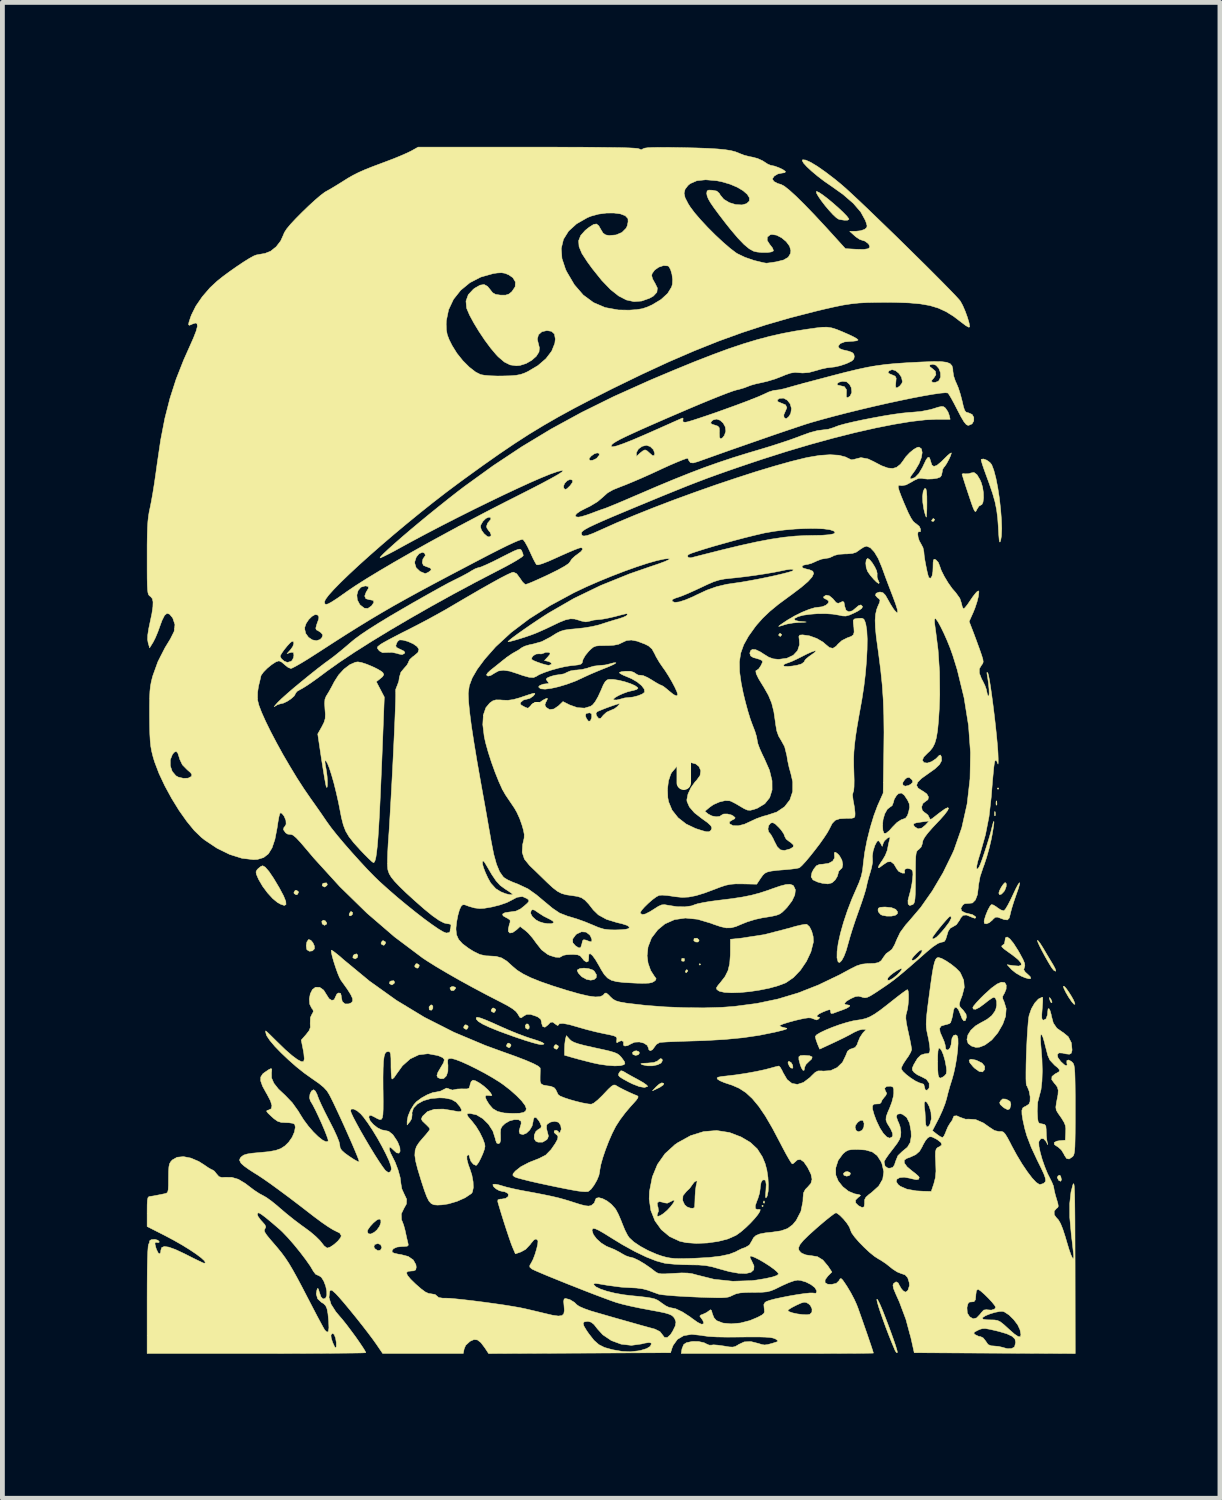
<source format=kicad_pcb>
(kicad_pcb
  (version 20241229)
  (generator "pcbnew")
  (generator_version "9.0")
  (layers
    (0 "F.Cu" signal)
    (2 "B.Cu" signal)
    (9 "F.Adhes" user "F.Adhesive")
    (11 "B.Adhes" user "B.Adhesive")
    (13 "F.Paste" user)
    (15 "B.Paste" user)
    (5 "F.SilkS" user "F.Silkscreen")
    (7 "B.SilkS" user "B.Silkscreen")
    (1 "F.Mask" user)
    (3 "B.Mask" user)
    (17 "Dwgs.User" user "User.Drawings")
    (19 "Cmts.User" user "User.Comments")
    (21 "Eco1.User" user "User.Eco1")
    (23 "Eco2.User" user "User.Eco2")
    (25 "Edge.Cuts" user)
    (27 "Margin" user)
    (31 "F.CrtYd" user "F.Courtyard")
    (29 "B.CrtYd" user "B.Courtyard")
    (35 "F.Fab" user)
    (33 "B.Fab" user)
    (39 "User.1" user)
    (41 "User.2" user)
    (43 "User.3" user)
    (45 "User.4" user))
  (footprint "juri"
    (layer "F.Cu")
    (at 9.625 12.514)
    (property "Reference" "juri" (at 0 0 0) (layer "F.SilkS") (effects (font (size 1.524 1.524) (thickness 0.3))))
    (attr through_hole)
    (fp_poly (pts (xy 1.873 4.461) (xy 1.857 4.477) (xy 1.841 4.461) (xy 1.857 4.445) (xy 1.873 4.461)) (stroke (width 0.01) (type solid)) (fill yes) (layer "F.SilkS"))
    (fp_poly (pts (xy 3.175 9.477) (xy 3.159 9.493) (xy 3.143 9.477) (xy 3.159 9.461) (xy 3.175 9.477)) (stroke (width 0.01) (type solid)) (fill yes) (layer "F.SilkS"))
    (fp_poly (pts (xy 8.065 0.81) (xy 8.049 0.826) (xy 8.033 0.81) (xy 8.049 0.794) (xy 8.065 0.81)) (stroke (width 0.01) (type solid)) (fill yes) (layer "F.SilkS"))
    (fp_poly (pts (xy 3.196 9.377) (xy 3.2 9.415) (xy 3.196 9.419) (xy 3.177 9.415) (xy 3.175 9.398) (xy 3.187 9.372) (xy 3.196 9.377)) (stroke (width 0.01) (type solid)) (fill yes) (layer "F.SilkS"))
    (fp_poly (pts (xy 7.99 1.294) (xy 7.994 1.359) (xy 7.99 1.373) (xy 7.979 1.377) (xy 7.974 1.333) (xy 7.979 1.288) (xy 7.99 1.294)) (stroke (width 0.01) (type solid)) (fill yes) (layer "F.SilkS"))
    (fp_poly (pts (xy 8.022 1.072) (xy 8.026 1.137) (xy 8.022 1.151) (xy 8.01 1.155) (xy 8.006 1.111) (xy 8.011 1.066) (xy 8.022 1.072)) (stroke (width 0.01) (type solid)) (fill yes) (layer "F.SilkS"))
    (fp_poly (pts (xy -5.352 3.386) (xy -5.359 3.427) (xy -5.393 3.454) (xy -5.424 3.445) (xy -5.424 3.415) (xy -5.399 3.37) (xy -5.382 3.364) (xy -5.352 3.386)) (stroke (width 0.01) (type solid)) (fill yes) (layer "F.SilkS"))
    (fp_poly (pts (xy 6.733 -4.776) (xy 6.715 -4.744) (xy 6.698 -4.736) (xy 6.671 -4.745) (xy 6.672 -4.761) (xy 6.699 -4.795) (xy 6.708 -4.797) (xy 6.733 -4.776)) (stroke (width 0.01) (type solid)) (fill yes) (layer "F.SilkS"))
    (fp_poly (pts (xy 9.148 5.186) (xy 9.169 5.238) (xy 9.167 5.258) (xy 9.145 5.247) (xy 9.132 5.222) (xy 9.114 5.161) (xy 9.121 5.149) (xy 9.148 5.186)) (stroke (width 0.01) (type solid)) (fill yes) (layer "F.SilkS"))
    (fp_poly (pts (xy -6.483 2.946) (xy -6.477 2.969) (xy -6.502 3.011) (xy -6.525 3.016) (xy -6.567 2.991) (xy -6.572 2.969) (xy -6.547 2.927) (xy -6.525 2.921) (xy -6.483 2.946)) (stroke (width 0.01) (type solid)) (fill yes) (layer "F.SilkS"))
    (fp_poly (pts (xy -5.919 3.558) (xy -5.89 3.602) (xy -5.892 3.623) (xy -5.936 3.65) (xy -5.982 3.623) (xy -5.985 3.619) (xy -5.993 3.568) (xy -5.962 3.543) (xy -5.919 3.558)) (stroke (width 0.01) (type solid)) (fill yes) (layer "F.SilkS"))
    (fp_poly (pts (xy -5.878 2.798) (xy -5.888 2.824) (xy -5.934 2.856) (xy -5.981 2.831) (xy -5.985 2.826) (xy -5.978 2.789) (xy -5.954 2.774) (xy -5.896 2.768) (xy -5.878 2.798)) (stroke (width 0.01) (type solid)) (fill yes) (layer "F.SilkS"))
    (fp_poly (pts (xy -5.245 4.272) (xy -5.255 4.318) (xy -5.3 4.348) (xy -5.345 4.325) (xy -5.348 4.322) (xy -5.342 4.281) (xy -5.321 4.257) (xy -5.272 4.242) (xy -5.245 4.272)) (stroke (width 0.01) (type solid)) (fill yes) (layer "F.SilkS"))
    (fp_poly (pts (xy -4.673 3.994) (xy -4.667 4.016) (xy -4.693 4.058) (xy -4.715 4.064) (xy -4.757 4.039) (xy -4.763 4.016) (xy -4.737 3.974) (xy -4.715 3.969) (xy -4.673 3.994)) (stroke (width 0.01) (type solid)) (fill yes) (layer "F.SilkS"))
    (fp_poly (pts (xy -4.481 4.83) (xy -4.491 4.856) (xy -4.537 4.888) (xy -4.584 4.863) (xy -4.588 4.858) (xy -4.581 4.821) (xy -4.557 4.806) (xy -4.499 4.8) (xy -4.481 4.83)) (stroke (width 0.01) (type solid)) (fill yes) (layer "F.SilkS"))
    (fp_poly (pts (xy -3.974 4.47) (xy -3.969 4.493) (xy -3.994 4.535) (xy -4.016 4.54) (xy -4.058 4.515) (xy -4.064 4.493) (xy -4.039 4.451) (xy -4.016 4.445) (xy -3.974 4.47)) (stroke (width 0.01) (type solid)) (fill yes) (layer "F.SilkS"))
    (fp_poly (pts (xy -3.687 5.326) (xy -3.687 5.374) (xy -3.713 5.412) (xy -3.753 5.408) (xy -3.762 5.398) (xy -3.766 5.345) (xy -3.732 5.306) (xy -3.713 5.302) (xy -3.687 5.326)) (stroke (width 0.01) (type solid)) (fill yes) (layer "F.SilkS"))
    (fp_poly (pts (xy -3.22 4.936) (xy -3.214 4.959) (xy -3.251 5.003) (xy -3.3 5.005) (xy -3.312 4.996) (xy -3.333 4.95) (xy -3.297 4.924) (xy -3.268 4.921) (xy -3.22 4.936)) (stroke (width 0.01) (type solid)) (fill yes) (layer "F.SilkS"))
    (fp_poly (pts (xy -2.958 5.74) (xy -2.953 5.763) (xy -2.978 5.805) (xy -3 5.81) (xy -3.042 5.785) (xy -3.048 5.763) (xy -3.023 5.721) (xy -3 5.715) (xy -2.958 5.74)) (stroke (width 0.01) (type solid)) (fill yes) (layer "F.SilkS"))
    (fp_poly (pts (xy -2.387 5.391) (xy -2.381 5.413) (xy -2.407 5.455) (xy -2.429 5.461) (xy -2.471 5.436) (xy -2.477 5.413) (xy -2.451 5.371) (xy -2.429 5.366) (xy -2.387 5.391)) (stroke (width 0.01) (type solid)) (fill yes) (layer "F.SilkS"))
    (fp_poly (pts (xy -2.069 6.121) (xy -2.064 6.144) (xy -2.089 6.186) (xy -2.111 6.191) (xy -2.153 6.166) (xy -2.159 6.144) (xy -2.134 6.102) (xy -2.111 6.096) (xy -2.069 6.121)) (stroke (width 0.01) (type solid)) (fill yes) (layer "F.SilkS"))
    (fp_poly (pts (xy -1.712 5.7) (xy -1.687 5.74) (xy -1.687 5.788) (xy -1.713 5.81) (xy -1.756 5.787) (xy -1.762 5.779) (xy -1.768 5.731) (xy -1.743 5.698) (xy -1.712 5.7)) (stroke (width 0.01) (type solid)) (fill yes) (layer "F.SilkS"))
    (fp_poly (pts (xy -1.085 6.153) (xy -1.079 6.175) (xy -1.105 6.217) (xy -1.127 6.223) (xy -1.169 6.198) (xy -1.175 6.175) (xy -1.149 6.133) (xy -1.127 6.128) (xy -1.085 6.153)) (stroke (width 0.01) (type solid)) (fill yes) (layer "F.SilkS"))
    (fp_poly (pts (xy 1.531 4.339) (xy 1.538 4.347) (xy 1.535 4.389) (xy 1.527 4.396) (xy 1.485 4.393) (xy 1.478 4.384) (xy 1.481 4.343) (xy 1.49 4.336) (xy 1.531 4.339)) (stroke (width 0.01) (type solid)) (fill yes) (layer "F.SilkS"))
    (fp_poly (pts (xy 1.608 4.591) (xy 1.603 4.604) (xy 1.575 4.634) (xy 1.57 4.636) (xy 1.556 4.611) (xy 1.556 4.604) (xy 1.58 4.573) (xy 1.589 4.572) (xy 1.608 4.591)) (stroke (width 0.01) (type solid)) (fill yes) (layer "F.SilkS"))
    (fp_poly (pts (xy 1.838 3.952) (xy 1.841 3.971) (xy 1.818 3.997) (xy 1.77 3.996) (xy 1.732 3.971) (xy 1.736 3.93) (xy 1.746 3.921) (xy 1.799 3.917) (xy 1.838 3.952)) (stroke (width 0.01) (type solid)) (fill yes) (layer "F.SilkS"))
    (fp_poly (pts (xy 3.555 -2.389) (xy 3.556 -2.381) (xy 3.532 -2.35) (xy 3.524 -2.349) (xy 3.493 -2.374) (xy 3.493 -2.381) (xy 3.517 -2.412) (xy 3.524 -2.413) (xy 3.555 -2.389)) (stroke (width 0.01) (type solid)) (fill yes) (layer "F.SilkS"))
    (fp_poly (pts (xy 9.352 8.868) (xy 9.366 8.934) (xy 9.35 8.965) (xy 9.313 8.949) (xy 9.305 8.94) (xy 9.278 8.886) (xy 9.297 8.852) (xy 9.332 8.837) (xy 9.352 8.868)) (stroke (width 0.01) (type solid)) (fill yes) (layer "F.SilkS"))
    (fp_poly (pts (xy 0.592 6.275) (xy 0.603 6.302) (xy 0.578 6.338) (xy 0.523 6.351) (xy 0.47 6.333) (xy 0.467 6.33) (xy 0.458 6.292) (xy 0.497 6.262) (xy 0.542 6.255) (xy 0.592 6.275)) (stroke (width 0.01) (type solid)) (fill yes) (layer "F.SilkS"))
    (fp_poly (pts (xy 1.109 6.933) (xy 1.097 6.964) (xy 1.035 7.008) (xy 0.992 7.03) (xy 0.873 7.086) (xy 0.95 7.004) (xy 1.013 6.948) (xy 1.065 6.922) (xy 1.069 6.921) (xy 1.109 6.933)) (stroke (width 0.01) (type solid)) (fill yes) (layer "F.SilkS"))
    (fp_poly (pts (xy 3.753 6.501) (xy 3.783 6.552) (xy 3.79 6.602) (xy 3.78 6.619) (xy 3.744 6.61) (xy 3.716 6.575) (xy 3.687 6.508) (xy 3.694 6.48) (xy 3.714 6.477) (xy 3.753 6.501)) (stroke (width 0.01) (type solid)) (fill yes) (layer "F.SilkS"))
    (fp_poly (pts (xy 4.974 8.783) (xy 4.985 8.811) (xy 4.959 8.847) (xy 4.905 8.859) (xy 4.852 8.841) (xy 4.848 8.838) (xy 4.84 8.8) (xy 4.879 8.77) (xy 4.923 8.763) (xy 4.974 8.783)) (stroke (width 0.01) (type solid)) (fill yes) (layer "F.SilkS"))
    (fp_poly (pts (xy -6.221 3.96) (xy -6.177 4.012) (xy -6.147 4.08) (xy -6.146 4.139) (xy -6.189 4.181) (xy -6.251 4.188) (xy -6.3 4.158) (xy -6.306 4.146) (xy -6.316 4.071) (xy -6.303 3.996) (xy -6.271 3.948) (xy -6.265 3.945) (xy -6.221 3.96)) (stroke (width 0.01) (type solid)) (fill yes) (layer "F.SilkS"))
    (fp_poly (pts (xy 7.575 6.446) (xy 7.604 6.455) (xy 7.718 6.511) (xy 7.772 6.579) (xy 7.769 6.647) (xy 7.727 6.694) (xy 7.658 6.684) (xy 7.565 6.618) (xy 7.533 6.587) (xy 7.463 6.503) (xy 7.448 6.45) (xy 7.486 6.43) (xy 7.575 6.446)) (stroke (width 0.01) (type solid)) (fill yes) (layer "F.SilkS"))
    (fp_poly (pts (xy 8.221 2.787) (xy 8.218 2.846) (xy 8.191 2.918) (xy 8.174 2.946) (xy 8.122 3.001) (xy 8.081 3.015) (xy 8.065 2.981) (xy 8.08 2.93) (xy 8.116 2.86) (xy 8.159 2.797) (xy 8.194 2.763) (xy 8.198 2.762) (xy 8.221 2.787)) (stroke (width 0.01) (type solid)) (fill yes) (layer "F.SilkS"))
    (fp_poly (pts (xy 8.202 7.258) (xy 8.234 7.269) (xy 8.298 7.306) (xy 8.315 7.364) (xy 8.313 7.387) (xy 8.292 7.461) (xy 8.25 7.479) (xy 8.179 7.443) (xy 8.15 7.421) (xy 8.094 7.369) (xy 8.083 7.33) (xy 8.104 7.293) (xy 8.145 7.255) (xy 8.202 7.258)) (stroke (width 0.01) (type solid)) (fill yes) (layer "F.SilkS"))
    (fp_poly (pts (xy -0.453 4.549) (xy -0.369 4.577) (xy -0.336 4.601) (xy -0.29 4.677) (xy -0.295 4.737) (xy -0.339 4.776) (xy -0.41 4.789) (xy -0.497 4.772) (xy -0.588 4.721) (xy -0.606 4.706) (xy -0.667 4.639) (xy -0.689 4.588) (xy -0.686 4.577) (xy -0.635 4.548) (xy -0.549 4.539) (xy -0.453 4.549)) (stroke (width 0.01) (type solid)) (fill yes) (layer "F.SilkS"))
    (fp_poly (pts (xy 5.836 3.283) (xy 5.924 3.318) (xy 5.963 3.37) (xy 5.959 3.409) (xy 5.917 3.441) (xy 5.835 3.459) (xy 5.738 3.459) (xy 5.647 3.442) (xy 5.612 3.426) (xy 5.565 3.371) (xy 5.556 3.332) (xy 5.565 3.294) (xy 5.604 3.276) (xy 5.686 3.27) (xy 5.709 3.27) (xy 5.836 3.283)) (stroke (width 0.01) (type solid)) (fill yes) (layer "F.SilkS"))
    (fp_poly (pts (xy 9.426 4.919) (xy 9.467 4.965) (xy 9.518 5.037) (xy 9.571 5.121) (xy 9.616 5.201) (xy 9.642 5.265) (xy 9.646 5.289) (xy 9.626 5.288) (xy 9.583 5.241) (xy 9.526 5.158) (xy 9.515 5.142) (xy 9.457 5.042) (xy 9.418 4.962) (xy 9.405 4.917) (xy 9.405 4.915) (xy 9.426 4.919)) (stroke (width 0.01) (type solid)) (fill yes) (layer "F.SilkS"))
    (fp_poly (pts (xy 1.072 6.427) (xy 1.079 6.462) (xy 1.051 6.51) (xy 0.978 6.546) (xy 0.877 6.567) (xy 0.767 6.567) (xy 0.665 6.546) (xy 0.651 6.54) (xy 0.632 6.525) (xy 0.667 6.515) (xy 0.762 6.511) (xy 0.766 6.511) (xy 0.9 6.499) (xy 0.977 6.469) (xy 0.984 6.461) (xy 1.037 6.418) (xy 1.072 6.427)) (stroke (width 0.01) (type solid)) (fill yes) (layer "F.SilkS"))
    (fp_poly (pts (xy 4.024 6.35) (xy 4.137 6.359) (xy 4.189 6.383) (xy 4.18 6.424) (xy 4.128 6.472) (xy 4.064 6.534) (xy 4.033 6.596) (xy 4.032 6.605) (xy 4.022 6.66) (xy 3.998 6.66) (xy 3.966 6.61) (xy 3.942 6.545) (xy 3.914 6.44) (xy 3.913 6.381) (xy 3.944 6.356) (xy 4.014 6.35) (xy 4.024 6.35)) (stroke (width 0.01) (type solid)) (fill yes) (layer "F.SilkS"))
    (fp_poly (pts (xy 6.552 -5.411) (xy 6.564 -5.36) (xy 6.571 -5.261) (xy 6.572 -5.13) (xy 6.571 -5) (xy 6.567 -4.898) (xy 6.562 -4.837) (xy 6.559 -4.826) (xy 6.545 -4.854) (xy 6.524 -4.926) (xy 6.508 -4.993) (xy 6.487 -5.129) (xy 6.482 -5.255) (xy 6.494 -5.355) (xy 6.52 -5.414) (xy 6.533 -5.422) (xy 6.552 -5.411)) (stroke (width 0.01) (type solid)) (fill yes) (layer "F.SilkS"))
    (fp_poly (pts (xy 8.885 3.974) (xy 8.926 4.029) (xy 8.982 4.117) (xy 8.992 4.134) (xy 9.065 4.258) (xy 9.139 4.382) (xy 9.192 4.469) (xy 9.233 4.545) (xy 9.248 4.594) (xy 9.242 4.604) (xy 9.202 4.58) (xy 9.164 4.532) (xy 9.096 4.42) (xy 9.026 4.297) (xy 8.961 4.176) (xy 8.908 4.071) (xy 8.874 3.995) (xy 8.866 3.963) (xy 8.885 3.974)) (stroke (width 0.01) (type solid)) (fill yes) (layer "F.SilkS"))
    (fp_poly (pts (xy 0.26 6.679) (xy 0.293 6.698) (xy 0.356 6.736) (xy 0.455 6.791) (xy 0.57 6.853) (xy 0.58 6.859) (xy 0.679 6.915) (xy 0.747 6.963) (xy 0.774 6.992) (xy 0.773 6.995) (xy 0.708 7.017) (xy 0.601 6.999) (xy 0.458 6.943) (xy 0.373 6.901) (xy 0.26 6.839) (xy 0.194 6.797) (xy 0.168 6.765) (xy 0.171 6.733) (xy 0.19 6.699) (xy 0.219 6.669) (xy 0.26 6.679)) (stroke (width 0.01) (type solid)) (fill yes) (layer "F.SilkS"))
    (fp_poly (pts (xy 5.384 -3.942) (xy 5.437 -3.877) (xy 5.489 -3.793) (xy 5.528 -3.711) (xy 5.54 -3.65) (xy 5.538 -3.642) (xy 5.538 -3.577) (xy 5.556 -3.524) (xy 5.583 -3.461) (xy 5.571 -3.447) (xy 5.524 -3.48) (xy 5.471 -3.533) (xy 5.401 -3.613) (xy 5.348 -3.688) (xy 5.338 -3.705) (xy 5.311 -3.784) (xy 5.303 -3.869) (xy 5.312 -3.937) (xy 5.339 -3.968) (xy 5.342 -3.969) (xy 5.384 -3.942)) (stroke (width 0.01) (type solid)) (fill yes) (layer "F.SilkS"))
    (fp_poly (pts (xy -7.168 2.442) (xy -7.092 2.529) (xy -6.995 2.672) (xy -6.876 2.871) (xy -6.873 2.877) (xy -6.787 3.038) (xy -6.741 3.152) (xy -6.736 3.218) (xy -6.771 3.238) (xy -6.847 3.212) (xy -6.911 3.177) (xy -7.01 3.096) (xy -7.119 2.977) (xy -7.222 2.839) (xy -7.303 2.7) (xy -7.315 2.674) (xy -7.351 2.59) (xy -7.359 2.541) (xy -7.341 2.503) (xy -7.318 2.476) (xy -7.261 2.429) (xy -7.22 2.413) (xy -7.168 2.442)) (stroke (width 0.01) (type solid)) (fill yes) (layer "F.SilkS"))
    (fp_poly (pts (xy 4.331 -11.568) (xy 4.412 -11.514) (xy 4.514 -11.436) (xy 4.626 -11.343) (xy 4.737 -11.245) (xy 4.836 -11.152) (xy 4.91 -11.075) (xy 4.95 -11.022) (xy 4.953 -11.011) (xy 4.926 -10.992) (xy 4.857 -10.991) (xy 4.768 -11.005) (xy 4.74 -11.012) (xy 4.692 -11.043) (xy 4.623 -11.107) (xy 4.544 -11.193) (xy 4.461 -11.291) (xy 4.385 -11.39) (xy 4.323 -11.479) (xy 4.283 -11.548) (xy 4.275 -11.585) (xy 4.283 -11.589) (xy 4.331 -11.568)) (stroke (width 0.01) (type solid)) (fill yes) (layer "F.SilkS"))
    (fp_poly (pts (xy 5.566 11.456) (xy 5.569 11.462) (xy 5.605 11.537) (xy 5.653 11.651) (xy 5.708 11.791) (xy 5.767 11.945) (xy 5.825 12.102) (xy 5.878 12.25) (xy 5.921 12.376) (xy 5.949 12.469) (xy 5.96 12.517) (xy 5.959 12.52) (xy 5.939 12.523) (xy 5.911 12.478) (xy 5.844 12.318) (xy 5.777 12.151) (xy 5.714 11.986) (xy 5.657 11.828) (xy 5.607 11.686) (xy 5.568 11.566) (xy 5.542 11.475) (xy 5.531 11.422) (xy 5.539 11.413) (xy 5.566 11.456)) (stroke (width 0.01) (type solid)) (fill yes) (layer "F.SilkS"))
    (fp_poly (pts (xy -2.703 5.573) (xy -2.606 5.609) (xy -2.464 5.669) (xy -2.3 5.743) (xy -2.126 5.82) (xy -1.949 5.893) (xy -1.788 5.954) (xy -1.662 5.997) (xy -1.651 6) (xy -1.505 6.047) (xy -1.413 6.083) (xy -1.377 6.11) (xy -1.398 6.124) (xy -1.446 6.126) (xy -1.508 6.115) (xy -1.616 6.086) (xy -1.759 6.043) (xy -1.923 5.988) (xy -2.025 5.953) (xy -2.292 5.856) (xy -2.499 5.773) (xy -2.649 5.703) (xy -2.743 5.645) (xy -2.785 5.598) (xy -2.786 5.596) (xy -2.787 5.569) (xy -2.762 5.56) (xy -2.703 5.573)) (stroke (width 0.01) (type solid)) (fill yes) (layer "F.SilkS"))
    (fp_poly (pts (xy 4.728 2.174) (xy 4.76 2.211) (xy 4.807 2.297) (xy 4.824 2.387) (xy 4.81 2.458) (xy 4.778 2.488) (xy 4.738 2.531) (xy 4.731 2.566) (xy 4.712 2.633) (xy 4.666 2.709) (xy 4.665 2.71) (xy 4.6 2.768) (xy 4.516 2.79) (xy 4.4 2.777) (xy 4.302 2.751) (xy 4.206 2.706) (xy 4.168 2.643) (xy 4.185 2.554) (xy 4.222 2.484) (xy 4.277 2.414) (xy 4.342 2.385) (xy 4.406 2.381) (xy 4.528 2.364) (xy 4.615 2.318) (xy 4.655 2.25) (xy 4.653 2.203) (xy 4.649 2.142) (xy 4.676 2.133) (xy 4.728 2.174)) (stroke (width 0.01) (type solid)) (fill yes) (layer "F.SilkS"))
    (fp_poly (pts (xy 7.611 -5.708) (xy 7.673 -5.605) (xy 7.698 -5.548) (xy 7.728 -5.448) (xy 7.745 -5.335) (xy 7.748 -5.226) (xy 7.737 -5.137) (xy 7.713 -5.086) (xy 7.698 -5.08) (xy 7.652 -5.053) (xy 7.611 -4.989) (xy 7.61 -4.987) (xy 7.593 -4.952) (xy 7.578 -4.94) (xy 7.559 -4.959) (xy 7.534 -5.014) (xy 7.497 -5.115) (xy 7.446 -5.267) (xy 7.436 -5.297) (xy 7.386 -5.447) (xy 7.345 -5.574) (xy 7.316 -5.668) (xy 7.302 -5.717) (xy 7.302 -5.72) (xy 7.328 -5.73) (xy 7.363 -5.725) (xy 7.439 -5.727) (xy 7.486 -5.743) (xy 7.55 -5.753) (xy 7.611 -5.708)) (stroke (width 0.01) (type solid)) (fill yes) (layer "F.SilkS"))
    (fp_poly (pts (xy 7.814 -6.009) (xy 7.881 -5.96) (xy 7.918 -5.913) (xy 7.962 -5.797) (xy 8.005 -5.633) (xy 8.044 -5.435) (xy 8.077 -5.217) (xy 8.102 -4.995) (xy 8.119 -4.78) (xy 8.126 -4.589) (xy 8.119 -4.434) (xy 8.105 -4.35) (xy 8.092 -4.311) (xy 8.082 -4.31) (xy 8.073 -4.353) (xy 8.065 -4.446) (xy 8.056 -4.597) (xy 8.056 -4.604) (xy 8.042 -4.802) (xy 8.02 -4.975) (xy 7.987 -5.14) (xy 7.937 -5.315) (xy 7.868 -5.518) (xy 7.81 -5.676) (xy 7.761 -5.811) (xy 7.723 -5.922) (xy 7.701 -5.998) (xy 7.698 -6.026) (xy 7.746 -6.034) (xy 7.814 -6.009)) (stroke (width 0.01) (type solid)) (fill yes) (layer "F.SilkS"))
    (fp_poly (pts (xy -0.846 6.018) (xy -0.808 6.052) (xy -0.75 6.082) (xy -0.662 6.112) (xy -0.534 6.146) (xy -0.356 6.186) (xy -0.315 6.195) (xy -0.135 6.234) (xy -0.006 6.265) (xy 0.083 6.291) (xy 0.144 6.318) (xy 0.187 6.349) (xy 0.224 6.388) (xy 0.237 6.405) (xy 0.29 6.478) (xy 0.301 6.52) (xy 0.282 6.544) (xy 0.208 6.564) (xy 0.088 6.569) (xy -0.064 6.558) (xy -0.233 6.534) (xy -0.365 6.506) (xy -0.512 6.469) (xy -0.66 6.431) (xy -0.779 6.398) (xy -0.786 6.396) (xy -0.953 6.348) (xy -0.952 6.214) (xy -0.947 6.111) (xy -0.936 6.025) (xy -0.933 6.011) (xy -0.914 5.941) (xy -0.846 6.018)) (stroke (width 0.01) (type solid)) (fill yes) (layer "F.SilkS"))
    (fp_poly (pts (xy 8.294 3.931) (xy 8.371 4.025) (xy 8.466 4.174) (xy 8.503 4.239) (xy 8.567 4.358) (xy 8.6 4.438) (xy 8.606 4.492) (xy 8.596 4.522) (xy 8.583 4.573) (xy 8.614 4.621) (xy 8.648 4.651) (xy 8.716 4.715) (xy 8.73 4.752) (xy 8.694 4.761) (xy 8.612 4.739) (xy 8.525 4.702) (xy 8.423 4.643) (xy 8.333 4.571) (xy 8.319 4.556) (xy 8.239 4.468) (xy 8.372 4.488) (xy 8.481 4.496) (xy 8.532 4.476) (xy 8.527 4.431) (xy 8.466 4.361) (xy 8.349 4.267) (xy 8.272 4.212) (xy 8.173 4.14) (xy 8.126 4.094) (xy 8.13 4.072) (xy 8.136 4.07) (xy 8.182 4.032) (xy 8.191 3.984) (xy 8.203 3.909) (xy 8.238 3.892) (xy 8.294 3.931)) (stroke (width 0.01) (type solid)) (fill yes) (layer "F.SilkS"))
    (fp_poly (pts (xy 4.079 3.63) (xy 4.134 3.68) (xy 4.18 3.772) (xy 4.21 3.884) (xy 4.215 3.994) (xy 4.213 4.005) (xy 4.163 4.202) (xy 4.07 4.399) (xy 3.946 4.582) (xy 3.801 4.734) (xy 3.646 4.841) (xy 3.629 4.849) (xy 3.479 4.905) (xy 3.299 4.955) (xy 3.1 4.995) (xy 2.896 5.026) (xy 2.698 5.045) (xy 2.519 5.051) (xy 2.371 5.043) (xy 2.267 5.02) (xy 2.238 5.004) (xy 2.205 4.975) (xy 2.203 4.945) (xy 2.235 4.897) (xy 2.283 4.84) (xy 2.38 4.715) (xy 2.442 4.59) (xy 2.477 4.447) (xy 2.49 4.265) (xy 2.491 4.216) (xy 2.492 3.94) (xy 2.699 3.919) (xy 3.195 3.843) (xy 3.697 3.713) (xy 3.704 3.711) (xy 3.842 3.671) (xy 3.961 3.643) (xy 4.046 3.629) (xy 4.079 3.63)) (stroke (width 0.01) (type solid)) (fill yes) (layer "F.SilkS"))
    (fp_poly (pts (xy 8.497 2.792) (xy 8.474 2.878) (xy 8.424 3.021) (xy 8.419 3.035) (xy 8.373 3.169) (xy 8.334 3.295) (xy 8.308 3.391) (xy 8.306 3.404) (xy 8.282 3.498) (xy 8.244 3.538) (xy 8.177 3.531) (xy 8.116 3.508) (xy 8.039 3.48) (xy 7.993 3.482) (xy 7.948 3.521) (xy 7.932 3.54) (xy 7.867 3.595) (xy 7.806 3.619) (xy 7.804 3.619) (xy 7.764 3.608) (xy 7.76 3.562) (xy 7.766 3.532) (xy 7.796 3.436) (xy 7.837 3.336) (xy 7.88 3.257) (xy 7.91 3.22) (xy 7.95 3.227) (xy 8.015 3.267) (xy 8.034 3.283) (xy 8.106 3.33) (xy 8.164 3.348) (xy 8.173 3.346) (xy 8.204 3.312) (xy 8.252 3.232) (xy 8.31 3.12) (xy 8.354 3.027) (xy 8.423 2.881) (xy 8.471 2.793) (xy 8.496 2.764) (xy 8.497 2.792)) (stroke (width 0.01) (type solid)) (fill yes) (layer "F.SilkS"))
    (fp_poly (pts (xy 0.115 -1.801) (xy 0.095 -1.783) (xy 0.028 -1.749) (xy -0.075 -1.705) (xy -0.132 -1.683) (xy -0.279 -1.623) (xy -0.429 -1.559) (xy -0.553 -1.502) (xy -0.571 -1.493) (xy -0.733 -1.419) (xy -0.905 -1.356) (xy -1.075 -1.305) (xy -1.23 -1.27) (xy -1.356 -1.254) (xy -1.442 -1.261) (xy -1.46 -1.27) (xy -1.492 -1.3) (xy -1.467 -1.329) (xy -1.46 -1.333) (xy -1.392 -1.358) (xy -1.335 -1.365) (xy -1.284 -1.371) (xy -1.288 -1.395) (xy -1.295 -1.403) (xy -1.329 -1.448) (xy -1.333 -1.464) (xy -1.306 -1.49) (xy -1.237 -1.519) (xy -1.149 -1.543) (xy -1.064 -1.555) (xy -1.049 -1.556) (xy -0.96 -1.573) (xy -0.903 -1.602) (xy -0.833 -1.632) (xy -0.734 -1.649) (xy -0.705 -1.65) (xy -0.587 -1.663) (xy -0.471 -1.692) (xy -0.455 -1.699) (xy -0.344 -1.732) (xy -0.229 -1.746) (xy -0.223 -1.746) (xy -0.111 -1.756) (xy -0.005 -1.781) (xy -0.003 -1.782) (xy 0.07 -1.801) (xy 0.113 -1.802) (xy 0.115 -1.801)) (stroke (width 0.01) (type solid)) (fill yes) (layer "F.SilkS"))
    (fp_poly (pts (xy 8.184 4.838) (xy 8.19 4.841) (xy 8.219 4.892) (xy 8.217 4.973) (xy 8.183 5.058) (xy 8.174 5.072) (xy 8.144 5.127) (xy 8.148 5.179) (xy 8.174 5.236) (xy 8.218 5.379) (xy 8.206 5.538) (xy 8.148 5.701) (xy 8.044 5.882) (xy 7.919 6.03) (xy 7.785 6.13) (xy 7.766 6.14) (xy 7.667 6.179) (xy 7.59 6.185) (xy 7.503 6.159) (xy 7.502 6.159) (xy 7.428 6.103) (xy 7.403 6.022) (xy 7.423 5.927) (xy 7.484 5.829) (xy 7.581 5.739) (xy 7.674 5.683) (xy 7.82 5.603) (xy 7.919 5.525) (xy 7.983 5.436) (xy 8.002 5.396) (xy 8.022 5.309) (xy 8.019 5.224) (xy 7.995 5.162) (xy 7.963 5.144) (xy 7.92 5.163) (xy 7.848 5.213) (xy 7.775 5.271) (xy 7.666 5.352) (xy 7.585 5.393) (xy 7.536 5.389) (xy 7.525 5.358) (xy 7.546 5.321) (xy 7.605 5.251) (xy 7.69 5.161) (xy 7.763 5.089) (xy 7.912 4.954) (xy 8.029 4.869) (xy 8.118 4.831) (xy 8.184 4.838)) (stroke (width 0.01) (type solid)) (fill yes) (layer "F.SilkS"))
    (fp_poly (pts (xy 4.548 -3.191) (xy 4.619 -3.132) (xy 4.635 -3.112) (xy 4.688 -3.05) (xy 4.731 -3.036) (xy 4.763 -3.048) (xy 4.821 -3.075) (xy 4.849 -3.062) (xy 4.861 -3) (xy 4.864 -2.977) (xy 4.892 -2.892) (xy 4.95 -2.86) (xy 5.026 -2.881) (xy 5.094 -2.938) (xy 5.153 -2.988) (xy 5.2 -3.003) (xy 5.205 -3.001) (xy 5.236 -2.968) (xy 5.218 -2.93) (xy 5.148 -2.881) (xy 5.066 -2.838) (xy 4.963 -2.792) (xy 4.889 -2.772) (xy 4.818 -2.775) (xy 4.75 -2.79) (xy 4.619 -2.812) (xy 4.466 -2.822) (xy 4.303 -2.821) (xy 4.145 -2.809) (xy 4.004 -2.789) (xy 3.895 -2.76) (xy 3.829 -2.725) (xy 3.818 -2.709) (xy 3.839 -2.681) (xy 3.92 -2.662) (xy 3.959 -2.659) (xy 4.04 -2.652) (xy 4.066 -2.648) (xy 4.035 -2.644) (xy 3.945 -2.64) (xy 3.921 -2.64) (xy 3.793 -2.628) (xy 3.671 -2.607) (xy 3.612 -2.59) (xy 3.537 -2.566) (xy 3.496 -2.557) (xy 3.493 -2.559) (xy 3.517 -2.58) (xy 3.582 -2.625) (xy 3.672 -2.685) (xy 3.675 -2.687) (xy 3.824 -2.774) (xy 3.979 -2.851) (xy 4.125 -2.91) (xy 4.245 -2.946) (xy 4.3 -2.953) (xy 4.397 -2.965) (xy 4.475 -2.997) (xy 4.523 -3.039) (xy 4.533 -3.081) (xy 4.494 -3.115) (xy 4.474 -3.122) (xy 4.429 -3.148) (xy 4.428 -3.173) (xy 4.479 -3.206) (xy 4.548 -3.191)) (stroke (width 0.01) (type solid)) (fill yes) (layer "F.SilkS"))
    (fp_poly (pts (xy -5.166 -1.806) (xy -5.057 -1.77) (xy -4.937 -1.72) (xy -4.827 -1.666) (xy -4.747 -1.616) (xy -4.724 -1.595) (xy -4.706 -1.556) (xy -4.731 -1.514) (xy -4.773 -1.478) (xy -4.861 -1.408) (xy -4.778 -1.249) (xy -4.695 -1.09) (xy -4.729 -0.204) (xy -4.748 0.274) (xy -4.766 0.691) (xy -4.782 1.052) (xy -4.797 1.361) (xy -4.812 1.62) (xy -4.826 1.833) (xy -4.84 2.004) (xy -4.855 2.136) (xy -4.869 2.233) (xy -4.885 2.299) (xy -4.901 2.336) (xy -4.919 2.349) (xy -4.921 2.349) (xy -4.951 2.328) (xy -5.015 2.269) (xy -5.103 2.181) (xy -5.189 2.091) (xy -5.327 1.939) (xy -5.427 1.812) (xy -5.497 1.694) (xy -5.546 1.566) (xy -5.585 1.413) (xy -5.604 1.315) (xy -5.646 1.101) (xy -5.693 0.893) (xy -5.741 0.699) (xy -5.79 0.528) (xy -5.835 0.388) (xy -5.875 0.287) (xy -5.907 0.234) (xy -5.925 0.231) (xy -5.927 0.268) (xy -5.916 0.344) (xy -5.907 0.385) (xy -5.893 0.469) (xy -5.882 0.563) (xy -5.877 0.656) (xy -5.877 0.732) (xy -5.882 0.78) (xy -5.893 0.787) (xy -5.903 0.762) (xy -5.915 0.704) (xy -5.935 0.596) (xy -5.959 0.451) (xy -5.986 0.282) (xy -6.002 0.18) (xy -6.077 -0.323) (xy -5.992 -0.474) (xy -5.946 -0.565) (xy -5.923 -0.642) (xy -5.919 -0.733) (xy -5.927 -0.836) (xy -5.934 -0.959) (xy -5.928 -1.042) (xy -5.904 -1.104) (xy -5.886 -1.133) (xy -5.84 -1.209) (xy -5.781 -1.316) (xy -5.731 -1.412) (xy -5.643 -1.549) (xy -5.532 -1.67) (xy -5.411 -1.762) (xy -5.295 -1.813) (xy -5.243 -1.82) (xy -5.166 -1.806)) (stroke (width 0.01) (type solid)) (fill yes) (layer "F.SilkS"))
    (fp_poly (pts (xy -1.862 -4.154) (xy -1.845 -4.133) (xy -1.843 -4.13) (xy -1.816 -4.061) (xy -1.81 -4.026) (xy -1.838 -3.999) (xy -1.913 -3.95) (xy -2.027 -3.882) (xy -2.172 -3.802) (xy -2.339 -3.715) (xy -2.34 -3.715) (xy -2.803 -3.474) (xy -3.264 -3.227) (xy -3.718 -2.976) (xy -4.156 -2.726) (xy -4.573 -2.481) (xy -4.961 -2.245) (xy -5.313 -2.022) (xy -5.622 -1.816) (xy -5.883 -1.631) (xy -5.933 -1.593) (xy -6.077 -1.486) (xy -6.213 -1.389) (xy -6.328 -1.312) (xy -6.41 -1.262) (xy -6.433 -1.251) (xy -6.504 -1.21) (xy -6.539 -1.167) (xy -6.54 -1.16) (xy -6.566 -1.113) (xy -6.631 -1.055) (xy -6.713 -1) (xy -6.794 -0.962) (xy -6.839 -0.953) (xy -6.91 -0.933) (xy -6.967 -0.898) (xy -6.982 -0.889) (xy -6.959 -0.92) (xy -6.906 -0.98) (xy -6.829 -1.055) (xy -6.713 -1.159) (xy -6.569 -1.283) (xy -6.407 -1.417) (xy -6.24 -1.553) (xy -6.078 -1.682) (xy -5.933 -1.793) (xy -5.842 -1.859) (xy -5.74 -1.935) (xy -5.612 -2.038) (xy -5.478 -2.15) (xy -5.412 -2.207) (xy -5.306 -2.295) (xy -5.176 -2.39) (xy -5.015 -2.498) (xy -4.817 -2.623) (xy -4.575 -2.77) (xy -4.327 -2.915) (xy -4.105 -3.044) (xy -3.888 -3.167) (xy -3.685 -3.281) (xy -3.507 -3.38) (xy -3.363 -3.458) (xy -3.262 -3.509) (xy -3.249 -3.516) (xy -3.119 -3.58) (xy -2.998 -3.644) (xy -2.907 -3.696) (xy -2.893 -3.706) (xy -2.811 -3.752) (xy -2.743 -3.777) (xy -2.731 -3.778) (xy -2.684 -3.792) (xy -2.593 -3.831) (xy -2.47 -3.888) (xy -2.326 -3.959) (xy -2.276 -3.985) (xy -2.118 -4.065) (xy -2.007 -4.12) (xy -1.933 -4.15) (xy -1.888 -4.161) (xy -1.862 -4.154)) (stroke (width 0.01) (type solid)) (fill yes) (layer "F.SilkS"))
    (fp_poly (pts (xy 2.474 7.953) (xy 2.714 8.045) (xy 2.907 8.159) (xy 3.049 8.292) (xy 3.155 8.458) (xy 3.212 8.596) (xy 3.248 8.729) (xy 3.271 8.882) (xy 3.28 9.035) (xy 3.276 9.171) (xy 3.256 9.269) (xy 3.247 9.287) (xy 3.229 9.31) (xy 3.221 9.288) (xy 3.224 9.214) (xy 3.229 9.156) (xy 3.235 9.031) (xy 3.224 8.959) (xy 3.207 8.938) (xy 3.161 8.937) (xy 3.128 8.99) (xy 3.112 9.089) (xy 3.111 9.112) (xy 3.097 9.211) (xy 3.062 9.326) (xy 3.047 9.362) (xy 3.008 9.471) (xy 3.01 9.534) (xy 3.054 9.552) (xy 3.083 9.547) (xy 3.112 9.553) (xy 3.102 9.593) (xy 3.06 9.659) (xy 2.992 9.742) (xy 2.907 9.834) (xy 2.812 9.926) (xy 2.715 10.01) (xy 2.622 10.078) (xy 2.602 10.09) (xy 2.44 10.162) (xy 2.237 10.214) (xy 2.012 10.246) (xy 1.785 10.255) (xy 1.576 10.24) (xy 1.44 10.21) (xy 1.23 10.113) (xy 1.057 9.969) (xy 0.925 9.786) (xy 0.881 9.674) (xy 0.967 9.674) (xy 0.985 9.694) (xy 1.033 9.679) (xy 1.102 9.635) (xy 1.182 9.566) (xy 1.252 9.49) (xy 1.312 9.41) (xy 1.33 9.364) (xy 1.327 9.363) (xy 1.499 9.363) (xy 1.542 9.454) (xy 1.592 9.497) (xy 1.658 9.522) (xy 1.718 9.526) (xy 1.748 9.504) (xy 1.749 9.501) (xy 1.751 9.459) (xy 1.755 9.373) (xy 1.758 9.271) (xy 1.766 9.154) (xy 1.78 9.056) (xy 1.793 9.005) (xy 1.801 8.962) (xy 1.778 8.957) (xy 1.739 8.984) (xy 1.7 9.036) (xy 1.696 9.042) (xy 1.647 9.11) (xy 1.577 9.177) (xy 1.507 9.264) (xy 1.499 9.363) (xy 1.327 9.363) (xy 1.306 9.358) (xy 1.253 9.386) (xy 1.181 9.42) (xy 1.114 9.411) (xy 1.089 9.401) (xy 1.012 9.385) (xy 0.972 9.415) (xy 0.979 9.48) (xy 0.988 9.499) (xy 0.999 9.583) (xy 0.986 9.616) (xy 0.967 9.674) (xy 0.881 9.674) (xy 0.84 9.571) (xy 0.805 9.333) (xy 0.811 9.176) (xy 0.87 8.875) (xy 0.977 8.615) (xy 1.133 8.393) (xy 1.34 8.204) (xy 1.397 8.165) (xy 1.666 8.017) (xy 1.936 7.933) (xy 2.205 7.911) (xy 2.474 7.953)) (stroke (width 0.01) (type solid)) (fill yes) (layer "F.SilkS"))
    (fp_poly (pts (xy -5.767 4.179) (xy -5.703 4.227) (xy -5.613 4.3) (xy -5.55 4.356) (xy -5.002 4.809) (xy -4.443 5.208) (xy -3.862 5.56) (xy -3.249 5.871) (xy -2.594 6.146) (xy -2.254 6.27) (xy -1.977 6.369) (xy -1.758 6.453) (xy -1.598 6.522) (xy -1.498 6.575) (xy -1.458 6.613) (xy -1.458 6.616) (xy -1.457 6.667) (xy -1.459 6.756) (xy -1.46 6.801) (xy -1.46 6.887) (xy -1.442 6.939) (xy -1.395 6.967) (xy -1.304 6.984) (xy -1.241 6.992) (xy -1.171 7.02) (xy -1.138 7.056) (xy -1.1 7.135) (xy -1.085 7.166) (xy -1.045 7.195) (xy -0.959 7.23) (xy -0.842 7.269) (xy -0.71 7.306) (xy -0.578 7.338) (xy -0.463 7.359) (xy -0.398 7.365) (xy -0.345 7.342) (xy -0.263 7.277) (xy -0.161 7.178) (xy -0.137 7.152) (xy -0.041 7.051) (xy 0.024 6.991) (xy 0.068 6.966) (xy 0.101 6.967) (xy 0.119 6.978) (xy 0.18 7.014) (xy 0.279 7.065) (xy 0.392 7.119) (xy 0.498 7.166) (xy 0.551 7.186) (xy 0.574 7.202) (xy 0.571 7.231) (xy 0.535 7.283) (xy 0.462 7.365) (xy 0.418 7.413) (xy 0.31 7.54) (xy 0.201 7.685) (xy 0.115 7.818) (xy 0.107 7.832) (xy 0.036 7.972) (xy -0.036 8.137) (xy -0.103 8.312) (xy -0.16 8.48) (xy -0.201 8.627) (xy -0.221 8.737) (xy -0.222 8.759) (xy -0.239 8.843) (xy -0.281 8.944) (xy -0.339 9.045) (xy -0.401 9.128) (xy -0.458 9.175) (xy -0.474 9.179) (xy -0.527 9.181) (xy -0.591 9.177) (xy -0.673 9.167) (xy -0.784 9.148) (xy -0.932 9.12) (xy -1.126 9.081) (xy -1.311 9.042) (xy -1.506 9) (xy -1.681 8.96) (xy -1.827 8.923) (xy -1.934 8.894) (xy -1.99 8.873) (xy -1.994 8.871) (xy -2.026 8.84) (xy -2.02 8.807) (xy -1.974 8.753) (xy -1.86 8.663) (xy -1.69 8.574) (xy -1.482 8.492) (xy -1.343 8.421) (xy -1.234 8.309) (xy -1.232 8.307) (xy -1.146 8.182) (xy -1.098 8.095) (xy -1.088 8.038) (xy -1.111 8.002) (xy -1.121 7.996) (xy -1.167 7.954) (xy -1.167 7.918) (xy -1.127 7.906) (xy -1.085 7.926) (xy -1.079 7.944) (xy -1.068 7.965) (xy -1.045 7.948) (xy -1.02 7.884) (xy -1.032 7.805) (xy -1.075 7.743) (xy -1.083 7.738) (xy -1.156 7.72) (xy -1.241 7.735) (xy -1.307 7.775) (xy -1.324 7.8) (xy -1.327 7.865) (xy -1.308 7.948) (xy -1.307 7.948) (xy -1.287 8.025) (xy -1.304 8.078) (xy -1.323 8.102) (xy -1.406 8.152) (xy -1.504 8.152) (xy -1.55 8.132) (xy -1.583 8.079) (xy -1.58 8.003) (xy -1.547 7.93) (xy -1.5 7.89) (xy -1.446 7.859) (xy -1.434 7.818) (xy -1.461 7.751) (xy -1.483 7.712) (xy -1.537 7.645) (xy -1.579 7.637) (xy -1.602 7.687) (xy -1.605 7.721) (xy -1.626 7.816) (xy -1.676 7.901) (xy -1.743 7.965) (xy -1.814 7.995) (xy -1.875 7.98) (xy -1.881 7.974) (xy -1.896 7.922) (xy -1.875 7.846) (xy -1.853 7.77) (xy -1.856 7.718) (xy -1.856 7.717) (xy -1.909 7.686) (xy -1.995 7.685) (xy -2.094 7.711) (xy -2.183 7.762) (xy -2.19 7.767) (xy -2.25 7.825) (xy -2.278 7.88) (xy -2.284 7.961) (xy -2.282 8.013) (xy -2.281 8.114) (xy -2.295 8.167) (xy -2.323 8.185) (xy -2.361 8.171) (xy -2.386 8.104) (xy -2.392 8.074) (xy -2.441 7.921) (xy -2.531 7.781) (xy -2.649 7.664) (xy -2.781 7.585) (xy -2.915 7.556) (xy -2.965 7.561) (xy -2.978 7.582) (xy -2.952 7.628) (xy -2.883 7.708) (xy -2.87 7.723) (xy -2.789 7.828) (xy -2.712 7.954) (xy -2.65 8.081) (xy -2.611 8.189) (xy -2.604 8.239) (xy -2.617 8.303) (xy -2.649 8.392) (xy -2.692 8.488) (xy -2.736 8.573) (xy -2.775 8.626) (xy -2.79 8.636) (xy -2.846 8.61) (xy -2.897 8.549) (xy -2.921 8.48) (xy -2.921 8.475) (xy -2.935 8.425) (xy -2.953 8.414) (xy -2.98 8.44) (xy -2.979 8.513) (xy -2.95 8.623) (xy -2.923 8.694) (xy -2.877 8.835) (xy -2.851 8.976) (xy -2.847 9.099) (xy -2.866 9.189) (xy -2.886 9.219) (xy -3.017 9.307) (xy -3.186 9.382) (xy -3.368 9.435) (xy -3.496 9.454) (xy -3.591 9.459) (xy -3.664 9.453) (xy -3.72 9.428) (xy -3.768 9.376) (xy -3.812 9.289) (xy -3.861 9.159) (xy -3.92 8.979) (xy -3.938 8.921) (xy -4.002 8.711) (xy -4.043 8.55) (xy -4.061 8.426) (xy -4.055 8.326) (xy -4.026 8.241) (xy -3.971 8.158) (xy -3.905 8.08) (xy -3.829 7.993) (xy -3.772 7.922) (xy -3.747 7.883) (xy -3.747 7.881) (xy -3.768 7.846) (xy -3.823 7.79) (xy -3.845 7.77) (xy -3.906 7.711) (xy -3.925 7.671) (xy -3.907 7.627) (xy -3.898 7.612) (xy -3.799 7.518) (xy -3.657 7.47) (xy -3.469 7.466) (xy -3.273 7.498) (xy -3.16 7.519) (xy -3.1 7.514) (xy -3.09 7.48) (xy -3.124 7.415) (xy -3.203 7.321) (xy -3.302 7.264) (xy -3.436 7.237) (xy -3.549 7.232) (xy -3.727 7.247) (xy -3.882 7.291) (xy -4.006 7.359) (xy -4.089 7.445) (xy -4.121 7.542) (xy -4.118 7.581) (xy -4.128 7.665) (xy -4.162 7.725) (xy -4.221 7.795) (xy -4.221 7.715) (xy -4.201 7.609) (xy -4.15 7.486) (xy -4.08 7.372) (xy -4.029 7.314) (xy -3.924 7.236) (xy -3.804 7.169) (xy -3.69 7.124) (xy -3.619 7.112) (xy -3.53 7.094) (xy -3.466 7.062) (xy -3.404 7.03) (xy -3.356 7.044) (xy -3.349 7.049) (xy -3.281 7.071) (xy -3.247 7.064) (xy -3.18 7.05) (xy -3.084 7.046) (xy -3.058 7.047) (xy -2.974 7.047) (xy -2.934 7.03) (xy -2.918 6.984) (xy -2.915 6.964) (xy -2.891 6.893) (xy -2.854 6.865) (xy -2.8 6.879) (xy -2.718 6.925) (xy -2.627 6.991) (xy -2.544 7.065) (xy -2.487 7.132) (xy -2.46 7.18) (xy -2.48 7.19) (xy -2.523 7.183) (xy -2.582 7.182) (xy -2.6 7.211) (xy -2.574 7.278) (xy -2.52 7.366) (xy -2.442 7.457) (xy -2.343 7.515) (xy -2.208 7.547) (xy -2.027 7.556) (xy -1.888 7.552) (xy -1.801 7.535) (xy -1.758 7.504) (xy -1.746 7.456) (xy -1.771 7.39) (xy -1.841 7.297) (xy -1.946 7.189) (xy -2.076 7.073) (xy -2.224 6.958) (xy -2.302 6.904) (xy -2.447 6.814) (xy -2.611 6.72) (xy -2.782 6.63) (xy -2.948 6.548) (xy -3.097 6.481) (xy -3.218 6.435) (xy -3.298 6.414) (xy -3.306 6.414) (xy -3.357 6.418) (xy -3.378 6.442) (xy -3.379 6.502) (xy -3.373 6.556) (xy -3.375 6.681) (xy -3.406 6.776) (xy -3.461 6.831) (xy -3.524 6.836) (xy -3.584 6.811) (xy -3.603 6.77) (xy -3.582 6.703) (xy -3.522 6.601) (xy -3.464 6.503) (xy -3.448 6.44) (xy -3.478 6.399) (xy -3.557 6.364) (xy -3.585 6.354) (xy -3.788 6.316) (xy -3.98 6.339) (xy -4.157 6.423) (xy -4.318 6.566) (xy -4.444 6.741) (xy -4.491 6.809) (xy -4.527 6.841) (xy -4.536 6.841) (xy -4.545 6.802) (xy -4.552 6.715) (xy -4.556 6.597) (xy -4.556 6.545) (xy -4.557 6.413) (xy -4.563 6.331) (xy -4.575 6.288) (xy -4.597 6.273) (xy -4.618 6.271) (xy -4.653 6.28) (xy -4.68 6.312) (xy -4.699 6.375) (xy -4.712 6.473) (xy -4.719 6.615) (xy -4.722 6.805) (xy -4.721 7.052) (xy -4.72 7.088) (xy -4.718 7.306) (xy -4.719 7.468) (xy -4.724 7.579) (xy -4.737 7.648) (xy -4.759 7.68) (xy -4.792 7.683) (xy -4.839 7.664) (xy -4.889 7.636) (xy -4.967 7.597) (xy -5.006 7.597) (xy -5.016 7.635) (xy -5.016 7.639) (xy -4.99 7.708) (xy -4.924 7.785) (xy -4.837 7.854) (xy -4.748 7.898) (xy -4.702 7.906) (xy -4.605 7.927) (xy -4.519 7.995) (xy -4.436 8.118) (xy -4.412 8.162) (xy -4.372 8.266) (xy -4.367 8.342) (xy -4.391 8.381) (xy -4.439 8.374) (xy -4.505 8.315) (xy -4.509 8.311) (xy -4.561 8.262) (xy -4.589 8.264) (xy -4.591 8.308) (xy -4.564 8.384) (xy -4.545 8.419) (xy -4.471 8.567) (xy -4.409 8.731) (xy -4.366 8.886) (xy -4.35 9.011) (xy -4.35 9.014) (xy -4.331 9.123) (xy -4.286 9.223) (xy -4.286 9.223) (xy -4.232 9.336) (xy -4.236 9.436) (xy -4.286 9.525) (xy -4.342 9.641) (xy -4.338 9.762) (xy -4.317 9.812) (xy -4.292 9.879) (xy -4.265 9.978) (xy -4.255 10.024) (xy -4.232 10.131) (xy -4.211 10.221) (xy -4.204 10.247) (xy -4.197 10.291) (xy -4.218 10.312) (xy -4.282 10.318) (xy -4.326 10.319) (xy -4.431 10.331) (xy -4.505 10.364) (xy -4.536 10.409) (xy -4.528 10.44) (xy -4.489 10.459) (xy -4.407 10.478) (xy -4.343 10.488) (xy -4.198 10.526) (xy -4.094 10.598) (xy -4.039 10.696) (xy -4.032 10.749) (xy -4.043 10.805) (xy -4.089 10.825) (xy -4.126 10.827) (xy -4.204 10.835) (xy -4.234 10.864) (xy -4.216 10.917) (xy -4.148 10.999) (xy -4.045 11.099) (xy -3.929 11.2) (xy -3.844 11.263) (xy -3.777 11.294) (xy -3.722 11.302) (xy -3.64 11.316) (xy -3.6 11.35) (xy -3.565 11.379) (xy -3.484 11.392) (xy -3.418 11.392) (xy -3.337 11.395) (xy -3.205 11.407) (xy -3.034 11.425) (xy -2.838 11.448) (xy -2.627 11.475) (xy -2.415 11.504) (xy -2.213 11.533) (xy -2.034 11.562) (xy -1.89 11.587) (xy -1.874 11.59) (xy -1.765 11.613) (xy -1.619 11.647) (xy -1.459 11.685) (xy -1.373 11.706) (xy -1.202 11.746) (xy -1.082 11.763) (xy -1.007 11.754) (xy -0.968 11.717) (xy -0.956 11.647) (xy -0.963 11.55) (xy -0.971 11.456) (xy -0.961 11.41) (xy -0.933 11.398) (xy -0.933 11.398) (xy -0.842 11.422) (xy -0.747 11.48) (xy -0.699 11.528) (xy -0.646 11.564) (xy -0.546 11.608) (xy -0.411 11.656) (xy -0.333 11.679) (xy -0.146 11.733) (xy 0.058 11.792) (xy 0.267 11.851) (xy 0.468 11.908) (xy 0.648 11.959) (xy 0.797 12) (xy 0.9 12.028) (xy 0.923 12.034) (xy 1.029 12.087) (xy 1.075 12.146) (xy 1.123 12.208) (xy 1.182 12.209) (xy 1.248 12.149) (xy 1.292 12.081) (xy 1.347 11.969) (xy 1.361 11.887) (xy 1.335 11.816) (xy 1.31 11.781) (xy 1.276 11.751) (xy 1.221 11.725) (xy 1.135 11.699) (xy 1.008 11.672) (xy 0.829 11.639) (xy 0.794 11.632) (xy 0.607 11.597) (xy 0.422 11.558) (xy 0.256 11.519) (xy 0.13 11.484) (xy 0.111 11.478) (xy -0.003 11.438) (xy -0.154 11.382) (xy -0.332 11.315) (xy -0.529 11.239) (xy -0.734 11.158) (xy -0.894 11.095) (xy -0.344 11.095) (xy -0.343 11.116) (xy -0.3 11.158) (xy -0.206 11.203) (xy -0.073 11.248) (xy 0.089 11.288) (xy 0.267 11.32) (xy 0.411 11.338) (xy 0.605 11.357) (xy 0.747 11.374) (xy 0.848 11.39) (xy 0.921 11.408) (xy 0.976 11.432) (xy 1.025 11.464) (xy 1.065 11.494) (xy 1.148 11.551) (xy 1.221 11.585) (xy 1.244 11.589) (xy 1.355 11.612) (xy 1.495 11.678) (xy 1.654 11.781) (xy 1.69 11.809) (xy 1.81 11.894) (xy 1.889 11.933) (xy 1.93 11.927) (xy 1.937 11.901) (xy 1.917 11.85) (xy 1.887 11.808) (xy 1.856 11.765) (xy 1.877 11.742) (xy 1.911 11.731) (xy 1.995 11.692) (xy 2.04 11.66) (xy 2.079 11.632) (xy 2.1 11.649) (xy 2.116 11.713) (xy 2.15 11.798) (xy 2.203 11.858) (xy 2.336 11.909) (xy 2.507 11.925) (xy 2.699 11.908) (xy 2.897 11.857) (xy 3.059 11.789) (xy 3.147 11.742) (xy 3.19 11.705) (xy 3.201 11.661) (xy 3.199 11.648) (xy 3.683 11.648) (xy 3.712 11.673) (xy 3.785 11.698) (xy 3.883 11.719) (xy 3.989 11.733) (xy 4.082 11.737) (xy 4.141 11.728) (xy 4.184 11.684) (xy 4.187 11.615) (xy 4.153 11.544) (xy 4.113 11.507) (xy 4.065 11.481) (xy 4.02 11.476) (xy 3.958 11.494) (xy 3.859 11.539) (xy 3.859 11.539) (xy 3.766 11.587) (xy 3.703 11.627) (xy 3.683 11.648) (xy 3.199 11.648) (xy 3.193 11.604) (xy 3.186 11.525) (xy 3.211 11.48) (xy 3.24 11.461) (xy 3.307 11.437) (xy 3.42 11.407) (xy 3.564 11.376) (xy 3.723 11.345) (xy 3.881 11.318) (xy 4.024 11.297) (xy 4.136 11.285) (xy 4.201 11.285) (xy 4.264 11.291) (xy 4.283 11.266) (xy 4.28 11.231) (xy 4.244 11.171) (xy 4.165 11.11) (xy 4.061 11.057) (xy 3.951 11.024) (xy 3.889 11.017) (xy 3.815 11.031) (xy 3.706 11.069) (xy 3.582 11.124) (xy 3.54 11.144) (xy 3.423 11.202) (xy 3.333 11.239) (xy 3.25 11.26) (xy 3.151 11.269) (xy 3.016 11.271) (xy 2.97 11.271) (xy 2.808 11.274) (xy 2.692 11.283) (xy 2.607 11.302) (xy 2.536 11.333) (xy 2.535 11.333) (xy 2.493 11.354) (xy 2.448 11.369) (xy 2.392 11.378) (xy 2.314 11.383) (xy 2.205 11.383) (xy 2.055 11.379) (xy 1.856 11.372) (xy 1.757 11.368) (xy 1.553 11.358) (xy 1.364 11.347) (xy 1.203 11.334) (xy 1.081 11.322) (xy 1.008 11.31) (xy 1 11.308) (xy 0.906 11.274) (xy 0.797 11.234) (xy 0.778 11.227) (xy 0.673 11.199) (xy 0.541 11.181) (xy 0.46 11.177) (xy 0.222 11.163) (xy -0.057 11.126) (xy -0.234 11.096) (xy -0.313 11.085) (xy -0.344 11.095) (xy -0.894 11.095) (xy -0.939 11.077) (xy -1.134 10.998) (xy -1.309 10.927) (xy -1.456 10.865) (xy -1.565 10.818) (xy -1.627 10.788) (xy -1.635 10.783) (xy -1.674 10.747) (xy -1.673 10.709) (xy -1.643 10.66) (xy -1.604 10.584) (xy -1.565 10.48) (xy -1.532 10.37) (xy -1.509 10.272) (xy -1.504 10.205) (xy -1.508 10.192) (xy -1.544 10.162) (xy -1.59 10.184) (xy -1.653 10.259) (xy -1.664 10.276) (xy -1.76 10.378) (xy -1.858 10.432) (xy -1.973 10.472) (xy -2.034 10.33) (xy -2.064 10.252) (xy -2.107 10.128) (xy -2.153 9.989) (xy -0.381 9.989) (xy -0.355 10.07) (xy -0.286 10.162) (xy -0.19 10.248) (xy -0.082 10.315) (xy -0.038 10.333) (xy 0.081 10.381) (xy 0.198 10.442) (xy 0.229 10.462) (xy 0.318 10.511) (xy 0.397 10.539) (xy 0.416 10.541) (xy 0.485 10.56) (xy 0.588 10.609) (xy 0.709 10.681) (xy 0.834 10.767) (xy 0.904 10.821) (xy 0.951 10.856) (xy 0.997 10.878) (xy 1.057 10.887) (xy 1.146 10.887) (xy 1.281 10.879) (xy 1.312 10.877) (xy 1.478 10.868) (xy 1.602 10.871) (xy 1.702 10.885) (xy 1.784 10.908) (xy 2.153 11) (xy 2.543 11.041) (xy 2.932 11.028) (xy 3.032 11.016) (xy 3.225 10.984) (xy 3.37 10.951) (xy 3.46 10.92) (xy 3.492 10.89) (xy 3.493 10.889) (xy 3.467 10.851) (xy 3.401 10.793) (xy 3.307 10.725) (xy 3.198 10.655) (xy 3.09 10.592) (xy 2.994 10.544) (xy 2.925 10.519) (xy 2.899 10.521) (xy 2.901 10.557) (xy 2.933 10.618) (xy 2.982 10.724) (xy 2.976 10.803) (xy 2.919 10.855) (xy 2.814 10.88) (xy 2.663 10.875) (xy 2.47 10.841) (xy 2.253 10.781) (xy 2.11 10.74) (xy 1.979 10.715) (xy 1.834 10.703) (xy 1.655 10.7) (xy 1.489 10.696) (xy 1.324 10.687) (xy 1.184 10.674) (xy 1.125 10.666) (xy 0.953 10.619) (xy 0.743 10.536) (xy 0.506 10.422) (xy 0.25 10.281) (xy 0.034 10.149) (xy -0.125 10.05) (xy -0.239 9.984) (xy -0.315 9.95) (xy -0.359 9.944) (xy -0.378 9.965) (xy -0.381 9.989) (xy -2.153 9.989) (xy -2.158 9.975) (xy -2.212 9.808) (xy -2.264 9.642) (xy -2.309 9.493) (xy -2.339 9.39) (xy -2.336 9.35) (xy -2.289 9.335) (xy -2.26 9.335) (xy -2.175 9.32) (xy -2.124 9.282) (xy -2.119 9.234) (xy -2.134 9.213) (xy -2.195 9.182) (xy -2.241 9.176) (xy -2.306 9.16) (xy -2.373 9.123) (xy -2.424 9.078) (xy -2.441 9.039) (xy -2.436 9.03) (xy -2.394 9.025) (xy -2.315 9.04) (xy -2.261 9.056) (xy -2.159 9.086) (xy -2.02 9.119) (xy -1.869 9.151) (xy -1.826 9.159) (xy -1.575 9.205) (xy -1.375 9.244) (xy -1.212 9.278) (xy -1.076 9.31) (xy -0.953 9.344) (xy -0.831 9.381) (xy -0.767 9.402) (xy -0.621 9.448) (xy -0.52 9.473) (xy -0.452 9.48) (xy -0.402 9.469) (xy -0.394 9.466) (xy -0.334 9.415) (xy -0.318 9.367) (xy -0.296 9.317) (xy -0.24 9.305) (xy -0.161 9.326) (xy -0.07 9.373) (xy 0.02 9.443) (xy 0.098 9.53) (xy 0.12 9.564) (xy 0.166 9.651) (xy 0.217 9.77) (xy 0.253 9.861) (xy 0.301 9.978) (xy 0.354 10.082) (xy 0.391 10.137) (xy 0.485 10.224) (xy 0.622 10.316) (xy 0.786 10.405) (xy 0.959 10.48) (xy 1.059 10.515) (xy 1.152 10.541) (xy 1.238 10.558) (xy 1.332 10.568) (xy 1.45 10.571) (xy 1.604 10.569) (xy 1.758 10.563) (xy 2.051 10.547) (xy 2.287 10.519) (xy 2.47 10.48) (xy 2.605 10.428) (xy 2.645 10.405) (xy 2.732 10.363) (xy 2.802 10.339) (xy 2.885 10.29) (xy 2.935 10.207) (xy 2.972 10.138) (xy 3.023 10.091) (xy 3.101 10.059) (xy 3.219 10.036) (xy 3.362 10.021) (xy 3.543 9.994) (xy 3.679 9.946) (xy 3.784 9.868) (xy 3.859 9.777) (xy 3.956 9.589) (xy 3.998 9.38) (xy 4 9.308) (xy 4.01 9.207) (xy 4.047 9.135) (xy 4.096 9.086) (xy 4.164 9.008) (xy 4.187 8.923) (xy 4.165 8.818) (xy 4.101 8.688) (xy 4.678 8.688) (xy 4.68 8.836) (xy 4.731 8.96) (xy 4.825 9.078) (xy 4.945 9.173) (xy 5.073 9.226) (xy 5.086 9.228) (xy 5.167 9.243) (xy 5.194 9.257) (xy 5.175 9.279) (xy 5.15 9.296) (xy 5.09 9.355) (xy 5.093 9.415) (xy 5.151 9.472) (xy 5.227 9.51) (xy 5.268 9.495) (xy 5.278 9.425) (xy 5.277 9.407) (xy 5.279 9.347) (xy 5.305 9.297) (xy 5.369 9.239) (xy 5.422 9.2) (xy 5.57 9.066) (xy 5.626 8.972) (xy 5.935 8.972) (xy 5.973 9.032) (xy 6.019 9.069) (xy 6.157 9.129) (xy 6.35 9.164) (xy 6.498 9.172) (xy 6.662 9.176) (xy 6.717 9.012) (xy 6.748 8.89) (xy 6.76 8.755) (xy 6.755 8.587) (xy 6.748 8.445) (xy 6.75 8.352) (xy 6.765 8.296) (xy 6.796 8.263) (xy 6.837 8.245) (xy 6.881 8.21) (xy 6.865 8.161) (xy 6.79 8.102) (xy 6.756 8.082) (xy 6.678 8.044) (xy 6.63 8.04) (xy 6.587 8.065) (xy 6.587 8.065) (xy 6.541 8.122) (xy 6.49 8.211) (xy 6.474 8.247) (xy 6.419 8.342) (xy 6.339 8.412) (xy 6.219 8.467) (xy 6.152 8.49) (xy 6.101 8.527) (xy 6.104 8.587) (xy 6.16 8.664) (xy 6.255 8.744) (xy 6.338 8.808) (xy 6.396 8.86) (xy 6.413 8.885) (xy 6.4 8.922) (xy 6.352 8.932) (xy 6.26 8.913) (xy 6.22 8.902) (xy 6.1 8.88) (xy 6.007 8.889) (xy 5.949 8.922) (xy 5.935 8.972) (xy 5.626 8.972) (xy 5.654 8.923) (xy 5.677 8.767) (xy 5.638 8.599) (xy 5.621 8.561) (xy 5.683 8.561) (xy 5.703 8.651) (xy 5.762 8.692) (xy 5.806 8.693) (xy 5.863 8.676) (xy 5.898 8.627) (xy 5.922 8.551) (xy 5.97 8.433) (xy 6.06 8.346) (xy 6.064 8.343) (xy 6.168 8.257) (xy 6.226 8.159) (xy 6.247 8.032) (xy 6.243 7.925) (xy 6.212 7.757) (xy 6.152 7.638) (xy 6.065 7.573) (xy 6.021 7.562) (xy 5.956 7.573) (xy 5.938 7.624) (xy 5.967 7.713) (xy 5.985 7.747) (xy 6.015 7.832) (xy 6.031 7.937) (xy 6.031 7.956) (xy 6.026 8.028) (xy 6.003 8.096) (xy 5.954 8.177) (xy 5.872 8.286) (xy 5.858 8.304) (xy 5.779 8.407) (xy 5.719 8.493) (xy 5.687 8.55) (xy 5.683 8.561) (xy 5.621 8.561) (xy 5.616 8.55) (xy 5.54 8.432) (xy 5.439 8.356) (xy 5.302 8.316) (xy 5.138 8.304) (xy 5.019 8.306) (xy 4.942 8.318) (xy 4.884 8.348) (xy 4.827 8.397) (xy 4.729 8.531) (xy 4.678 8.688) (xy 4.101 8.688) (xy 4.098 8.681) (xy 4.095 8.676) (xy 4.017 8.563) (xy 3.946 8.512) (xy 3.88 8.522) (xy 3.842 8.557) (xy 3.796 8.597) (xy 3.775 8.604) (xy 3.753 8.577) (xy 3.707 8.503) (xy 3.644 8.392) (xy 3.57 8.253) (xy 3.526 8.168) (xy 3.364 7.861) (xy 3.353 7.842) (xy 5.08 7.842) (xy 5.102 7.913) (xy 5.155 7.938) (xy 5.222 7.909) (xy 5.232 7.899) (xy 5.263 7.838) (xy 5.268 7.762) (xy 5.245 7.705) (xy 5.237 7.698) (xy 5.19 7.701) (xy 5.134 7.741) (xy 5.092 7.799) (xy 5.08 7.842) (xy 3.353 7.842) (xy 3.217 7.609) (xy 3.079 7.406) (xy 3.071 7.397) (xy 5.442 7.397) (xy 5.443 7.466) (xy 5.475 7.579) (xy 5.523 7.708) (xy 5.594 7.857) (xy 5.667 7.971) (xy 5.738 8.044) (xy 5.8 8.07) (xy 5.848 8.044) (xy 5.863 8.016) (xy 5.857 7.963) (xy 5.822 7.883) (xy 5.798 7.842) (xy 5.746 7.758) (xy 5.722 7.691) (xy 5.727 7.622) (xy 5.761 7.529) (xy 5.796 7.45) (xy 5.841 7.332) (xy 6.517 7.332) (xy 6.519 7.416) (xy 6.52 7.422) (xy 6.533 7.531) (xy 6.54 7.657) (xy 6.54 7.691) (xy 6.549 7.793) (xy 6.571 7.838) (xy 6.606 7.824) (xy 6.635 7.781) (xy 6.665 7.668) (xy 6.656 7.529) (xy 6.621 7.413) (xy 6.576 7.329) (xy 6.538 7.302) (xy 6.517 7.332) (xy 5.841 7.332) (xy 5.843 7.328) (xy 5.875 7.204) (xy 5.884 7.137) (xy 5.883 7.05) (xy 5.866 7.008) (xy 5.824 6.992) (xy 5.815 6.99) (xy 5.735 6.995) (xy 5.695 7.031) (xy 5.707 7.085) (xy 5.715 7.096) (xy 5.737 7.139) (xy 5.717 7.185) (xy 5.688 7.218) (xy 5.64 7.281) (xy 5.62 7.33) (xy 5.592 7.356) (xy 5.534 7.359) (xy 5.472 7.363) (xy 5.442 7.397) (xy 3.071 7.397) (xy 2.946 7.247) (xy 2.813 7.124) (xy 2.675 7.034) (xy 2.526 6.969) (xy 2.479 6.954) (xy 2.365 6.916) (xy 2.274 6.877) (xy 2.225 6.845) (xy 2.225 6.845) (xy 2.214 6.82) (xy 2.239 6.803) (xy 2.31 6.789) (xy 2.403 6.779) (xy 2.599 6.756) (xy 2.813 6.724) (xy 3.023 6.686) (xy 3.209 6.646) (xy 3.316 6.618) (xy 3.41 6.592) (xy 3.48 6.575) (xy 3.499 6.572) (xy 3.527 6.599) (xy 3.565 6.666) (xy 3.586 6.711) (xy 3.669 6.853) (xy 3.769 6.933) (xy 3.884 6.953) (xy 4.01 6.912) (xy 4.145 6.809) (xy 4.183 6.77) (xy 4.253 6.703) (xy 4.31 6.674) (xy 4.384 6.673) (xy 4.42 6.677) (xy 4.571 6.667) (xy 4.708 6.604) (xy 4.819 6.496) (xy 4.888 6.354) (xy 4.89 6.348) (xy 4.924 6.264) (xy 4.976 6.223) (xy 5.015 6.212) (xy 5.084 6.185) (xy 5.125 6.124) (xy 5.14 6.077) (xy 5.182 5.976) (xy 5.239 5.89) (xy 5.243 5.885) (xy 5.313 5.81) (xy 5.236 5.81) (xy 5.159 5.827) (xy 5.067 5.868) (xy 5.048 5.878) (xy 4.971 5.921) (xy 4.855 5.981) (xy 4.719 6.047) (xy 4.641 6.084) (xy 4.346 6.221) (xy 4.3 6.112) (xy 4.27 6.028) (xy 4.255 5.964) (xy 4.254 5.958) (xy 4.283 5.923) (xy 4.36 5.877) (xy 4.474 5.823) (xy 4.61 5.767) (xy 4.759 5.713) (xy 4.905 5.668) (xy 5.038 5.634) (xy 5.111 5.622) (xy 5.216 5.606) (xy 5.307 5.583) (xy 5.394 5.547) (xy 5.489 5.492) (xy 5.604 5.412) (xy 5.749 5.3) (xy 5.846 5.223) (xy 5.963 5.131) (xy 6.063 5.055) (xy 6.135 5.004) (xy 6.167 4.985) (xy 6.167 4.985) (xy 6.183 5.013) (xy 6.19 5.086) (xy 6.19 5.186) (xy 6.182 5.294) (xy 6.168 5.392) (xy 6.153 5.451) (xy 6.137 5.511) (xy 6.134 5.58) (xy 6.145 5.673) (xy 6.171 5.805) (xy 6.185 5.866) (xy 6.215 6.004) (xy 6.238 6.122) (xy 6.252 6.205) (xy 6.255 6.231) (xy 6.236 6.285) (xy 6.189 6.367) (xy 6.142 6.433) (xy 6.083 6.522) (xy 6.046 6.596) (xy 6.039 6.631) (xy 6.072 6.682) (xy 6.143 6.749) (xy 6.236 6.82) (xy 6.333 6.882) (xy 6.415 6.921) (xy 6.444 6.928) (xy 6.506 6.95) (xy 6.522 7.007) (xy 6.522 7.009) (xy 6.537 7.067) (xy 6.575 7.076) (xy 6.613 7.036) (xy 6.619 7.018) (xy 6.619 6.927) (xy 6.563 6.848) (xy 6.465 6.796) (xy 6.375 6.754) (xy 6.306 6.703) (xy 6.304 6.701) (xy 6.271 6.657) (xy 6.269 6.614) (xy 6.298 6.546) (xy 6.304 6.535) (xy 6.334 6.485) (xy 6.795 6.485) (xy 6.797 6.647) (xy 6.805 6.753) (xy 6.823 6.809) (xy 6.855 6.823) (xy 6.902 6.801) (xy 6.934 6.779) (xy 6.972 6.736) (xy 6.982 6.672) (xy 6.975 6.597) (xy 6.949 6.459) (xy 6.914 6.337) (xy 6.875 6.245) (xy 6.837 6.2) (xy 6.834 6.199) (xy 6.815 6.209) (xy 6.802 6.26) (xy 6.796 6.361) (xy 6.795 6.485) (xy 6.334 6.485) (xy 6.376 6.414) (xy 6.446 6.345) (xy 6.524 6.319) (xy 6.545 6.318) (xy 6.61 6.31) (xy 6.633 6.27) (xy 6.636 6.225) (xy 6.629 6.145) (xy 6.61 6.031) (xy 6.587 5.923) (xy 6.571 5.847) (xy 6.561 5.778) (xy 6.557 5.705) (xy 6.56 5.615) (xy 6.57 5.499) (xy 6.588 5.344) (xy 6.615 5.139) (xy 6.621 5.093) (xy 6.654 4.849) (xy 6.681 4.662) (xy 6.705 4.523) (xy 6.728 4.426) (xy 6.75 4.365) (xy 6.774 4.331) (xy 6.801 4.319) (xy 6.811 4.318) (xy 6.878 4.338) (xy 6.973 4.39) (xy 7.078 4.461) (xy 7.176 4.54) (xy 7.249 4.613) (xy 7.268 4.639) (xy 7.336 4.79) (xy 7.348 4.938) (xy 7.306 5.102) (xy 7.303 5.11) (xy 7.262 5.218) (xy 7.245 5.287) (xy 7.254 5.334) (xy 7.289 5.377) (xy 7.321 5.408) (xy 7.384 5.494) (xy 7.393 5.557) (xy 7.371 5.626) (xy 7.339 5.635) (xy 7.302 5.587) (xy 7.269 5.501) (xy 7.228 5.403) (xy 7.185 5.354) (xy 7.147 5.358) (xy 7.122 5.418) (xy 7.119 5.445) (xy 7.105 5.53) (xy 7.09 5.588) (xy 7.07 5.649) (xy 7.067 5.667) (xy 7.037 5.692) (xy 6.968 5.713) (xy 6.954 5.715) (xy 6.87 5.74) (xy 6.835 5.79) (xy 6.847 5.873) (xy 6.888 5.965) (xy 6.928 6.057) (xy 6.951 6.134) (xy 6.953 6.153) (xy 6.963 6.214) (xy 6.974 6.233) (xy 7.012 6.239) (xy 7.05 6.199) (xy 7.075 6.129) (xy 7.08 6.08) (xy 7.094 5.992) (xy 7.128 5.936) (xy 7.173 5.925) (xy 7.202 5.947) (xy 7.217 6.002) (xy 7.219 6.106) (xy 7.21 6.243) (xy 7.191 6.401) (xy 7.163 6.566) (xy 7.129 6.723) (xy 7.092 6.855) (xy 7.048 6.995) (xy 7.008 7.138) (xy 6.98 7.252) (xy 6.948 7.357) (xy 6.895 7.493) (xy 6.831 7.633) (xy 6.816 7.664) (xy 6.686 7.914) (xy 6.78 7.989) (xy 6.847 8.036) (xy 6.895 8.056) (xy 6.901 8.055) (xy 6.928 8.022) (xy 6.961 7.951) (xy 6.969 7.926) (xy 7.009 7.833) (xy 7.054 7.759) (xy 7.061 7.75) (xy 7.101 7.693) (xy 7.112 7.659) (xy 7.134 7.611) (xy 7.192 7.605) (xy 7.26 7.636) (xy 7.374 7.676) (xy 7.441 7.674) (xy 7.585 7.684) (xy 7.745 7.754) (xy 7.869 7.842) (xy 7.977 7.912) (xy 8.069 7.932) (xy 8.084 7.931) (xy 8.127 7.931) (xy 8.162 7.945) (xy 8.198 7.985) (xy 8.244 8.059) (xy 8.307 8.177) (xy 8.329 8.222) (xy 8.438 8.422) (xy 8.549 8.607) (xy 8.658 8.768) (xy 8.757 8.898) (xy 8.841 8.988) (xy 8.906 9.03) (xy 8.92 9.033) (xy 8.993 9.011) (xy 9.029 8.978) (xy 9.038 8.944) (xy 9.029 8.892) (xy 9 8.811) (xy 8.945 8.692) (xy 8.866 8.533) (xy 8.739 8.261) (xy 8.646 8.018) (xy 8.605 7.874) (xy 8.566 7.699) (xy 8.546 7.575) (xy 8.544 7.493) (xy 8.562 7.443) (xy 8.6 7.417) (xy 8.618 7.411) (xy 8.69 7.364) (xy 8.714 7.307) (xy 8.716 7.209) (xy 8.695 7.095) (xy 8.656 6.997) (xy 8.641 6.974) (xy 8.633 6.932) (xy 8.629 6.838) (xy 8.629 6.703) (xy 8.631 6.538) (xy 8.636 6.355) (xy 8.644 6.165) (xy 8.653 5.979) (xy 8.664 5.809) (xy 8.675 5.666) (xy 8.687 5.56) (xy 8.695 5.518) (xy 8.743 5.381) (xy 8.811 5.264) (xy 8.887 5.181) (xy 8.963 5.144) (xy 8.973 5.144) (xy 8.978 5.173) (xy 8.976 5.249) (xy 8.968 5.358) (xy 8.966 5.382) (xy 8.957 5.505) (xy 8.958 5.577) (xy 8.969 5.611) (xy 8.993 5.62) (xy 9.047 5.591) (xy 9.076 5.508) (xy 9.081 5.441) (xy 9.088 5.384) (xy 9.107 5.381) (xy 9.13 5.423) (xy 9.153 5.505) (xy 9.157 5.532) (xy 9.197 5.68) (xy 9.27 5.786) (xy 9.388 5.869) (xy 9.397 5.873) (xy 9.506 5.962) (xy 9.571 6.088) (xy 9.586 6.234) (xy 9.584 6.256) (xy 9.568 6.307) (xy 9.53 6.327) (xy 9.455 6.319) (xy 9.39 6.303) (xy 9.313 6.299) (xy 9.28 6.334) (xy 9.292 6.397) (xy 9.352 6.479) (xy 9.428 6.548) (xy 9.473 6.569) (xy 9.485 6.541) (xy 9.477 6.509) (xy 9.478 6.458) (xy 9.513 6.446) (xy 9.569 6.475) (xy 9.599 6.503) (xy 9.615 6.526) (xy 9.627 6.562) (xy 9.636 6.618) (xy 9.643 6.702) (xy 9.647 6.819) (xy 9.65 6.978) (xy 9.652 7.185) (xy 9.652 7.448) (xy 9.652 7.483) (xy 9.652 7.75) (xy 9.651 7.961) (xy 9.648 8.123) (xy 9.645 8.243) (xy 9.639 8.328) (xy 9.63 8.385) (xy 9.619 8.422) (xy 9.604 8.446) (xy 9.594 8.456) (xy 9.525 8.502) (xy 9.473 8.492) (xy 9.427 8.423) (xy 9.416 8.398) (xy 9.364 8.314) (xy 9.297 8.254) (xy 9.289 8.25) (xy 9.221 8.204) (xy 9.214 8.162) (xy 9.267 8.132) (xy 9.327 8.122) (xy 9.446 8.112) (xy 9.454 7.953) (xy 9.456 7.871) (xy 9.447 7.806) (xy 9.42 7.74) (xy 9.369 7.656) (xy 9.292 7.546) (xy 9.258 7.487) (xy 9.249 7.426) (xy 9.261 7.337) (xy 9.268 7.302) (xy 9.294 7.167) (xy 9.299 7.075) (xy 9.281 7.009) (xy 9.239 6.95) (xy 9.221 6.932) (xy 9.164 6.854) (xy 9.169 6.789) (xy 9.235 6.735) (xy 9.254 6.726) (xy 9.315 6.691) (xy 9.327 6.655) (xy 9.289 6.607) (xy 9.224 6.554) (xy 9.125 6.448) (xy 9.083 6.354) (xy 9.056 6.25) (xy 9.024 6.127) (xy 9.015 6.087) (xy 8.981 5.972) (xy 8.954 5.918) (xy 8.936 5.924) (xy 8.929 5.988) (xy 8.935 6.108) (xy 8.94 6.162) (xy 8.961 6.425) (xy 8.968 6.67) (xy 8.961 6.886) (xy 8.941 7.062) (xy 8.911 7.176) (xy 8.872 7.326) (xy 8.863 7.509) (xy 8.865 7.541) (xy 8.871 7.658) (xy 8.881 7.725) (xy 8.902 7.757) (xy 8.938 7.77) (xy 8.961 7.773) (xy 9.017 7.786) (xy 9.042 7.82) (xy 9.049 7.894) (xy 9.049 7.916) (xy 9.053 8.022) (xy 9.063 8.114) (xy 9.066 8.128) (xy 9.082 8.207) (xy 9.044 8.135) (xy 8.993 8.08) (xy 8.938 8.08) (xy 8.9 8.134) (xy 8.895 8.158) (xy 8.899 8.241) (xy 8.925 8.365) (xy 8.966 8.512) (xy 9.019 8.663) (xy 9.076 8.803) (xy 9.116 8.882) (xy 9.165 8.98) (xy 9.199 9.062) (xy 9.207 9.101) (xy 9.217 9.16) (xy 9.24 9.254) (xy 9.262 9.327) (xy 9.291 9.425) (xy 9.3 9.481) (xy 9.289 9.511) (xy 9.262 9.529) (xy 9.215 9.586) (xy 9.216 9.659) (xy 9.257 9.717) (xy 9.304 9.768) (xy 9.347 9.843) (xy 9.392 9.954) (xy 9.443 10.11) (xy 9.476 10.223) (xy 9.524 10.382) (xy 9.564 10.495) (xy 9.595 10.559) (xy 9.614 10.57) (xy 9.62 10.53) (xy 9.617 10.479) (xy 9.606 10.379) (xy 9.591 10.243) (xy 9.572 10.085) (xy 9.569 10.055) (xy 9.538 9.716) (xy 9.537 9.429) (xy 9.564 9.188) (xy 9.6 9.049) (xy 9.609 9.023) (xy 9.618 9.014) (xy 9.625 9.027) (xy 9.631 9.065) (xy 9.635 9.133) (xy 9.639 9.236) (xy 9.642 9.377) (xy 9.644 9.561) (xy 9.646 9.792) (xy 9.647 10.074) (xy 9.648 10.412) (xy 9.649 10.724) (xy 9.652 12.542) (xy 7.981 12.534) (xy 6.309 12.525) (xy 6.238 12.208) (xy 6.213 12.119) (xy 7.545 12.119) (xy 7.57 12.147) (xy 7.576 12.151) (xy 7.648 12.185) (xy 7.689 12.192) (xy 7.741 12.218) (xy 7.791 12.281) (xy 7.795 12.287) (xy 7.841 12.354) (xy 7.905 12.381) (xy 7.962 12.385) (xy 8.059 12.394) (xy 8.138 12.412) (xy 8.144 12.414) (xy 8.242 12.441) (xy 8.33 12.438) (xy 8.387 12.408) (xy 8.394 12.396) (xy 8.415 12.309) (xy 8.4 12.24) (xy 8.341 12.183) (xy 8.233 12.132) (xy 8.071 12.084) (xy 8.006 12.068) (xy 7.875 12.038) (xy 7.788 12.023) (xy 7.727 12.024) (xy 7.674 12.039) (xy 7.631 12.058) (xy 7.563 12.094) (xy 7.545 12.119) (xy 6.213 12.119) (xy 6.136 11.832) (xy 6.047 11.595) (xy 7.404 11.595) (xy 7.411 11.701) (xy 7.46 11.778) (xy 7.532 11.821) (xy 7.593 11.805) (xy 7.722 11.805) (xy 7.74 11.829) (xy 7.815 11.841) (xy 7.888 11.843) (xy 7.975 11.845) (xy 8.04 11.856) (xy 8.099 11.885) (xy 8.17 11.941) (xy 8.27 12.032) (xy 8.275 12.037) (xy 8.39 12.138) (xy 8.469 12.19) (xy 8.513 12.193) (xy 8.524 12.147) (xy 8.506 12.051) (xy 8.505 12.048) (xy 8.457 11.945) (xy 8.375 11.837) (xy 8.279 11.742) (xy 8.183 11.679) (xy 8.151 11.667) (xy 8.083 11.668) (xy 7.987 11.687) (xy 7.883 11.718) (xy 7.791 11.755) (xy 7.733 11.792) (xy 7.722 11.805) (xy 7.593 11.805) (xy 7.604 11.803) (xy 7.68 11.723) (xy 7.697 11.698) (xy 7.752 11.639) (xy 7.813 11.631) (xy 7.826 11.634) (xy 7.91 11.64) (xy 7.976 11.62) (xy 8.001 11.583) (xy 7.979 11.542) (xy 7.924 11.474) (xy 7.848 11.392) (xy 7.767 11.312) (xy 7.693 11.247) (xy 7.642 11.211) (xy 7.631 11.208) (xy 7.6 11.236) (xy 7.588 11.323) (xy 7.588 11.335) (xy 7.579 11.425) (xy 7.551 11.463) (xy 7.541 11.466) (xy 7.47 11.472) (xy 7.453 11.474) (xy 7.425 11.505) (xy 7.406 11.576) (xy 7.404 11.595) (xy 6.047 11.595) (xy 6.001 11.472) (xy 5.926 11.305) (xy 5.88 11.194) (xy 5.867 11.125) (xy 5.879 11.09) (xy 5.932 11.052) (xy 5.975 11.076) (xy 5.998 11.122) (xy 6.043 11.199) (xy 6.08 11.24) (xy 6.127 11.267) (xy 6.163 11.244) (xy 6.18 11.223) (xy 6.21 11.13) (xy 6.204 11.065) (xy 6.172 10.964) (xy 6.119 10.908) (xy 6.033 10.879) (xy 5.954 10.847) (xy 5.86 10.786) (xy 5.819 10.753) (xy 5.717 10.672) (xy 5.606 10.599) (xy 5.571 10.58) (xy 5.484 10.524) (xy 5.379 10.439) (xy 5.269 10.336) (xy 5.163 10.228) (xy 5.073 10.124) (xy 5.01 10.037) (xy 4.985 9.978) (xy 4.985 9.977) (xy 4.964 9.918) (xy 4.912 9.836) (xy 4.842 9.75) (xy 4.768 9.675) (xy 4.706 9.628) (xy 4.682 9.62) (xy 4.645 9.64) (xy 4.57 9.696) (xy 4.466 9.779) (xy 4.343 9.883) (xy 4.273 9.944) (xy 4.115 10.086) (xy 4.004 10.195) (xy 3.936 10.279) (xy 3.907 10.344) (xy 3.913 10.395) (xy 3.951 10.441) (xy 3.976 10.46) (xy 4.055 10.493) (xy 4.156 10.509) (xy 4.167 10.509) (xy 4.3 10.531) (xy 4.412 10.6) (xy 4.516 10.724) (xy 4.519 10.728) (xy 4.599 10.849) (xy 4.517 10.931) (xy 4.458 11.011) (xy 4.457 11.071) (xy 4.513 11.103) (xy 4.595 11.106) (xy 4.691 11.084) (xy 4.746 11.031) (xy 4.749 11.024) (xy 4.77 10.99) (xy 4.791 10.985) (xy 4.823 11.015) (xy 4.874 11.089) (xy 4.915 11.151) (xy 4.992 11.28) (xy 5.065 11.419) (xy 5.113 11.525) (xy 5.142 11.6) (xy 5.182 11.713) (xy 5.231 11.851) (xy 5.284 12.003) (xy 5.337 12.155) (xy 5.385 12.297) (xy 5.425 12.415) (xy 5.451 12.497) (xy 5.461 12.532) (xy 5.43 12.534) (xy 5.341 12.535) (xy 5.199 12.537) (xy 5.01 12.538) (xy 4.779 12.539) (xy 4.511 12.54) (xy 4.212 12.541) (xy 3.887 12.541) (xy 3.541 12.541) (xy 3.466 12.541) (xy 1.471 12.541) (xy 1.486 12.444) (xy 1.522 12.355) (xy 1.578 12.317) (xy 1.698 12.291) (xy 1.83 12.292) (xy 1.946 12.318) (xy 1.984 12.338) (xy 2.05 12.367) (xy 2.095 12.367) (xy 2.142 12.361) (xy 2.232 12.368) (xy 2.345 12.384) (xy 2.347 12.384) (xy 2.465 12.404) (xy 2.54 12.408) (xy 2.593 12.396) (xy 2.646 12.366) (xy 2.661 12.355) (xy 2.779 12.3) (xy 2.916 12.293) (xy 3.075 12.333) (xy 3.144 12.355) (xy 3.2 12.364) (xy 3.264 12.356) (xy 3.355 12.332) (xy 3.461 12.298) (xy 3.48 12.279) (xy 3.443 12.248) (xy 3.421 12.236) (xy 3.377 12.22) (xy 3.311 12.208) (xy 3.213 12.201) (xy 3.076 12.197) (xy 2.891 12.197) (xy 2.707 12.199) (xy 2.429 12.201) (xy 2.208 12.197) (xy 2.038 12.187) (xy 1.913 12.17) (xy 1.888 12.165) (xy 1.687 12.143) (xy 1.521 12.171) (xy 1.392 12.247) (xy 1.302 12.372) (xy 1.279 12.43) (xy 1.249 12.525) (xy -2.529 12.542) (xy -2.606 12.425) (xy -2.689 12.315) (xy -2.761 12.259) (xy -2.834 12.252) (xy -2.915 12.288) (xy -3.006 12.372) (xy -3.037 12.446) (xy -3.056 12.541) (xy -4.728 12.541) (xy -4.861 12.346) (xy -4.939 12.237) (xy -5.042 12.1) (xy -5.162 11.945) (xy -5.188 11.912) (xy -0.566 11.912) (xy -0.551 11.97) (xy -0.495 12.064) (xy -0.446 12.134) (xy -0.341 12.268) (xy -0.24 12.357) (xy -0.123 12.416) (xy 0.031 12.459) (xy 0.042 12.462) (xy 0.242 12.497) (xy 0.412 12.505) (xy 0.58 12.486) (xy 0.631 12.476) (xy 0.753 12.439) (xy 0.828 12.393) (xy 0.851 12.342) (xy 0.844 12.323) (xy 0.802 12.313) (xy 0.713 12.326) (xy 0.646 12.343) (xy 0.436 12.372) (xy 0.222 12.347) (xy 0.019 12.272) (xy -0.157 12.153) (xy -0.268 12.031) (xy -0.34 11.939) (xy -0.398 11.892) (xy -0.458 11.875) (xy -0.476 11.874) (xy -0.541 11.883) (xy -0.566 11.912) (xy -5.188 11.912) (xy -5.29 11.784) (xy -5.417 11.628) (xy -5.534 11.487) (xy -5.632 11.374) (xy -5.702 11.298) (xy -5.711 11.29) (xy -5.773 11.235) (xy -5.807 11.222) (xy -5.827 11.247) (xy -5.829 11.252) (xy -5.844 11.376) (xy -5.801 11.519) (xy -5.702 11.674) (xy -5.633 11.756) (xy -5.564 11.836) (xy -5.478 11.944) (xy -5.385 12.068) (xy -5.291 12.195) (xy -5.206 12.317) (xy -5.137 12.42) (xy -5.092 12.493) (xy -5.08 12.524) (xy -5.111 12.527) (xy -5.2 12.53) (xy -5.343 12.532) (xy -5.534 12.534) (xy -5.769 12.536) (xy -6.042 12.538) (xy -6.348 12.539) (xy -6.683 12.54) (xy -7.041 12.541) (xy -7.35 12.541) (xy -9.62 12.541) (xy -9.62 12.168) (xy -5.803 12.168) (xy -5.797 12.222) (xy -5.77 12.306) (xy -5.757 12.336) (xy -5.723 12.409) (xy -5.703 12.427) (xy -5.692 12.397) (xy -5.691 12.394) (xy -5.691 12.315) (xy -5.707 12.221) (xy -5.707 12.219) (xy -5.737 12.145) (xy -5.771 12.12) (xy -5.798 12.149) (xy -5.803 12.168) (xy -9.62 12.168) (xy -9.62 11.416) (xy -9.619 11.083) (xy -9.617 10.805) (xy -9.612 10.583) (xy -9.606 10.419) (xy -9.598 10.315) (xy -9.589 10.272) (xy -9.588 10.271) (xy -9.569 10.234) (xy -9.573 10.224) (xy -9.562 10.194) (xy -9.53 10.177) (xy -9.458 10.171) (xy -9.395 10.19) (xy -9.366 10.225) (xy -9.366 10.226) (xy -9.39 10.24) (xy -9.414 10.235) (xy -9.451 10.231) (xy -9.458 10.265) (xy -9.438 10.344) (xy -9.427 10.378) (xy -9.39 10.453) (xy -9.358 10.474) (xy -9.338 10.44) (xy -9.335 10.398) (xy -9.317 10.341) (xy -9.264 10.319) (xy -9.171 10.332) (xy -9.034 10.381) (xy -8.85 10.467) (xy -8.798 10.493) (xy -8.664 10.561) (xy -8.551 10.616) (xy -8.471 10.654) (xy -8.435 10.668) (xy -8.435 10.668) (xy -8.409 10.654) (xy -8.432 10.614) (xy -8.498 10.553) (xy -8.602 10.475) (xy -8.735 10.386) (xy -8.893 10.288) (xy -9.069 10.188) (xy -9.244 10.095) (xy -9.62 9.904) (xy -9.62 9.64) (xy -7.334 9.64) (xy -7.318 9.693) (xy -7.263 9.769) (xy -7.234 9.8) (xy -7.174 9.868) (xy -7.156 9.913) (xy -7.173 9.951) (xy -7.174 9.952) (xy -7.187 9.981) (xy -7.177 10.021) (xy -7.138 10.081) (xy -7.065 10.171) (xy -6.999 10.247) (xy -6.906 10.356) (xy -6.825 10.456) (xy -6.751 10.557) (xy -6.678 10.667) (xy -6.601 10.797) (xy -6.513 10.955) (xy -6.409 11.15) (xy -6.283 11.393) (xy -6.272 11.414) (xy -6.178 11.595) (xy -6.093 11.758) (xy -6.02 11.894) (xy -5.966 11.994) (xy -5.934 12.05) (xy -5.929 12.057) (xy -5.884 12.098) (xy -5.857 12.082) (xy -5.845 12.009) (xy -5.85 11.876) (xy -5.851 11.867) (xy -5.865 11.716) (xy -5.884 11.614) (xy -5.912 11.549) (xy -5.955 11.505) (xy -6.001 11.478) (xy -6.079 11.405) (xy -6.108 11.304) (xy -6.094 11.221) (xy -6.077 11.187) (xy -6.062 11.206) (xy -6.048 11.255) (xy -6.011 11.363) (xy -5.968 11.409) (xy -5.918 11.395) (xy -5.915 11.393) (xy -5.889 11.335) (xy -5.89 11.244) (xy -5.913 11.138) (xy -5.952 11.037) (xy -6.001 10.959) (xy -6.055 10.923) (xy -6.062 10.922) (xy -6.121 10.895) (xy -6.168 10.833) (xy -6.231 10.726) (xy -6.328 10.588) (xy -6.445 10.434) (xy -6.573 10.277) (xy -6.699 10.133) (xy -6.812 10.015) (xy -6.861 9.969) (xy -7.032 9.822) (xy -7.159 9.717) (xy -7.247 9.651) (xy -7.297 9.622) (xy -7.307 9.62) (xy -7.334 9.64) (xy -9.62 9.64) (xy -9.62 9.594) (xy -9.619 9.45) (xy -9.614 9.359) (xy -9.603 9.307) (xy -9.584 9.285) (xy -9.565 9.28) (xy -9.493 9.27) (xy -9.414 9.255) (xy -9.319 9.236) (xy -9.247 9.221) (xy -9.214 9.21) (xy -9.193 9.187) (xy -9.182 9.139) (xy -9.177 9.053) (xy -9.176 8.917) (xy -9.176 8.904) (xy -9.174 8.761) (xy -9.168 8.666) (xy -9.155 8.603) (xy -9.13 8.559) (xy -9.098 8.523) (xy -8.998 8.466) (xy -8.865 8.453) (xy -8.712 8.483) (xy -8.548 8.553) (xy -8.439 8.622) (xy -8.353 8.681) (xy -8.286 8.72) (xy -8.259 8.731) (xy -8.223 8.755) (xy -8.177 8.813) (xy -8.176 8.814) (xy -8.128 8.869) (xy -8.068 8.886) (xy -8.006 8.882) (xy -7.863 8.883) (xy -7.727 8.923) (xy -7.582 9.01) (xy -7.505 9.069) (xy -7.398 9.15) (xy -7.291 9.22) (xy -7.214 9.261) (xy -7.141 9.303) (xy -7.039 9.376) (xy -6.924 9.469) (xy -6.866 9.52) (xy -6.728 9.637) (xy -6.566 9.767) (xy -6.406 9.887) (xy -6.355 9.923) (xy -6.23 10.016) (xy -6.118 10.111) (xy -6.034 10.194) (xy -6.003 10.232) (xy -5.946 10.305) (xy -5.892 10.346) (xy -5.876 10.351) (xy -5.814 10.329) (xy -4.912 10.329) (xy -4.889 10.366) (xy -4.831 10.405) (xy -4.776 10.396) (xy -4.747 10.346) (xy -4.747 10.335) (xy -4.772 10.28) (xy -4.829 10.258) (xy -4.89 10.276) (xy -4.898 10.283) (xy -4.912 10.329) (xy -5.814 10.329) (xy -5.813 10.329) (xy -5.735 10.275) (xy -5.658 10.206) (xy -5.604 10.138) (xy -5.588 10.097) (xy -5.619 10.041) (xy -5.686 10.007) (xy -5.048 10.007) (xy -5.028 10.055) (xy -4.975 10.06) (xy -4.903 10.024) (xy -4.848 9.976) (xy -4.794 9.901) (xy -4.766 9.827) (xy -4.767 9.77) (xy -4.801 9.747) (xy -4.853 9.771) (xy -4.922 9.829) (xy -4.989 9.902) (xy -5.037 9.971) (xy -5.048 10.007) (xy -5.686 10.007) (xy -5.698 10.002) (xy -5.765 9.968) (xy -5.868 9.904) (xy -5.993 9.818) (xy -6.126 9.719) (xy -6.135 9.713) (xy -6.426 9.488) (xy -6.673 9.3) (xy -6.882 9.145) (xy -7.056 9.018) (xy -7.202 8.916) (xy -7.324 8.835) (xy -7.394 8.792) (xy -7.507 8.719) (xy -7.603 8.65) (xy -7.665 8.595) (xy -7.674 8.583) (xy -7.702 8.526) (xy -7.686 8.482) (xy -7.659 8.453) (xy -7.614 8.421) (xy -7.544 8.399) (xy -7.437 8.382) (xy -7.285 8.368) (xy -7.093 8.35) (xy -6.951 8.324) (xy -6.844 8.286) (xy -6.758 8.23) (xy -6.678 8.151) (xy -6.677 8.149) (xy -6.608 8.05) (xy -6.561 7.941) (xy -6.543 7.843) (xy -6.555 7.781) (xy -6.596 7.761) (xy -6.679 7.749) (xy -6.737 7.747) (xy -6.837 7.742) (xy -6.911 7.718) (xy -6.985 7.666) (xy -7.034 7.622) (xy -7.108 7.552) (xy -7.138 7.513) (xy -7.131 7.494) (xy -7.101 7.487) (xy -7.043 7.459) (xy -7.028 7.397) (xy -7.058 7.296) (xy -7.132 7.154) (xy -7.143 7.137) (xy -7.223 6.991) (xy -7.262 6.881) (xy -7.26 6.799) (xy -7.219 6.735) (xy -7.183 6.707) (xy -7.095 6.647) (xy -7.047 6.624) (xy -7.031 6.638) (xy -7.035 6.69) (xy -7.038 6.712) (xy -7.036 6.819) (xy -6.989 6.928) (xy -6.894 7.049) (xy -6.752 7.182) (xy -6.607 7.333) (xy -6.479 7.512) (xy -6.459 7.547) (xy -6.372 7.686) (xy -6.273 7.819) (xy -6.169 7.939) (xy -6.068 8.038) (xy -5.978 8.109) (xy -5.907 8.144) (xy -5.863 8.135) (xy -5.86 8.131) (xy -5.865 8.092) (xy -5.894 8.01) (xy -5.939 7.896) (xy -5.996 7.763) (xy -6.058 7.626) (xy -6.12 7.495) (xy -6.177 7.384) (xy -6.223 7.306) (xy -6.23 7.296) (xy -6.248 7.232) (xy -6.238 7.155) (xy -6.207 7.09) (xy -6.162 7.064) (xy -6.127 7.092) (xy -6.091 7.161) (xy -6.081 7.191) (xy -6.052 7.266) (xy -6 7.382) (xy -5.931 7.525) (xy -5.852 7.68) (xy -5.832 7.718) (xy -5.745 7.889) (xy -5.678 8.035) (xy -5.634 8.147) (xy -5.62 8.213) (xy -5.612 8.27) (xy -5.581 8.321) (xy -5.516 8.38) (xy -5.427 8.444) (xy -5.332 8.507) (xy -5.258 8.549) (xy -5.218 8.562) (xy -5.216 8.561) (xy -5.224 8.528) (xy -5.254 8.448) (xy -5.303 8.329) (xy -5.366 8.181) (xy -5.44 8.014) (xy -5.519 7.836) (xy -5.6 7.658) (xy -5.675 7.497) (xy -5.397 7.497) (xy -5.381 7.548) (xy -5.337 7.642) (xy -5.27 7.769) (xy -5.187 7.92) (xy -5.093 8.083) (xy -4.995 8.249) (xy -4.898 8.408) (xy -4.808 8.549) (xy -4.731 8.663) (xy -4.674 8.739) (xy -4.673 8.74) (xy -4.613 8.783) (xy -4.567 8.767) (xy -4.547 8.713) (xy -4.558 8.644) (xy -4.598 8.534) (xy -4.663 8.394) (xy -4.745 8.235) (xy -4.838 8.068) (xy -4.937 7.905) (xy -5.036 7.755) (xy -5.127 7.631) (xy -5.185 7.564) (xy -5.261 7.5) (xy -5.331 7.465) (xy -5.381 7.465) (xy -5.397 7.497) (xy -5.675 7.497) (xy -5.679 7.489) (xy -5.75 7.338) (xy -5.811 7.215) (xy -5.835 7.169) (xy -5.885 7.088) (xy -5.953 7.014) (xy -6.05 6.934) (xy -6.189 6.837) (xy -6.203 6.827) (xy -6.359 6.716) (xy -6.523 6.585) (xy -6.684 6.443) (xy -6.835 6.3) (xy -6.967 6.164) (xy -7.069 6.043) (xy -7.134 5.947) (xy -7.148 5.913) (xy -7.16 5.859) (xy -7.158 5.842) (xy -7.131 5.863) (xy -7.071 5.92) (xy -6.986 6.004) (xy -6.914 6.075) (xy -6.752 6.232) (xy -6.612 6.354) (xy -6.499 6.438) (xy -6.416 6.481) (xy -6.37 6.478) (xy -6.37 6.478) (xy -6.356 6.424) (xy -6.366 6.313) (xy -6.379 6.239) (xy -6.42 6.033) (xy -6.318 5.917) (xy -6.255 5.835) (xy -6.23 5.768) (xy -6.234 5.691) (xy -6.229 5.563) (xy -6.201 5.504) (xy -6.169 5.445) (xy -6.176 5.403) (xy -6.203 5.37) (xy -6.244 5.287) (xy -6.252 5.18) (xy -6.232 5.072) (xy -6.187 4.983) (xy -6.124 4.936) (xy -6.036 4.938) (xy -5.954 4.996) (xy -5.891 5.097) (xy -5.842 5.174) (xy -5.786 5.208) (xy -5.736 5.196) (xy -5.709 5.136) (xy -5.679 5.075) (xy -5.644 5.054) (xy -5.603 5.062) (xy -5.589 5.114) (xy -5.588 5.137) (xy -5.568 5.233) (xy -5.511 5.282) (xy -5.438 5.282) (xy -5.38 5.259) (xy -5.352 5.224) (xy -5.354 5.17) (xy -5.391 5.089) (xy -5.463 4.975) (xy -5.574 4.82) (xy -5.595 4.791) (xy -5.627 4.732) (xy -5.666 4.637) (xy -5.707 4.521) (xy -5.746 4.4) (xy -5.777 4.29) (xy -5.795 4.207) (xy -5.796 4.166) (xy -5.795 4.166) (xy -5.767 4.179)) (stroke (width 0.01) (type solid)) (fill yes) (layer "F.SilkS"))
    (fp_poly (pts (xy -1.248 -12.509) (xy -0.84 -12.508) (xy -0.49 -12.507) (xy -0.194 -12.504) (xy 0.05 -12.501) (xy 0.245 -12.498) (xy 0.394 -12.493) (xy 0.5 -12.487) (xy 0.566 -12.481) (xy 0.595 -12.473) (xy 0.596 -12.473) (xy 0.64 -12.453) (xy 0.679 -12.475) (xy 0.712 -12.488) (xy 0.779 -12.497) (xy 0.887 -12.502) (xy 1.041 -12.504) (xy 1.246 -12.503) (xy 1.482 -12.499) (xy 1.783 -12.492) (xy 2.029 -12.483) (xy 2.225 -12.471) (xy 2.38 -12.456) (xy 2.501 -12.437) (xy 2.594 -12.413) (xy 2.669 -12.384) (xy 2.683 -12.377) (xy 2.774 -12.342) (xy 2.889 -12.312) (xy 2.935 -12.304) (xy 3.054 -12.274) (xy 3.163 -12.224) (xy 3.192 -12.205) (xy 3.268 -12.156) (xy 3.331 -12.13) (xy 3.341 -12.129) (xy 3.408 -12.115) (xy 3.496 -12.083) (xy 3.579 -12.044) (xy 3.631 -12.007) (xy 3.635 -12.002) (xy 3.623 -11.979) (xy 3.561 -11.97) (xy 3.56 -11.97) (xy 3.475 -11.952) (xy 3.402 -11.908) (xy 3.366 -11.854) (xy 3.365 -11.844) (xy 3.395 -11.796) (xy 3.474 -11.754) (xy 3.543 -11.734) (xy 3.61 -11.699) (xy 3.714 -11.617) (xy 3.854 -11.49) (xy 4.028 -11.318) (xy 4.235 -11.104) (xy 4.472 -10.849) (xy 4.607 -10.701) (xy 4.879 -10.401) (xy 5.109 -10.388) (xy 5.261 -10.385) (xy 5.353 -10.4) (xy 5.388 -10.432) (xy 5.37 -10.484) (xy 5.351 -10.508) (xy 5.286 -10.557) (xy 5.234 -10.573) (xy 5.176 -10.593) (xy 5.1 -10.644) (xy 5.073 -10.667) (xy 4.969 -10.761) (xy 5.098 -10.762) (xy 5.196 -10.773) (xy 5.275 -10.8) (xy 5.286 -10.807) (xy 5.321 -10.837) (xy 5.33 -10.873) (xy 5.313 -10.935) (xy 5.293 -10.99) (xy 5.198 -11.163) (xy 5.044 -11.342) (xy 4.829 -11.528) (xy 4.593 -11.696) (xy 4.442 -11.8) (xy 4.302 -11.907) (xy 4.178 -12.011) (xy 4.079 -12.103) (xy 4.011 -12.178) (xy 3.983 -12.229) (xy 3.992 -12.247) (xy 4.056 -12.24) (xy 4.16 -12.193) (xy 4.299 -12.109) (xy 4.466 -11.992) (xy 4.656 -11.847) (xy 4.794 -11.734) (xy 4.879 -11.66) (xy 4.998 -11.551) (xy 5.147 -11.412) (xy 5.32 -11.248) (xy 5.51 -11.065) (xy 5.714 -10.868) (xy 5.926 -10.663) (xy 6.139 -10.454) (xy 6.349 -10.247) (xy 6.551 -10.048) (xy 6.738 -9.861) (xy 6.905 -9.693) (xy 7.047 -9.548) (xy 7.159 -9.432) (xy 7.235 -9.349) (xy 7.266 -9.311) (xy 7.315 -9.222) (xy 7.367 -9.102) (xy 7.414 -8.973) (xy 7.448 -8.857) (xy 7.461 -8.776) (xy 7.439 -8.77) (xy 7.379 -8.803) (xy 7.287 -8.873) (xy 7.285 -8.874) (xy 7.124 -8.997) (xy 6.969 -9.093) (xy 6.81 -9.166) (xy 6.636 -9.219) (xy 6.436 -9.254) (xy 6.199 -9.275) (xy 5.915 -9.285) (xy 5.763 -9.286) (xy 5.525 -9.285) (xy 5.329 -9.281) (xy 5.159 -9.272) (xy 5 -9.255) (xy 4.837 -9.23) (xy 4.655 -9.193) (xy 4.439 -9.144) (xy 4.232 -9.094) (xy 3.721 -8.962) (xy 3.225 -8.818) (xy 2.736 -8.658) (xy 2.244 -8.48) (xy 1.739 -8.278) (xy 1.213 -8.051) (xy 0.655 -7.793) (xy 0.056 -7.502) (xy 0 -7.474) (xy -0.396 -7.273) (xy -0.753 -7.087) (xy -1.079 -6.909) (xy -1.388 -6.731) (xy -1.688 -6.549) (xy -1.99 -6.354) (xy -2.306 -6.14) (xy -2.646 -5.901) (xy -3.02 -5.631) (xy -3.159 -5.529) (xy -3.416 -5.337) (xy -3.682 -5.131) (xy -3.953 -4.915) (xy -4.225 -4.693) (xy -4.492 -4.47) (xy -4.75 -4.249) (xy -4.994 -4.035) (xy -5.221 -3.831) (xy -5.424 -3.642) (xy -5.6 -3.472) (xy -5.744 -3.325) (xy -5.851 -3.206) (xy -5.917 -3.117) (xy -5.937 -3.067) (xy -5.931 -3.028) (xy -5.907 -3.013) (xy -5.86 -3.025) (xy -5.784 -3.067) (xy -5.671 -3.14) (xy -5.574 -3.208) (xy -5.265 -3.208) (xy -5.255 -3.106) (xy -5.205 -3.012) (xy -5.193 -2.999) (xy -5.109 -2.935) (xy -5.036 -2.93) (xy -4.962 -2.982) (xy -4.955 -2.989) (xy -4.911 -3.056) (xy -4.924 -3.096) (xy -4.996 -3.111) (xy -5.003 -3.111) (xy -5.077 -3.132) (xy -5.102 -3.187) (xy -5.073 -3.266) (xy -5.067 -3.276) (xy -5.024 -3.348) (xy -5.028 -3.385) (xy -5.081 -3.397) (xy -5.094 -3.397) (xy -5.18 -3.371) (xy -5.239 -3.302) (xy -5.265 -3.208) (xy -5.574 -3.208) (xy -5.515 -3.249) (xy -5.477 -3.277) (xy -5.294 -3.401) (xy -5.061 -3.549) (xy -4.784 -3.717) (xy -4.522 -3.871) (xy -4.064 -3.871) (xy -4.034 -3.775) (xy -3.953 -3.698) (xy -3.848 -3.654) (xy -3.815 -3.665) (xy -3.776 -3.684) (xy -3.722 -3.727) (xy -3.731 -3.764) (xy -3.802 -3.792) (xy -3.81 -3.794) (xy -3.881 -3.823) (xy -3.905 -3.875) (xy -3.905 -3.89) (xy -3.893 -3.956) (xy -3.873 -3.985) (xy -3.842 -4.03) (xy -3.857 -4.077) (xy -3.903 -4.096) (xy -3.973 -4.067) (xy -4.031 -3.996) (xy -4.062 -3.902) (xy -4.064 -3.871) (xy -4.522 -3.871) (xy -4.469 -3.902) (xy -4.123 -4.1) (xy -3.753 -4.307) (xy -3.364 -4.519) (xy -3.169 -4.624) (xy -2.699 -4.624) (xy -2.677 -4.555) (xy -2.624 -4.482) (xy -2.561 -4.428) (xy -2.519 -4.413) (xy -2.48 -4.438) (xy -2.477 -4.457) (xy -2.499 -4.513) (xy -2.524 -4.54) (xy -2.565 -4.601) (xy -2.572 -4.636) (xy -2.549 -4.702) (xy -2.524 -4.731) (xy -2.481 -4.783) (xy -2.489 -4.818) (xy -2.523 -4.826) (xy -2.585 -4.8) (xy -2.648 -4.738) (xy -2.691 -4.663) (xy -2.699 -4.624) (xy -3.169 -4.624) (xy -2.964 -4.733) (xy -2.559 -4.946) (xy -2.155 -5.153) (xy -1.986 -5.238) (xy -1.679 -5.394) (xy -1.535 -5.468) (xy -0.975 -5.468) (xy -0.967 -5.426) (xy -0.94 -5.401) (xy -0.904 -5.414) (xy -0.845 -5.471) (xy -0.835 -5.481) (xy -0.785 -5.551) (xy -0.788 -5.595) (xy -0.839 -5.609) (xy -0.898 -5.582) (xy -0.949 -5.529) (xy -0.975 -5.468) (xy -1.535 -5.468) (xy -1.429 -5.523) (xy -1.235 -5.627) (xy -1.096 -5.705) (xy -1.012 -5.759) (xy -0.983 -5.789) (xy -1.006 -5.794) (xy -1.083 -5.777) (xy -1.117 -5.766) (xy -1.252 -5.719) (xy -1.436 -5.644) (xy -1.661 -5.546) (xy -1.921 -5.427) (xy -2.209 -5.292) (xy -2.518 -5.143) (xy -2.841 -4.985) (xy -3.17 -4.82) (xy -3.499 -4.652) (xy -3.821 -4.484) (xy -4.128 -4.32) (xy -4.346 -4.201) (xy -4.493 -4.12) (xy -4.62 -4.054) (xy -4.717 -4.006) (xy -4.773 -3.981) (xy -4.784 -3.979) (xy -4.769 -4.007) (xy -4.709 -4.069) (xy -4.612 -4.16) (xy -4.483 -4.276) (xy -4.328 -4.412) (xy -4.152 -4.562) (xy -3.962 -4.721) (xy -3.763 -4.885) (xy -3.561 -5.048) (xy -3.363 -5.206) (xy -3.174 -5.354) (xy -3.032 -5.462) (xy -2.434 -5.894) (xy -2.232 -6.028) (xy -0.445 -6.028) (xy -0.421 -6.003) (xy -0.366 -6.007) (xy -0.302 -6.037) (xy -0.28 -6.053) (xy -0.23 -6.114) (xy -0.234 -6.15) (xy -0.243 -6.152) (xy 0.54 -6.152) (xy 0.54 -6.085) (xy 0.613 -6.154) (xy 0.674 -6.202) (xy 0.719 -6.223) (xy 0.719 -6.223) (xy 0.763 -6.202) (xy 0.81 -6.16) (xy 0.872 -6.105) (xy 0.91 -6.106) (xy 0.921 -6.149) (xy 0.893 -6.227) (xy 0.828 -6.291) (xy 0.749 -6.318) (xy 0.748 -6.318) (xy 0.658 -6.296) (xy 0.582 -6.241) (xy 0.542 -6.17) (xy 0.54 -6.152) (xy -0.243 -6.152) (xy -0.275 -6.16) (xy -0.336 -6.14) (xy -0.4 -6.094) (xy -0.441 -6.044) (xy -0.445 -6.028) (xy -2.232 -6.028) (xy -1.838 -6.289) (xy -1.23 -6.656) (xy -0.599 -7) (xy 0.069 -7.33) (xy 0.786 -7.652) (xy 0.88 -7.693) (xy 1.339 -7.886) (xy 1.749 -8.054) (xy 2.117 -8.197) (xy 2.45 -8.32) (xy 2.756 -8.423) (xy 3.041 -8.509) (xy 3.312 -8.581) (xy 3.579 -8.641) (xy 3.846 -8.691) (xy 4.09 -8.729) (xy 4.267 -8.754) (xy 4.398 -8.769) (xy 4.501 -8.77) (xy 4.594 -8.756) (xy 4.694 -8.725) (xy 4.819 -8.674) (xy 4.945 -8.619) (xy 5.044 -8.572) (xy 5.116 -8.531) (xy 5.143 -8.505) (xy 5.144 -8.505) (xy 5.115 -8.488) (xy 5.043 -8.479) (xy 4.999 -8.477) (xy 4.863 -8.465) (xy 4.772 -8.43) (xy 4.732 -8.377) (xy 4.731 -8.366) (xy 4.758 -8.327) (xy 4.818 -8.302) (xy 4.943 -8.273) (xy 5.018 -8.246) (xy 5.054 -8.211) (xy 5.064 -8.163) (xy 5.064 -8.159) (xy 5.054 -8.11) (xy 5.015 -8.07) (xy 4.934 -8.029) (xy 4.889 -8.01) (xy 4.77 -7.97) (xy 4.653 -7.944) (xy 4.595 -7.938) (xy 4.499 -7.927) (xy 4.375 -7.9) (xy 4.277 -7.871) (xy 4.122 -7.829) (xy 3.991 -7.819) (xy 3.929 -7.824) (xy 3.834 -7.831) (xy 3.745 -7.818) (xy 3.638 -7.782) (xy 3.564 -7.751) (xy 3.419 -7.695) (xy 3.26 -7.647) (xy 3.145 -7.62) (xy 3.024 -7.594) (xy 2.917 -7.564) (xy 2.859 -7.542) (xy 2.78 -7.511) (xy 2.671 -7.479) (xy 2.615 -7.466) (xy 2.546 -7.445) (xy 2.427 -7.402) (xy 2.267 -7.34) (xy 2.075 -7.263) (xy 1.859 -7.174) (xy 1.627 -7.076) (xy 1.52 -7.03) (xy 1.18 -6.884) (xy 0.894 -6.759) (xy 0.658 -6.655) (xy 0.467 -6.568) (xy 0.316 -6.498) (xy 0.202 -6.442) (xy 0.12 -6.397) (xy 0.065 -6.362) (xy 0.033 -6.335) (xy 0.029 -6.33) (xy 0.013 -6.294) (xy 0.047 -6.286) (xy 0.133 -6.305) (xy 0.271 -6.353) (xy 0.463 -6.429) (xy 0.71 -6.535) (xy 0.842 -6.593) (xy 1.029 -6.676) (xy 1.195 -6.75) (xy 1.259 -6.778) (xy 2.081 -6.778) (xy 2.111 -6.754) (xy 2.164 -6.738) (xy 2.231 -6.715) (xy 2.26 -6.681) (xy 2.264 -6.612) (xy 2.262 -6.577) (xy 2.265 -6.484) (xy 2.288 -6.449) (xy 2.331 -6.475) (xy 2.367 -6.523) (xy 2.397 -6.611) (xy 2.385 -6.7) (xy 2.342 -6.779) (xy 2.278 -6.837) (xy 2.204 -6.862) (xy 2.131 -6.843) (xy 2.097 -6.812) (xy 2.081 -6.778) (xy 1.259 -6.778) (xy 1.334 -6.812) (xy 1.436 -6.857) (xy 1.491 -6.881) (xy 1.499 -6.884) (xy 1.511 -6.87) (xy 1.505 -6.845) (xy 1.507 -6.804) (xy 1.552 -6.795) (xy 1.604 -6.805) (xy 1.706 -6.835) (xy 1.847 -6.881) (xy 2.017 -6.938) (xy 2.206 -7.003) (xy 2.403 -7.074) (xy 2.6 -7.145) (xy 2.785 -7.214) (xy 2.901 -7.258) (xy 3.465 -7.258) (xy 3.478 -7.223) (xy 3.546 -7.194) (xy 3.553 -7.192) (xy 3.638 -7.156) (xy 3.664 -7.098) (xy 3.63 -7.019) (xy 3.6 -6.95) (xy 3.605 -6.895) (xy 3.64 -6.872) (xy 3.663 -6.877) (xy 3.708 -6.917) (xy 3.745 -6.981) (xy 3.76 -7.082) (xy 3.733 -7.178) (xy 3.674 -7.254) (xy 3.595 -7.297) (xy 3.51 -7.292) (xy 3.465 -7.258) (xy 2.901 -7.258) (xy 2.948 -7.277) (xy 3.08 -7.33) (xy 3.17 -7.37) (xy 3.188 -7.378) (xy 3.291 -7.426) (xy 3.387 -7.456) (xy 3.429 -7.461) (xy 3.51 -7.471) (xy 3.618 -7.495) (xy 3.67 -7.51) (xy 3.744 -7.531) (xy 3.868 -7.566) (xy 3.984 -7.597) (xy 4.708 -7.597) (xy 4.713 -7.569) (xy 4.767 -7.557) (xy 4.769 -7.556) (xy 4.859 -7.535) (xy 4.902 -7.472) (xy 4.9 -7.393) (xy 4.898 -7.322) (xy 4.926 -7.305) (xy 4.978 -7.341) (xy 5.013 -7.417) (xy 5.002 -7.514) (xy 4.966 -7.583) (xy 4.904 -7.637) (xy 4.817 -7.646) (xy 4.745 -7.627) (xy 4.708 -7.597) (xy 3.984 -7.597) (xy 4.034 -7.611) (xy 4.229 -7.663) (xy 4.445 -7.72) (xy 4.615 -7.765) (xy 4.87 -7.831) (xy 5.764 -7.831) (xy 5.787 -7.806) (xy 5.843 -7.783) (xy 5.912 -7.753) (xy 5.934 -7.711) (xy 5.928 -7.639) (xy 5.921 -7.561) (xy 5.927 -7.514) (xy 5.929 -7.512) (xy 5.963 -7.515) (xy 6.011 -7.551) (xy 6.051 -7.602) (xy 6.064 -7.639) (xy 6.044 -7.731) (xy 5.991 -7.811) (xy 5.921 -7.868) (xy 5.848 -7.889) (xy 5.786 -7.864) (xy 5.764 -7.831) (xy 4.87 -7.831) (xy 4.892 -7.836) (xy 5.126 -7.893) (xy 5.331 -7.937) (xy 5.422 -7.953) (xy 6.629 -7.953) (xy 6.681 -7.913) (xy 6.684 -7.911) (xy 6.748 -7.856) (xy 6.759 -7.783) (xy 6.715 -7.715) (xy 6.675 -7.669) (xy 6.668 -7.648) (xy 6.692 -7.624) (xy 6.747 -7.624) (xy 6.804 -7.646) (xy 6.82 -7.658) (xy 6.857 -7.733) (xy 6.854 -7.825) (xy 6.82 -7.914) (xy 6.761 -7.98) (xy 6.696 -8.001) (xy 6.634 -7.987) (xy 6.629 -7.953) (xy 5.422 -7.953) (xy 5.522 -7.97) (xy 5.714 -7.996) (xy 5.923 -8.016) (xy 6.163 -8.032) (xy 6.449 -8.047) (xy 6.502 -8.049) (xy 6.714 -8.057) (xy 6.872 -8.055) (xy 6.982 -8.041) (xy 7.053 -8.013) (xy 7.093 -7.968) (xy 7.11 -7.904) (xy 7.112 -7.856) (xy 7.127 -7.757) (xy 7.165 -7.645) (xy 7.182 -7.611) (xy 7.224 -7.511) (xy 7.267 -7.377) (xy 7.303 -7.239) (xy 7.331 -7.118) (xy 7.355 -7.045) (xy 7.382 -7.009) (xy 7.421 -6.994) (xy 7.439 -6.991) (xy 7.511 -6.958) (xy 7.546 -6.896) (xy 7.545 -6.824) (xy 7.509 -6.762) (xy 7.44 -6.732) (xy 7.426 -6.731) (xy 7.389 -6.749) (xy 7.341 -6.807) (xy 7.279 -6.912) (xy 7.204 -7.056) (xy 7.136 -7.188) (xy 7.076 -7.298) (xy 7.03 -7.374) (xy 7.008 -7.403) (xy 6.957 -7.409) (xy 6.852 -7.4) (xy 6.699 -7.378) (xy 6.507 -7.345) (xy 6.281 -7.302) (xy 6.029 -7.25) (xy 5.759 -7.192) (xy 5.477 -7.128) (xy 5.19 -7.06) (xy 4.906 -6.99) (xy 4.631 -6.919) (xy 4.373 -6.849) (xy 4.165 -6.79) (xy 4.049 -6.754) (xy 3.881 -6.698) (xy 3.666 -6.626) (xy 3.413 -6.54) (xy 3.128 -6.441) (xy 2.818 -6.333) (xy 2.491 -6.219) (xy 2.153 -6.099) (xy 1.814 -5.978) (xy 1.719 -5.951) (xy 1.662 -5.957) (xy 1.626 -6.005) (xy 1.61 -6.047) (xy 1.579 -6.044) (xy 1.5 -6.016) (xy 1.382 -5.968) (xy 1.232 -5.904) (xy 1.061 -5.826) (xy 1.032 -5.812) (xy 0.837 -5.722) (xy 0.642 -5.635) (xy 0.462 -5.558) (xy 0.312 -5.496) (xy 0.213 -5.458) (xy 0.056 -5.395) (xy -0.058 -5.33) (xy -0.148 -5.25) (xy -0.154 -5.244) (xy -0.269 -5.146) (xy -0.425 -5.052) (xy -0.5 -5.016) (xy -0.622 -4.954) (xy -0.7 -4.9) (xy -0.731 -4.857) (xy -0.711 -4.832) (xy -0.664 -4.826) (xy -0.601 -4.837) (xy -0.502 -4.867) (xy -0.402 -4.902) (xy -0.287 -4.946) (xy -0.185 -4.983) (xy -0.127 -5.002) (xy -0.075 -5.021) (xy 0.026 -5.062) (xy 0.164 -5.119) (xy 0.332 -5.19) (xy 0.517 -5.27) (xy 0.572 -5.293) (xy 0.972 -5.465) (xy 1.328 -5.613) (xy 1.651 -5.742) (xy 1.953 -5.857) (xy 2.247 -5.961) (xy 2.544 -6.06) (xy 2.857 -6.157) (xy 3.143 -6.242) (xy 3.343 -6.303) (xy 3.55 -6.37) (xy 3.746 -6.436) (xy 3.908 -6.495) (xy 3.948 -6.511) (xy 4.142 -6.581) (xy 4.3 -6.623) (xy 4.402 -6.636) (xy 4.524 -6.651) (xy 4.645 -6.689) (xy 4.665 -6.698) (xy 4.745 -6.728) (xy 4.876 -6.764) (xy 5.045 -6.804) (xy 5.241 -6.846) (xy 5.451 -6.887) (xy 5.663 -6.926) (xy 5.865 -6.959) (xy 6.045 -6.984) (xy 6.191 -6.999) (xy 6.255 -7.003) (xy 6.448 -7.02) (xy 6.639 -7.058) (xy 6.699 -7.075) (xy 6.81 -7.11) (xy 6.877 -7.124) (xy 6.918 -7.119) (xy 6.95 -7.096) (xy 6.959 -7.087) (xy 7.008 -7.014) (xy 7.034 -6.945) (xy 7.055 -6.858) (xy 6.79 -6.858) (xy 6.54 -6.846) (xy 6.237 -6.811) (xy 5.887 -6.753) (xy 5.498 -6.676) (xy 5.075 -6.58) (xy 4.624 -6.466) (xy 4.151 -6.336) (xy 3.662 -6.191) (xy 3.165 -6.033) (xy 2.937 -5.957) (xy 2.673 -5.868) (xy 2.439 -5.787) (xy 2.224 -5.711) (xy 2.019 -5.637) (xy 1.814 -5.559) (xy 1.597 -5.475) (xy 1.359 -5.379) (xy 1.09 -5.27) (xy 0.778 -5.141) (xy 0.56 -5.051) (xy 0.263 -4.927) (xy 0.02 -4.825) (xy -0.174 -4.741) (xy -0.325 -4.673) (xy -0.437 -4.62) (xy -0.516 -4.577) (xy -0.566 -4.544) (xy -0.594 -4.517) (xy -0.603 -4.494) (xy -0.603 -4.491) (xy -0.592 -4.448) (xy -0.553 -4.433) (xy -0.479 -4.445) (xy -0.364 -4.487) (xy -0.205 -4.558) (xy 0.126 -4.706) (xy 0.497 -4.862) (xy 0.897 -5.022) (xy 1.318 -5.183) (xy 1.751 -5.341) (xy 2.185 -5.494) (xy 2.611 -5.637) (xy 3.02 -5.769) (xy 3.401 -5.884) (xy 3.747 -5.981) (xy 4.046 -6.055) (xy 4.108 -6.068) (xy 4.345 -6.108) (xy 4.561 -6.122) (xy 4.745 -6.111) (xy 4.885 -6.074) (xy 4.929 -6.051) (xy 5.004 -6.016) (xy 5.067 -6.026) (xy 5.076 -6.03) (xy 5.202 -6.062) (xy 5.349 -6.035) (xy 5.461 -5.982) (xy 5.629 -5.894) (xy 5.76 -5.846) (xy 5.863 -5.837) (xy 5.942 -5.86) (xy 6.023 -5.924) (xy 6.078 -5.997) (xy 6.135 -6.079) (xy 6.214 -6.163) (xy 6.298 -6.232) (xy 6.372 -6.274) (xy 6.409 -6.28) (xy 6.459 -6.243) (xy 6.474 -6.166) (xy 6.456 -6.06) (xy 6.408 -5.936) (xy 6.331 -5.805) (xy 6.3 -5.761) (xy 6.241 -5.681) (xy 6.22 -5.637) (xy 6.234 -5.621) (xy 6.249 -5.62) (xy 6.326 -5.65) (xy 6.406 -5.733) (xy 6.482 -5.862) (xy 6.504 -5.91) (xy 6.557 -6.02) (xy 6.596 -6.069) (xy 6.626 -6.06) (xy 6.648 -5.994) (xy 6.65 -5.985) (xy 6.675 -5.907) (xy 6.717 -5.879) (xy 6.78 -5.901) (xy 6.871 -5.976) (xy 6.927 -6.032) (xy 7.002 -6.106) (xy 7.057 -6.151) (xy 7.08 -6.16) (xy 7.08 -6.158) (xy 7.065 -6.105) (xy 7.028 -6.024) (xy 6.982 -5.939) (xy 6.94 -5.876) (xy 6.922 -5.858) (xy 6.897 -5.814) (xy 6.89 -5.765) (xy 6.874 -5.693) (xy 6.85 -5.659) (xy 6.789 -5.635) (xy 6.692 -5.62) (xy 6.585 -5.616) (xy 6.496 -5.625) (xy 6.469 -5.633) (xy 6.405 -5.633) (xy 6.307 -5.589) (xy 6.262 -5.561) (xy 6.139 -5.495) (xy 6.051 -5.48) (xy 6.039 -5.482) (xy 6 -5.488) (xy 5.978 -5.477) (xy 5.977 -5.441) (xy 5.997 -5.371) (xy 6.039 -5.259) (xy 6.105 -5.099) (xy 6.115 -5.077) (xy 6.185 -4.916) (xy 6.242 -4.806) (xy 6.289 -4.736) (xy 6.334 -4.697) (xy 6.345 -4.691) (xy 6.414 -4.634) (xy 6.44 -4.576) (xy 6.438 -4.524) (xy 6.416 -4.523) (xy 6.389 -4.519) (xy 6.381 -4.474) (xy 6.39 -4.406) (xy 6.414 -4.332) (xy 6.445 -4.278) (xy 6.491 -4.191) (xy 6.509 -4.107) (xy 6.515 -4.035) (xy 6.53 -3.931) (xy 6.552 -3.814) (xy 6.575 -3.702) (xy 6.597 -3.613) (xy 6.614 -3.567) (xy 6.616 -3.566) (xy 6.651 -3.557) (xy 6.679 -3.604) (xy 6.696 -3.698) (xy 6.699 -3.781) (xy 6.701 -3.885) (xy 6.709 -3.938) (xy 6.727 -3.952) (xy 6.759 -3.939) (xy 6.808 -3.886) (xy 6.836 -3.816) (xy 6.87 -3.719) (xy 6.933 -3.594) (xy 7.013 -3.461) (xy 7.098 -3.341) (xy 7.171 -3.258) (xy 7.256 -3.139) (xy 7.287 -3.044) (xy 7.306 -2.966) (xy 7.328 -2.924) (xy 7.334 -2.921) (xy 7.363 -2.946) (xy 7.414 -3.009) (xy 7.46 -3.077) (xy 7.524 -3.171) (xy 7.582 -3.245) (xy 7.611 -3.276) (xy 7.641 -3.295) (xy 7.652 -3.278) (xy 7.645 -3.214) (xy 7.64 -3.175) (xy 7.613 -3.067) (xy 7.569 -2.935) (xy 7.533 -2.846) (xy 7.449 -2.659) (xy 7.506 -2.512) (xy 7.544 -2.413) (xy 7.594 -2.279) (xy 7.647 -2.133) (xy 7.663 -2.09) (xy 7.708 -1.96) (xy 7.734 -1.875) (xy 7.741 -1.821) (xy 7.731 -1.786) (xy 7.707 -1.754) (xy 7.661 -1.677) (xy 7.661 -1.586) (xy 7.706 -1.469) (xy 7.731 -1.424) (xy 7.777 -1.33) (xy 7.806 -1.249) (xy 7.811 -1.222) (xy 7.828 -1.144) (xy 7.845 -1.111) (xy 7.859 -1.114) (xy 7.865 -1.166) (xy 7.862 -1.255) (xy 7.851 -1.368) (xy 7.834 -1.491) (xy 7.825 -1.54) (xy 7.817 -1.598) (xy 7.828 -1.6) (xy 7.838 -1.586) (xy 7.852 -1.539) (xy 7.871 -1.439) (xy 7.894 -1.296) (xy 7.919 -1.121) (xy 7.945 -0.925) (xy 7.971 -0.717) (xy 7.995 -0.507) (xy 8.016 -0.307) (xy 8.033 -0.127) (xy 8.045 0.024) (xy 8.048 0.077) (xy 8.052 0.193) (xy 8.052 0.272) (xy 8.049 0.302) (xy 8.045 0.294) (xy 8.022 0.238) (xy 8.001 0.222) (xy 7.99 0.228) (xy 7.981 0.25) (xy 7.971 0.295) (xy 7.961 0.371) (xy 7.95 0.486) (xy 7.935 0.645) (xy 7.918 0.857) (xy 7.908 0.984) (xy 7.862 1.39) (xy 7.788 1.768) (xy 7.68 2.151) (xy 7.664 2.201) (xy 7.626 2.328) (xy 7.606 2.422) (xy 7.605 2.475) (xy 7.623 2.481) (xy 7.653 2.444) (xy 7.68 2.386) (xy 7.719 2.282) (xy 7.765 2.147) (xy 7.814 1.997) (xy 7.861 1.845) (xy 7.9 1.709) (xy 7.918 1.635) (xy 7.944 1.535) (xy 7.96 1.492) (xy 7.965 1.501) (xy 7.961 1.554) (xy 7.947 1.648) (xy 7.925 1.777) (xy 7.905 1.878) (xy 7.865 2.049) (xy 7.814 2.23) (xy 7.761 2.392) (xy 7.743 2.438) (xy 7.676 2.639) (xy 7.643 2.818) (xy 7.64 2.86) (xy 7.621 3.013) (xy 7.579 3.124) (xy 7.518 3.186) (xy 7.445 3.194) (xy 7.357 3.2) (xy 7.319 3.226) (xy 7.277 3.296) (xy 7.295 3.354) (xy 7.369 3.392) (xy 7.399 3.399) (xy 7.52 3.429) (xy 7.581 3.47) (xy 7.588 3.495) (xy 7.564 3.503) (xy 7.505 3.483) (xy 7.495 3.477) (xy 7.392 3.436) (xy 7.323 3.442) (xy 7.272 3.498) (xy 7.254 3.537) (xy 7.185 3.636) (xy 7.118 3.676) (xy 7.055 3.711) (xy 7.014 3.773) (xy 6.989 3.854) (xy 6.961 3.945) (xy 6.93 3.988) (xy 6.882 4) (xy 6.874 4) (xy 6.803 4.025) (xy 6.696 4.096) (xy 6.571 4.199) (xy 6.372 4.374) (xy 6.212 4.514) (xy 6.082 4.625) (xy 5.973 4.715) (xy 5.878 4.79) (xy 5.787 4.857) (xy 5.692 4.923) (xy 5.619 4.972) (xy 5.487 5.06) (xy 5.396 5.116) (xy 5.332 5.146) (xy 5.285 5.154) (xy 5.243 5.147) (xy 5.221 5.139) (xy 5.151 5.121) (xy 5.083 5.131) (xy 4.992 5.172) (xy 4.901 5.226) (xy 4.862 5.27) (xy 4.877 5.296) (xy 4.923 5.302) (xy 4.97 5.312) (xy 4.962 5.337) (xy 4.905 5.372) (xy 4.818 5.407) (xy 4.722 5.441) (xy 4.645 5.47) (xy 4.628 5.477) (xy 4.582 5.48) (xy 4.572 5.449) (xy 4.569 5.413) (xy 4.552 5.401) (xy 4.504 5.413) (xy 4.414 5.449) (xy 4.332 5.489) (xy 4.289 5.526) (xy 4.292 5.551) (xy 4.324 5.556) (xy 4.346 5.566) (xy 4.325 5.594) (xy 4.28 5.615) (xy 4.215 5.592) (xy 4.212 5.591) (xy 4.168 5.574) (xy 4.111 5.571) (xy 4.028 5.582) (xy 3.905 5.609) (xy 3.822 5.629) (xy 3.692 5.665) (xy 3.59 5.697) (xy 3.528 5.723) (xy 3.515 5.735) (xy 3.548 5.758) (xy 3.618 5.777) (xy 3.626 5.779) (xy 3.664 5.788) (xy 3.662 5.8) (xy 3.615 5.818) (xy 3.516 5.844) (xy 3.413 5.869) (xy 3.092 5.934) (xy 2.75 5.984) (xy 2.375 6.02) (xy 1.955 6.044) (xy 1.73 6.051) (xy 1.532 6.057) (xy 1.351 6.064) (xy 1.199 6.07) (xy 1.087 6.077) (xy 1.026 6.082) (xy 1.023 6.083) (xy 0.955 6.122) (xy 0.915 6.176) (xy 0.873 6.233) (xy 0.828 6.254) (xy 0.798 6.234) (xy 0.794 6.209) (xy 0.766 6.143) (xy 0.695 6.096) (xy 0.601 6.072) (xy 0.503 6.077) (xy 0.427 6.111) (xy 0.358 6.148) (xy 0.3 6.157) (xy 0.271 6.138) (xy 0.273 6.115) (xy 0.271 6.065) (xy 0.23 6.045) (xy 0.173 6.065) (xy 0.17 6.068) (xy 0.135 6.09) (xy 0.128 6.062) (xy 0.132 6.031) (xy 0.134 5.993) (xy 0.118 5.967) (xy 0.074 5.945) (xy -0.011 5.924) (xy -0.136 5.899) (xy -0.305 5.862) (xy -0.491 5.815) (xy -0.656 5.768) (xy -0.669 5.764) (xy -0.854 5.711) (xy -0.984 5.687) (xy -1.059 5.692) (xy -1.079 5.72) (xy -1.098 5.731) (xy -1.138 5.704) (xy -1.199 5.659) (xy -1.246 5.665) (xy -1.299 5.72) (xy -1.359 5.766) (xy -1.405 5.752) (xy -1.428 5.685) (xy -1.429 5.664) (xy -1.446 5.6) (xy -1.506 5.554) (xy -1.539 5.539) (xy -1.656 5.5) (xy -1.74 5.5) (xy -1.81 5.54) (xy -1.813 5.543) (xy -1.853 5.572) (xy -1.882 5.559) (xy -1.919 5.497) (xy -1.919 5.495) (xy -1.96 5.44) (xy -2.03 5.383) (xy -2.139 5.316) (xy -2.29 5.237) (xy -2.57 5.093) (xy -2.854 4.942) (xy -3.131 4.79) (xy -3.39 4.642) (xy -3.62 4.506) (xy -3.811 4.386) (xy -3.9 4.327) (xy -4.482 3.89) (xy -5.057 3.395) (xy -5.618 2.847) (xy -6.16 2.252) (xy -6.312 2.072) (xy -6.434 1.929) (xy -6.524 1.833) (xy -6.588 1.779) (xy -6.63 1.762) (xy -6.638 1.763) (xy -6.702 1.756) (xy -6.744 1.729) (xy -6.79 1.663) (xy -6.778 1.615) (xy -6.763 1.603) (xy -6.734 1.552) (xy -6.738 1.473) (xy -6.773 1.388) (xy -6.792 1.361) (xy -6.824 1.324) (xy -6.848 1.313) (xy -6.866 1.334) (xy -6.883 1.397) (xy -6.903 1.508) (xy -6.922 1.635) (xy -6.967 1.867) (xy -7.026 2.042) (xy -7.102 2.166) (xy -7.201 2.243) (xy -7.327 2.281) (xy -7.413 2.286) (xy -7.651 2.258) (xy -7.906 2.178) (xy -8.167 2.05) (xy -8.425 1.878) (xy -8.494 1.823) (xy -8.641 1.681) (xy -8.797 1.49) (xy -8.957 1.264) (xy -9.111 1.014) (xy -9.252 0.755) (xy -9.373 0.498) (xy -9.465 0.256) (xy -9.478 0.214) (xy -9.139 0.214) (xy -9.139 0.338) (xy -9.099 0.454) (xy -9.023 0.544) (xy -8.974 0.572) (xy -8.866 0.598) (xy -8.768 0.594) (xy -8.703 0.56) (xy -8.702 0.559) (xy -8.69 0.524) (xy -8.717 0.481) (xy -8.79 0.417) (xy -8.888 0.317) (xy -8.944 0.199) (xy -8.95 0.175) (xy -8.982 0.076) (xy -9.016 0.038) (xy -9.058 0.057) (xy -9.095 0.102) (xy -9.139 0.214) (xy -9.478 0.214) (xy -9.499 0.143) (xy -9.525 0.038) (xy -9.544 -0.066) (xy -9.556 -0.182) (xy -9.564 -0.324) (xy -9.568 -0.505) (xy -9.57 -0.699) (xy -9.57 -0.915) (xy -9.568 -1.057) (xy -7.328 -1.057) (xy -7.326 -1.026) (xy -7.3 -0.921) (xy -7.243 -0.771) (xy -7.16 -0.586) (xy -7.055 -0.372) (xy -6.933 -0.14) (xy -6.799 0.104) (xy -6.655 0.35) (xy -6.509 0.591) (xy -6.363 0.817) (xy -6.226 1.016) (xy -6.123 1.161) (xy -6.013 1.318) (xy -5.916 1.46) (xy -5.883 1.508) (xy -5.798 1.625) (xy -5.678 1.776) (xy -5.532 1.95) (xy -5.371 2.134) (xy -5.205 2.318) (xy -5.044 2.492) (xy -4.897 2.642) (xy -4.798 2.738) (xy -4.617 2.901) (xy -4.427 3.066) (xy -4.233 3.227) (xy -4.044 3.379) (xy -3.867 3.516) (xy -3.707 3.633) (xy -3.573 3.725) (xy -3.472 3.785) (xy -3.41 3.81) (xy -3.406 3.81) (xy -3.35 3.801) (xy -3.333 3.786) (xy -3.325 3.739) (xy -3.324 3.734) (xy -3.207 3.734) (xy -3.195 3.847) (xy -3.153 3.942) (xy -3.073 4.032) (xy -2.946 4.127) (xy -2.842 4.192) (xy -2.711 4.256) (xy -2.587 4.283) (xy -2.518 4.286) (xy -2.373 4.295) (xy -2.259 4.327) (xy -2.152 4.393) (xy -2.033 4.501) (xy -1.937 4.582) (xy -1.812 4.66) (xy -1.652 4.739) (xy -1.451 4.82) (xy -1.2 4.907) (xy -0.899 5.002) (xy -0.653 5.072) (xy -0.46 5.117) (xy -0.316 5.137) (xy -0.215 5.132) (xy -0.154 5.104) (xy -0.143 5.092) (xy -0.112 5.058) (xy -0.082 5.058) (xy -0.035 5.098) (xy -0.003 5.132) (xy 0.053 5.184) (xy 0.115 5.218) (xy 0.2 5.243) (xy 0.326 5.265) (xy 0.356 5.269) (xy 0.729 5.312) (xy 1.13 5.343) (xy 1.539 5.36) (xy 1.939 5.364) (xy 2.311 5.353) (xy 2.576 5.333) (xy 3.041 5.272) (xy 3.476 5.181) (xy 3.896 5.055) (xy 4.317 4.89) (xy 4.599 4.755) (xy 5.755 4.755) (xy 5.758 4.791) (xy 5.798 4.789) (xy 5.866 4.751) (xy 5.952 4.683) (xy 6.016 4.616) (xy 6.051 4.566) (xy 6.053 4.55) (xy 6.017 4.554) (xy 5.953 4.588) (xy 5.876 4.639) (xy 5.806 4.694) (xy 5.761 4.742) (xy 5.755 4.755) (xy 4.599 4.755) (xy 4.753 4.681) (xy 4.981 4.558) (xy 5.113 4.492) (xy 5.221 4.457) (xy 5.332 4.445) (xy 5.352 4.445) (xy 5.484 4.44) (xy 5.569 4.422) (xy 5.625 4.382) (xy 5.64 4.359) (xy 6.255 4.359) (xy 6.274 4.382) (xy 6.323 4.364) (xy 6.388 4.309) (xy 6.399 4.297) (xy 6.46 4.22) (xy 6.475 4.173) (xy 6.451 4.159) (xy 6.414 4.181) (xy 6.357 4.232) (xy 6.299 4.293) (xy 6.261 4.344) (xy 6.255 4.359) (xy 5.64 4.359) (xy 5.67 4.314) (xy 5.67 4.313) (xy 5.726 4.238) (xy 5.791 4.192) (xy 5.847 4.148) (xy 5.902 4.053) (xy 5.939 3.963) (xy 5.954 3.931) (xy 6.681 3.931) (xy 6.713 3.931) (xy 6.77 3.897) (xy 6.817 3.852) (xy 6.887 3.776) (xy 6.951 3.699) (xy 7.035 3.587) (xy 7.076 3.508) (xy 7.073 3.466) (xy 7.054 3.461) (xy 7.025 3.484) (xy 6.969 3.544) (xy 6.897 3.627) (xy 6.82 3.721) (xy 6.75 3.811) (xy 6.697 3.885) (xy 6.69 3.897) (xy 6.681 3.931) (xy 5.954 3.931) (xy 6.017 3.798) (xy 6.132 3.641) (xy 6.194 3.572) (xy 6.444 3.278) (xy 6.684 2.936) (xy 6.906 2.56) (xy 7.099 2.166) (xy 7.135 2.085) (xy 7.296 1.624) (xy 7.407 1.129) (xy 7.467 0.608) (xy 7.477 0.063) (xy 7.436 -0.499) (xy 7.344 -1.074) (xy 7.202 -1.656) (xy 7.11 -1.953) (xy 7.056 -2.105) (xy 6.992 -2.263) (xy 6.925 -2.414) (xy 6.86 -2.547) (xy 6.804 -2.65) (xy 6.76 -2.711) (xy 6.744 -2.722) (xy 6.73 -2.703) (xy 6.731 -2.631) (xy 6.748 -2.501) (xy 6.751 -2.485) (xy 6.804 -2.066) (xy 6.834 -1.611) (xy 6.839 -1.141) (xy 6.828 -0.838) (xy 6.812 -0.588) (xy 6.793 -0.393) (xy 6.768 -0.243) (xy 6.735 -0.128) (xy 6.691 -0.041) (xy 6.635 0.029) (xy 6.59 0.07) (xy 6.505 0.156) (xy 6.478 0.224) (xy 6.511 0.271) (xy 6.579 0.281) (xy 6.669 0.252) (xy 6.757 0.193) (xy 6.779 0.172) (xy 6.829 0.12) (xy 6.854 0.113) (xy 6.871 0.148) (xy 6.874 0.159) (xy 6.876 0.233) (xy 6.833 0.312) (xy 6.739 0.401) (xy 6.594 0.504) (xy 6.458 0.601) (xy 6.38 0.679) (xy 6.358 0.745) (xy 6.39 0.802) (xy 6.476 0.858) (xy 6.494 0.867) (xy 6.57 0.922) (xy 6.605 0.985) (xy 6.593 1.041) (xy 6.555 1.068) (xy 6.489 1.119) (xy 6.462 1.191) (xy 6.475 1.263) (xy 6.529 1.314) (xy 6.54 1.317) (xy 6.594 1.361) (xy 6.615 1.403) (xy 6.639 1.449) (xy 6.674 1.439) (xy 6.722 1.402) (xy 6.798 1.342) (xy 6.848 1.304) (xy 6.947 1.233) (xy 7.005 1.206) (xy 7.022 1.219) (xy 6.999 1.27) (xy 6.935 1.355) (xy 6.833 1.47) (xy 6.823 1.479) (xy 6.686 1.625) (xy 6.589 1.736) (xy 6.526 1.82) (xy 6.491 1.885) (xy 6.478 1.94) (xy 6.477 1.956) (xy 6.452 2.024) (xy 6.406 2.072) (xy 6.379 2.092) (xy 6.36 2.118) (xy 6.348 2.16) (xy 6.34 2.227) (xy 6.336 2.33) (xy 6.334 2.478) (xy 6.334 2.651) (xy 6.333 2.849) (xy 6.331 2.993) (xy 6.325 3.093) (xy 6.316 3.157) (xy 6.302 3.194) (xy 6.283 3.216) (xy 6.279 3.218) (xy 6.216 3.239) (xy 6.182 3.209) (xy 6.179 3.133) (xy 6.202 3.041) (xy 6.233 2.927) (xy 6.261 2.788) (xy 6.272 2.707) (xy 6.282 2.598) (xy 6.279 2.535) (xy 6.259 2.499) (xy 6.233 2.482) (xy 6.169 2.467) (xy 6.12 2.483) (xy 6.104 2.522) (xy 6.111 2.539) (xy 6.11 2.566) (xy 6.061 2.566) (xy 5.988 2.531) (xy 5.953 2.488) (xy 5.887 2.378) (xy 5.824 2.328) (xy 5.752 2.334) (xy 5.661 2.394) (xy 5.654 2.4) (xy 5.587 2.45) (xy 5.561 2.452) (xy 5.576 2.409) (xy 5.631 2.323) (xy 5.648 2.3) (xy 5.707 2.2) (xy 5.748 2.096) (xy 5.755 2.064) (xy 5.774 1.964) (xy 5.795 1.878) (xy 5.796 1.878) (xy 5.808 1.825) (xy 5.785 1.822) (xy 5.754 1.838) (xy 5.691 1.895) (xy 5.666 1.942) (xy 5.644 2.011) (xy 5.606 1.94) (xy 5.572 1.894) (xy 5.542 1.902) (xy 5.534 1.911) (xy 5.49 1.994) (xy 5.455 2.104) (xy 5.439 2.212) (xy 5.442 2.271) (xy 5.443 2.343) (xy 5.424 2.448) (xy 5.401 2.531) (xy 5.363 2.655) (xy 5.332 2.775) (xy 5.319 2.836) (xy 5.301 2.911) (xy 5.265 3.03) (xy 5.216 3.178) (xy 5.159 3.34) (xy 5.146 3.376) (xy 5.084 3.552) (xy 5.025 3.73) (xy 4.976 3.889) (xy 4.942 4.011) (xy 4.939 4.02) (xy 4.897 4.17) (xy 4.85 4.293) (xy 4.803 4.38) (xy 4.761 4.422) (xy 4.729 4.411) (xy 4.728 4.411) (xy 4.705 4.326) (xy 4.707 4.192) (xy 4.731 4.019) (xy 4.777 3.814) (xy 4.841 3.587) (xy 4.921 3.347) (xy 5.015 3.102) (xy 5.094 2.921) (xy 5.164 2.76) (xy 5.209 2.631) (xy 5.236 2.508) (xy 5.251 2.368) (xy 5.252 2.358) (xy 5.28 2.138) (xy 5.329 1.885) (xy 5.395 1.623) (xy 5.413 1.563) (xy 5.652 1.563) (xy 5.658 1.679) (xy 5.681 1.738) (xy 5.725 1.738) (xy 5.793 1.683) (xy 5.86 1.607) (xy 5.903 1.564) (xy 6.292 1.564) (xy 6.318 1.603) (xy 6.387 1.647) (xy 6.467 1.63) (xy 6.543 1.567) (xy 6.62 1.483) (xy 6.464 1.504) (xy 6.356 1.52) (xy 6.302 1.538) (xy 6.292 1.564) (xy 5.903 1.564) (xy 5.951 1.515) (xy 6.037 1.459) (xy 6.067 1.449) (xy 6.129 1.425) (xy 6.168 1.372) (xy 6.193 1.295) (xy 6.213 1.199) (xy 6.206 1.127) (xy 6.171 1.05) (xy 6.102 0.946) (xy 6.041 0.902) (xy 5.981 0.916) (xy 5.941 0.954) (xy 5.894 1.031) (xy 5.875 1.101) (xy 5.849 1.166) (xy 5.813 1.19) (xy 5.75 1.239) (xy 5.696 1.335) (xy 5.661 1.457) (xy 5.652 1.563) (xy 5.413 1.563) (xy 5.47 1.374) (xy 5.549 1.162) (xy 5.559 1.141) (xy 5.664 0.905) (xy 5.667 0.689) (xy 6.069 0.689) (xy 6.075 0.739) (xy 6.12 0.761) (xy 6.192 0.746) (xy 6.24 0.718) (xy 6.28 0.677) (xy 6.268 0.636) (xy 6.258 0.623) (xy 6.205 0.577) (xy 6.154 0.587) (xy 6.114 0.621) (xy 6.069 0.689) (xy 5.667 0.689) (xy 5.677 0.04) (xy 5.681 -0.36) (xy 5.677 -0.713) (xy 5.665 -1.035) (xy 5.644 -1.343) (xy 5.612 -1.652) (xy 5.57 -1.979) (xy 5.555 -2.089) (xy 5.521 -2.336) (xy 5.502 -2.531) (xy 5.497 -2.685) (xy 5.506 -2.807) (xy 5.529 -2.909) (xy 5.554 -2.974) (xy 5.59 -3.056) (xy 5.598 -3.101) (xy 5.579 -3.13) (xy 5.548 -3.151) (xy 5.504 -3.202) (xy 5.517 -3.245) (xy 5.581 -3.269) (xy 5.605 -3.27) (xy 5.66 -3.256) (xy 5.71 -3.205) (xy 5.759 -3.119) (xy 5.817 -3.015) (xy 5.876 -2.922) (xy 5.901 -2.889) (xy 5.947 -2.843) (xy 5.966 -2.85) (xy 5.958 -2.91) (xy 5.922 -3.024) (xy 5.859 -3.194) (xy 5.846 -3.227) (xy 5.782 -3.394) (xy 5.714 -3.574) (xy 5.655 -3.737) (xy 5.634 -3.794) (xy 5.561 -3.968) (xy 5.481 -4.102) (xy 5.399 -4.19) (xy 5.321 -4.223) (xy 5.317 -4.223) (xy 5.259 -4.203) (xy 5.184 -4.155) (xy 5.169 -4.143) (xy 5.101 -4.096) (xy 5.025 -4.072) (xy 4.915 -4.063) (xy 4.879 -4.063) (xy 4.741 -4.054) (xy 4.645 -4.029) (xy 4.621 -4.015) (xy 4.543 -3.98) (xy 4.471 -3.969) (xy 4.384 -3.954) (xy 4.284 -3.916) (xy 4.263 -3.905) (xy 4.171 -3.865) (xy 4.09 -3.843) (xy 4.074 -3.842) (xy 4.01 -3.829) (xy 3.984 -3.81) (xy 3.979 -3.786) (xy 4.008 -3.766) (xy 4.081 -3.745) (xy 4.135 -3.733) (xy 4.203 -3.703) (xy 4.22 -3.654) (xy 4.187 -3.583) (xy 4.102 -3.488) (xy 3.963 -3.369) (xy 3.769 -3.222) (xy 3.715 -3.183) (xy 3.49 -3.017) (xy 3.31 -2.869) (xy 3.163 -2.729) (xy 3.037 -2.587) (xy 3.004 -2.545) (xy 2.866 -2.352) (xy 2.768 -2.176) (xy 2.706 -2.003) (xy 2.678 -1.821) (xy 2.682 -1.616) (xy 2.716 -1.377) (xy 2.759 -1.165) (xy 2.804 -0.982) (xy 2.854 -0.798) (xy 2.904 -0.635) (xy 2.949 -0.512) (xy 2.953 -0.502) (xy 3 -0.381) (xy 3.034 -0.27) (xy 3.048 -0.192) (xy 3.048 -0.188) (xy 3.062 -0.121) (xy 3.101 -0.016) (xy 3.158 0.11) (xy 3.196 0.187) (xy 3.303 0.43) (xy 3.356 0.649) (xy 3.357 0.839) (xy 3.307 0.999) (xy 3.205 1.126) (xy 3.052 1.218) (xy 2.983 1.242) (xy 2.908 1.261) (xy 2.848 1.258) (xy 2.78 1.229) (xy 2.702 1.183) (xy 2.604 1.125) (xy 2.519 1.081) (xy 2.481 1.065) (xy 2.384 1.06) (xy 2.263 1.089) (xy 2.14 1.143) (xy 2.061 1.198) (xy 1.961 1.282) (xy 2.032 1.34) (xy 2.108 1.379) (xy 2.196 1.396) (xy 2.27 1.388) (xy 2.302 1.365) (xy 2.35 1.339) (xy 2.43 1.338) (xy 2.513 1.359) (xy 2.552 1.381) (xy 2.59 1.415) (xy 2.58 1.438) (xy 2.529 1.464) (xy 2.473 1.499) (xy 2.472 1.533) (xy 2.481 1.545) (xy 2.55 1.582) (xy 2.655 1.583) (xy 2.783 1.551) (xy 2.903 1.496) (xy 3.033 1.435) (xy 3.177 1.384) (xy 3.243 1.368) (xy 3.454 1.298) (xy 3.616 1.189) (xy 3.727 1.045) (xy 3.785 0.871) (xy 3.786 0.671) (xy 3.749 0.508) (xy 3.71 0.368) (xy 3.678 0.22) (xy 3.664 0.127) (xy 3.618 -0.059) (xy 3.549 -0.185) (xy 3.492 -0.281) (xy 3.455 -0.386) (xy 3.431 -0.523) (xy 3.426 -0.567) (xy 3.394 -0.785) (xy 3.349 -0.964) (xy 3.282 -1.126) (xy 3.185 -1.297) (xy 3.164 -1.33) (xy 3.075 -1.476) (xy 3.027 -1.577) (xy 3.019 -1.634) (xy 3.047 -1.651) (xy 3.081 -1.676) (xy 3.123 -1.739) (xy 3.125 -1.743) (xy 3.588 -1.743) (xy 3.615 -1.728) (xy 3.685 -1.725) (xy 3.778 -1.734) (xy 3.875 -1.75) (xy 3.955 -1.773) (xy 3.977 -1.783) (xy 4.023 -1.82) (xy 4.032 -1.842) (xy 4.057 -1.876) (xy 4.119 -1.928) (xy 4.163 -1.959) (xy 4.242 -2.016) (xy 4.268 -2.047) (xy 4.247 -2.051) (xy 4.183 -2.03) (xy 4.08 -1.984) (xy 3.997 -1.942) (xy 3.876 -1.881) (xy 3.766 -1.83) (xy 3.687 -1.8) (xy 3.675 -1.797) (xy 3.612 -1.772) (xy 3.588 -1.743) (xy 3.125 -1.743) (xy 3.128 -1.747) (xy 3.158 -1.813) (xy 3.153 -1.845) (xy 3.109 -1.868) (xy 3.105 -1.87) (xy 3.019 -1.897) (xy 2.969 -1.909) (xy 2.913 -1.944) (xy 2.894 -2.002) (xy 2.915 -2.057) (xy 2.949 -2.079) (xy 3.017 -2.074) (xy 3.118 -2.025) (xy 3.177 -1.986) (xy 3.287 -1.918) (xy 3.38 -1.884) (xy 3.484 -1.873) (xy 3.498 -1.873) (xy 3.665 -1.896) (xy 3.798 -1.958) (xy 3.887 -2.054) (xy 3.927 -2.178) (xy 3.922 -2.274) (xy 3.913 -2.346) (xy 3.931 -2.376) (xy 3.989 -2.381) (xy 3.993 -2.381) (xy 4.136 -2.36) (xy 4.286 -2.306) (xy 4.416 -2.23) (xy 4.462 -2.189) (xy 4.549 -2.117) (xy 4.621 -2.102) (xy 4.689 -2.146) (xy 4.723 -2.187) (xy 4.807 -2.263) (xy 4.92 -2.32) (xy 4.928 -2.322) (xy 5.003 -2.35) (xy 5.045 -2.383) (xy 5.061 -2.438) (xy 5.056 -2.53) (xy 5.045 -2.619) (xy 5.042 -2.682) (xy 5.067 -2.711) (xy 5.136 -2.723) (xy 5.15 -2.724) (xy 5.223 -2.727) (xy 5.263 -2.707) (xy 5.289 -2.65) (xy 5.304 -2.597) (xy 5.324 -2.472) (xy 5.333 -2.295) (xy 5.33 -2.079) (xy 5.317 -1.835) (xy 5.295 -1.574) (xy 5.263 -1.307) (xy 5.223 -1.046) (xy 5.212 -0.984) (xy 5.16 -0.696) (xy 5.119 -0.458) (xy 5.089 -0.262) (xy 5.069 -0.096) (xy 5.056 0.051) (xy 5.051 0.19) (xy 5.052 0.33) (xy 5.056 0.463) (xy 5.061 0.639) (xy 5.059 0.773) (xy 5.051 0.858) (xy 5.041 0.883) (xy 5.027 0.94) (xy 5.04 1.053) (xy 5.045 1.078) (xy 5.066 1.193) (xy 5.078 1.297) (xy 5.08 1.335) (xy 5.077 1.388) (xy 5.059 1.416) (xy 5.009 1.427) (xy 4.914 1.429) (xy 4.896 1.429) (xy 4.761 1.437) (xy 4.67 1.468) (xy 4.605 1.535) (xy 4.547 1.649) (xy 4.546 1.651) (xy 4.504 1.727) (xy 4.434 1.833) (xy 4.346 1.958) (xy 4.246 2.089) (xy 4.146 2.215) (xy 4.053 2.326) (xy 3.976 2.409) (xy 3.925 2.454) (xy 3.918 2.457) (xy 3.863 2.469) (xy 3.765 2.482) (xy 3.645 2.494) (xy 3.641 2.494) (xy 3.468 2.508) (xy 3.347 2.523) (xy 3.265 2.541) (xy 3.208 2.568) (xy 3.166 2.608) (xy 3.125 2.665) (xy 3.122 2.669) (xy 3.038 2.796) (xy 2.75 2.79) (xy 2.605 2.789) (xy 2.494 2.798) (xy 2.392 2.819) (xy 2.273 2.859) (xy 2.175 2.897) (xy 1.955 2.979) (xy 1.776 3.034) (xy 1.625 3.063) (xy 1.488 3.07) (xy 1.35 3.056) (xy 1.305 3.049) (xy 1.184 3.031) (xy 1.078 3.023) (xy 1.012 3.027) (xy 0.953 3.058) (xy 0.874 3.116) (xy 0.788 3.191) (xy 0.708 3.269) (xy 0.647 3.338) (xy 0.619 3.387) (xy 0.62 3.398) (xy 0.659 3.426) (xy 0.724 3.416) (xy 0.824 3.365) (xy 0.9 3.317) (xy 0.996 3.256) (xy 1.063 3.226) (xy 1.125 3.221) (xy 1.203 3.235) (xy 1.21 3.236) (xy 1.382 3.263) (xy 1.548 3.266) (xy 1.686 3.246) (xy 1.744 3.224) (xy 1.808 3.203) (xy 1.921 3.179) (xy 2.067 3.154) (xy 2.233 3.132) (xy 2.274 3.127) (xy 2.533 3.095) (xy 2.746 3.062) (xy 2.929 3.025) (xy 3.098 2.98) (xy 3.273 2.923) (xy 3.36 2.891) (xy 3.526 2.834) (xy 3.646 2.803) (xy 3.729 2.798) (xy 3.785 2.817) (xy 3.804 2.832) (xy 3.841 2.912) (xy 3.829 3.019) (xy 3.77 3.144) (xy 3.667 3.279) (xy 3.622 3.326) (xy 3.569 3.377) (xy 3.519 3.413) (xy 3.458 3.438) (xy 3.371 3.459) (xy 3.244 3.481) (xy 3.159 3.494) (xy 3.008 3.527) (xy 2.842 3.578) (xy 2.725 3.625) (xy 2.604 3.676) (xy 2.503 3.702) (xy 2.404 3.703) (xy 2.29 3.678) (xy 2.141 3.628) (xy 2.084 3.606) (xy 1.808 3.524) (xy 1.556 3.499) (xy 1.331 3.532) (xy 1.132 3.62) (xy 0.984 3.742) (xy 0.853 3.913) (xy 0.781 4.1) (xy 0.762 4.283) (xy 0.782 4.436) (xy 0.836 4.588) (xy 0.913 4.708) (xy 0.914 4.709) (xy 0.949 4.756) (xy 0.937 4.79) (xy 0.904 4.816) (xy 0.864 4.837) (xy 0.801 4.85) (xy 0.705 4.854) (xy 0.563 4.852) (xy 0.476 4.848) (xy 0.278 4.837) (xy 0.13 4.82) (xy 0.021 4.791) (xy -0.06 4.743) (xy -0.128 4.67) (xy -0.193 4.566) (xy -0.233 4.493) (xy -0.31 4.362) (xy -0.373 4.276) (xy -0.42 4.238) (xy -0.448 4.252) (xy -0.451 4.32) (xy -0.45 4.326) (xy -0.458 4.394) (xy -0.494 4.413) (xy -0.547 4.381) (xy -0.584 4.334) (xy -0.624 4.287) (xy -0.678 4.263) (xy -0.766 4.255) (xy -0.808 4.255) (xy -0.908 4.26) (xy -0.979 4.274) (xy -1 4.286) (xy -1.052 4.315) (xy -1.142 4.311) (xy -1.255 4.276) (xy -1.304 4.253) (xy -1.43 4.158) (xy -1.541 4.017) (xy -1.602 3.933) (xy -0.783 3.933) (xy -0.783 4.011) (xy -0.723 4.078) (xy -0.655 4.119) (xy -0.618 4.113) (xy -0.597 4.053) (xy -0.591 4.029) (xy -0.578 3.971) (xy -0.555 3.949) (xy -0.507 3.957) (xy -0.421 3.991) (xy -0.387 3.986) (xy -0.385 3.943) (xy -0.413 3.875) (xy -0.43 3.849) (xy -0.505 3.791) (xy -0.6 3.784) (xy -0.697 3.828) (xy -0.72 3.847) (xy -0.783 3.933) (xy -1.602 3.933) (xy -1.62 3.909) (xy -1.707 3.81) (xy -1.763 3.76) (xy -1.875 3.674) (xy -1.948 3.742) (xy -2.028 3.799) (xy -2.089 3.81) (xy -2.12 3.774) (xy -2.119 3.723) (xy -2.1 3.638) (xy -2.082 3.584) (xy -2.084 3.54) (xy -2.14 3.501) (xy -2.159 3.493) (xy -2.229 3.452) (xy -2.239 3.416) (xy -2.212 3.401) (xy -1.658 3.401) (xy -1.621 3.47) (xy -1.547 3.537) (xy -1.48 3.574) (xy -1.391 3.602) (xy -1.298 3.616) (xy -1.22 3.615) (xy -1.178 3.597) (xy -1.175 3.588) (xy -1.201 3.557) (xy -1.267 3.519) (xy -1.286 3.51) (xy -1.387 3.459) (xy -1.491 3.392) (xy -1.504 3.383) (xy -1.576 3.334) (xy -1.62 3.324) (xy -1.646 3.343) (xy -1.658 3.401) (xy -2.212 3.401) (xy -2.19 3.388) (xy -2.084 3.372) (xy -2.077 3.372) (xy -1.961 3.355) (xy -1.867 3.31) (xy -1.794 3.253) (xy -1.722 3.189) (xy -1.692 3.15) (xy -1.699 3.122) (xy -1.729 3.096) (xy -1.827 3.052) (xy -1.94 3.068) (xy -2.047 3.125) (xy -2.152 3.178) (xy -2.297 3.228) (xy -2.46 3.269) (xy -2.617 3.296) (xy -2.714 3.302) (xy -2.822 3.289) (xy -2.935 3.257) (xy -2.945 3.253) (xy -3.023 3.224) (xy -3.066 3.223) (xy -3.096 3.25) (xy -3.101 3.256) (xy -3.135 3.329) (xy -3.167 3.443) (xy -3.192 3.573) (xy -3.206 3.698) (xy -3.207 3.734) (xy -3.324 3.734) (xy -3.314 3.691) (xy -3.31 3.637) (xy -3.349 3.62) (xy -3.371 3.619) (xy -3.452 3.602) (xy -3.558 3.547) (xy -3.695 3.451) (xy -3.865 3.313) (xy -4.064 3.138) (xy -4.244 2.974) (xy -4.38 2.842) (xy -4.48 2.737) (xy -4.549 2.652) (xy -4.593 2.579) (xy -4.617 2.511) (xy -4.623 2.485) (xy -4.629 2.412) (xy -4.629 2.369) (xy -2.658 2.369) (xy -2.636 2.45) (xy -2.596 2.554) (xy -2.545 2.665) (xy -2.488 2.768) (xy -2.485 2.773) (xy -2.38 2.889) (xy -2.276 2.954) (xy -2.175 2.994) (xy -2.091 3.014) (xy -2.04 3.014) (xy -2.032 3.003) (xy -2.057 2.981) (xy -2.121 2.937) (xy -2.188 2.894) (xy -2.288 2.821) (xy -2.373 2.728) (xy -2.461 2.598) (xy -2.48 2.566) (xy -2.551 2.444) (xy -2.596 2.368) (xy -2.623 2.328) (xy -2.638 2.315) (xy -2.648 2.319) (xy -2.656 2.328) (xy -2.658 2.369) (xy -4.629 2.369) (xy -4.629 2.29) (xy -4.624 2.133) (xy -4.615 1.957) (xy -4.609 1.873) (xy -4.596 1.696) (xy -4.583 1.483) (xy -4.569 1.242) (xy -4.554 0.98) (xy -4.539 0.705) (xy -4.524 0.423) (xy -4.51 0.142) (xy -4.497 -0.131) (xy -4.485 -0.388) (xy -4.475 -0.623) (xy -4.467 -0.828) (xy -4.461 -0.995) (xy -4.458 -1.119) (xy -4.458 -1.154) (xy -2.952 -1.154) (xy -2.945 -0.994) (xy -2.923 -0.773) (xy -2.887 -0.493) (xy -2.835 -0.154) (xy -2.77 0.241) (xy -2.698 0.651) (xy -2.653 0.902) (xy -2.607 1.156) (xy -2.564 1.4) (xy -2.526 1.619) (xy -2.494 1.799) (xy -2.476 1.903) (xy -2.423 2.173) (xy -2.365 2.383) (xy -2.301 2.537) (xy -2.228 2.641) (xy -2.2 2.666) (xy -2.13 2.708) (xy -2.023 2.756) (xy -1.925 2.793) (xy -1.711 2.893) (xy -1.537 3.017) (xy -1.42 3.115) (xy -1.296 3.218) (xy -1.201 3.297) (xy -1.054 3.396) (xy -0.881 3.463) (xy -0.836 3.475) (xy -0.695 3.518) (xy -0.532 3.576) (xy -0.382 3.638) (xy -0.381 3.638) (xy -0.244 3.696) (xy -0.134 3.729) (xy -0.021 3.743) (xy 0.095 3.746) (xy 0.217 3.742) (xy 0.316 3.733) (xy 0.374 3.719) (xy 0.377 3.718) (xy 0.395 3.686) (xy 0.349 3.652) (xy 0.241 3.617) (xy 0.134 3.592) (xy -0.081 3.526) (xy -0.25 3.433) (xy -0.354 3.332) (xy -0.451 3.208) (xy -0.528 3.127) (xy -0.6 3.077) (xy -0.684 3.05) (xy -0.794 3.033) (xy -0.795 3.033) (xy -0.915 3.016) (xy -1.012 2.989) (xy -1.1 2.943) (xy -1.195 2.87) (xy -1.312 2.762) (xy -1.357 2.718) (xy -1.467 2.611) (xy -1.577 2.504) (xy -1.668 2.417) (xy -1.681 2.404) (xy -1.786 2.274) (xy -1.832 2.134) (xy -1.822 1.972) (xy -1.81 1.921) (xy -1.791 1.837) (xy -1.789 1.761) (xy -1.807 1.669) (xy -1.837 1.565) (xy -1.884 1.432) (xy -1.943 1.303) (xy -1.991 1.219) (xy -2.063 1.112) (xy -2.145 0.991) (xy -2.18 0.939) (xy -2.245 0.824) (xy -2.246 0.822) (xy 1.185 0.822) (xy 1.192 0.999) (xy 1.208 1.084) (xy 1.28 1.258) (xy 1.405 1.416) (xy 1.573 1.547) (xy 1.771 1.641) (xy 1.778 1.643) (xy 1.906 1.684) (xy 1.988 1.706) (xy 2.038 1.708) (xy 2.07 1.694) (xy 2.091 1.672) (xy 2.1 1.65) (xy 3.271 1.65) (xy 3.287 1.714) (xy 3.305 1.732) (xy 3.336 1.772) (xy 3.379 1.849) (xy 3.402 1.9) (xy 3.464 2.019) (xy 3.53 2.083) (xy 3.613 2.096) (xy 3.726 2.065) (xy 3.729 2.065) (xy 3.795 2.025) (xy 3.8 1.981) (xy 3.743 1.928) (xy 3.715 1.911) (xy 3.65 1.86) (xy 3.62 1.806) (xy 3.62 1.801) (xy 3.599 1.748) (xy 3.546 1.671) (xy 3.502 1.621) (xy 3.427 1.548) (xy 3.375 1.519) (xy 3.332 1.525) (xy 3.328 1.527) (xy 3.286 1.578) (xy 3.271 1.65) (xy 2.1 1.65) (xy 2.108 1.63) (xy 2.085 1.581) (xy 2.017 1.517) (xy 1.901 1.434) (xy 1.744 1.312) (xy 1.64 1.191) (xy 1.591 1.078) (xy 1.587 1.044) (xy 1.611 0.924) (xy 1.672 0.792) (xy 1.758 0.671) (xy 1.791 0.637) (xy 1.861 0.54) (xy 1.877 0.44) (xy 1.839 0.352) (xy 1.773 0.299) (xy 1.638 0.262) (xy 1.502 0.282) (xy 1.376 0.355) (xy 1.273 0.475) (xy 1.253 0.511) (xy 1.206 0.65) (xy 1.185 0.822) (xy -2.246 0.822) (xy -2.318 0.663) (xy -2.395 0.471) (xy -2.47 0.263) (xy -2.537 0.055) (xy -2.591 -0.138) (xy -2.62 -0.27) (xy -2.65 -0.517) (xy -2.639 -0.706) (xy -0.52 -0.706) (xy -0.5 -0.647) (xy -0.458 -0.589) (xy -0.418 -0.592) (xy -0.391 -0.653) (xy -0.387 -0.677) (xy -0.39 -0.741) (xy -0.397 -0.745) (xy -0.301 -0.745) (xy -0.285 -0.697) (xy -0.243 -0.644) (xy -0.2 -0.649) (xy -0.148 -0.712) (xy -0.079 -0.775) (xy -0.004 -0.809) (xy 0.085 -0.847) (xy 0.148 -0.896) (xy 0.187 -0.943) (xy 0.182 -0.954) (xy 0.143 -0.943) (xy 0.046 -0.911) (xy -0.066 -0.871) (xy -0.171 -0.83) (xy -0.251 -0.797) (xy -0.278 -0.783) (xy -0.301 -0.745) (xy -0.397 -0.745) (xy -0.426 -0.762) (xy -0.437 -0.762) (xy -0.505 -0.749) (xy -0.52 -0.706) (xy -2.639 -0.706) (xy -2.639 -0.716) (xy -2.586 -0.869) (xy -2.506 -0.965) (xy -2.442 -1.011) (xy -2.377 -1.031) (xy -2.284 -1.03) (xy -2.244 -1.026) (xy -2.13 -1.022) (xy -2.016 -1.038) (xy -1.876 -1.077) (xy -1.834 -1.092) (xy -1.697 -1.138) (xy -1.612 -1.164) (xy -1.572 -1.169) (xy -1.568 -1.155) (xy -1.593 -1.122) (xy -1.603 -1.111) (xy -1.672 -1.063) (xy -1.729 -1.048) (xy -1.804 -1.029) (xy -1.86 -0.983) (xy -1.873 -0.947) (xy -1.847 -0.92) (xy -1.781 -0.884) (xy -1.757 -0.873) (xy -1.676 -0.844) (xy -1.623 -0.844) (xy -1.567 -0.873) (xy -1.512 -0.917) (xy -1.492 -0.946) (xy -1.468 -0.977) (xy -1.407 -1.021) (xy -1.397 -1.027) (xy -1.327 -1.063) (xy -1.305 -1.058) (xy -1.326 -1.009) (xy -1.34 -0.986) (xy -1.361 -0.926) (xy -1.336 -0.876) (xy -1.263 -0.83) (xy -1.173 -0.842) (xy -1.074 -0.91) (xy -1.074 -0.911) (xy -0.985 -0.996) (xy -0.846 -0.926) (xy -0.686 -0.87) (xy -0.537 -0.86) (xy -0.411 -0.898) (xy -0.367 -0.929) (xy -0.315 -0.994) (xy -0.256 -1.097) (xy -0.201 -1.217) (xy -0.198 -1.222) (xy -0.148 -1.341) (xy -0.107 -1.411) (xy -0.066 -1.446) (xy -0.032 -1.456) (xy 0.059 -1.456) (xy 0.173 -1.438) (xy 0.297 -1.408) (xy 0.414 -1.369) (xy 0.508 -1.328) (xy 0.563 -1.289) (xy 0.572 -1.271) (xy 0.544 -1.247) (xy 0.474 -1.226) (xy 0.452 -1.222) (xy 0.361 -1.2) (xy 0.263 -1.164) (xy 0.171 -1.123) (xy 0.1 -1.082) (xy 0.063 -1.049) (xy 0.069 -1.031) (xy 0.132 -1.029) (xy 0.203 -1.046) (xy 0.298 -1.072) (xy 0.371 -1.079) (xy 0.47 -1.09) (xy 0.574 -1.117) (xy 0.661 -1.152) (xy 0.709 -1.189) (xy 0.711 -1.194) (xy 0.703 -1.255) (xy 0.648 -1.328) (xy 0.556 -1.404) (xy 0.44 -1.471) (xy 0.389 -1.493) (xy 0.265 -1.545) (xy 0.199 -1.58) (xy 0.188 -1.602) (xy 0.229 -1.616) (xy 0.306 -1.625) (xy 0.418 -1.625) (xy 0.489 -1.602) (xy 0.513 -1.583) (xy 0.577 -1.546) (xy 0.625 -1.543) (xy 0.682 -1.535) (xy 0.771 -1.496) (xy 0.856 -1.446) (xy 0.95 -1.388) (xy 1.023 -1.347) (xy 1.059 -1.333) (xy 1.097 -1.314) (xy 1.163 -1.263) (xy 1.211 -1.222) (xy 1.31 -1.142) (xy 1.372 -1.113) (xy 1.396 -1.135) (xy 1.397 -1.144) (xy 1.381 -1.2) (xy 1.338 -1.294) (xy 1.277 -1.409) (xy 1.207 -1.529) (xy 1.136 -1.64) (xy 1.095 -1.697) (xy 1.018 -1.809) (xy 0.948 -1.928) (xy 0.919 -1.989) (xy 0.864 -2.088) (xy 0.792 -2.152) (xy 0.716 -2.19) (xy 0.558 -2.25) (xy 0.435 -2.274) (xy 0.335 -2.264) (xy 0.251 -2.225) (xy 0.172 -2.187) (xy 0.075 -2.167) (xy -0.058 -2.159) (xy -0.097 -2.159) (xy -0.22 -2.158) (xy -0.3 -2.149) (xy -0.356 -2.126) (xy -0.409 -2.082) (xy -0.451 -2.04) (xy -0.52 -1.956) (xy -0.567 -1.875) (xy -0.577 -1.841) (xy -0.587 -1.8) (xy -0.613 -1.774) (xy -0.67 -1.758) (xy -0.771 -1.746) (xy -0.816 -1.742) (xy -0.938 -1.723) (xy -1.082 -1.69) (xy -1.232 -1.648) (xy -1.37 -1.601) (xy -1.479 -1.556) (xy -1.538 -1.52) (xy -1.596 -1.495) (xy -1.69 -1.501) (xy -1.826 -1.539) (xy -1.918 -1.572) (xy -2.091 -1.628) (xy -2.224 -1.647) (xy -2.327 -1.631) (xy -2.404 -1.588) (xy -2.482 -1.54) (xy -2.542 -1.525) (xy -2.571 -1.546) (xy -2.572 -1.553) (xy -2.549 -1.59) (xy -2.492 -1.644) (xy -2.476 -1.657) (xy -2.396 -1.72) (xy -2.295 -1.801) (xy -2.235 -1.85) (xy -2.166 -1.903) (xy -1.636 -1.903) (xy -1.634 -1.871) (xy -1.596 -1.847) (xy -1.519 -1.816) (xy -1.425 -1.783) (xy -1.336 -1.758) (xy -1.28 -1.748) (xy -1.23 -1.768) (xy -1.223 -1.777) (xy -1.235 -1.806) (xy -1.286 -1.829) (xy -1.369 -1.849) (xy -1.299 -1.924) (xy -1.255 -1.977) (xy -1.254 -2.004) (xy -1.282 -2.019) (xy -1.348 -2.019) (xy -1.375 -2.005) (xy -1.437 -1.985) (xy -1.481 -1.988) (xy -1.543 -1.983) (xy -1.602 -1.949) (xy -1.636 -1.903) (xy -2.166 -1.903) (xy -2.136 -1.926) (xy -2.038 -1.993) (xy -1.99 -2.02) (xy -1.905 -2.068) (xy -1.84 -2.115) (xy -1.838 -2.116) (xy -1.779 -2.146) (xy -1.682 -2.175) (xy -1.604 -2.191) (xy -1.428 -2.24) (xy -1.244 -2.336) (xy -1.217 -2.353) (xy -1.118 -2.415) (xy -1.037 -2.455) (xy -0.954 -2.48) (xy -0.848 -2.496) (xy -0.706 -2.509) (xy -0.544 -2.527) (xy -0.382 -2.554) (xy -0.245 -2.586) (xy -0.206 -2.598) (xy -0.065 -2.644) (xy 0.088 -2.691) (xy 0.167 -2.713) (xy 0.264 -2.745) (xy 0.33 -2.776) (xy 0.349 -2.795) (xy 0.35 -2.812) (xy 0.344 -2.82) (xy 0.32 -2.819) (xy 0.264 -2.806) (xy 0.166 -2.781) (xy 0.095 -2.762) (xy -0.035 -2.732) (xy -0.154 -2.709) (xy -0.239 -2.699) (xy -0.244 -2.699) (xy -0.348 -2.688) (xy -0.431 -2.666) (xy -0.511 -2.651) (xy -0.605 -2.669) (xy -0.653 -2.685) (xy -0.743 -2.711) (xy -0.831 -2.715) (xy -0.932 -2.693) (xy -1.06 -2.642) (xy -1.206 -2.572) (xy -1.34 -2.508) (xy -1.486 -2.443) (xy -1.556 -2.413) (xy -1.652 -2.377) (xy -1.768 -2.337) (xy -1.888 -2.299) (xy -1.997 -2.267) (xy -2.081 -2.245) (xy -2.124 -2.238) (xy -2.127 -2.24) (xy -2.102 -2.266) (xy -2.034 -2.321) (xy -1.931 -2.397) (xy -1.803 -2.488) (xy -1.66 -2.587) (xy -1.511 -2.687) (xy -1.366 -2.782) (xy -1.286 -2.833) (xy -0.828 -3.097) (xy 1.28 -3.097) (xy 1.289 -3.075) (xy 1.337 -3.055) (xy 1.431 -3.066) (xy 1.561 -3.108) (xy 1.721 -3.176) (xy 1.778 -3.205) (xy 2.001 -3.309) (xy 2.203 -3.381) (xy 2.411 -3.431) (xy 2.588 -3.457) (xy 2.726 -3.477) (xy 2.891 -3.506) (xy 3.069 -3.539) (xy 3.251 -3.576) (xy 3.423 -3.613) (xy 3.575 -3.649) (xy 3.695 -3.68) (xy 3.771 -3.704) (xy 3.791 -3.714) (xy 3.796 -3.739) (xy 3.745 -3.745) (xy 3.642 -3.73) (xy 3.557 -3.712) (xy 3.406 -3.682) (xy 3.213 -3.649) (xy 2.996 -3.616) (xy 2.777 -3.587) (xy 2.576 -3.564) (xy 2.503 -3.557) (xy 2.369 -3.542) (xy 2.257 -3.52) (xy 2.146 -3.485) (xy 2.016 -3.429) (xy 1.9 -3.374) (xy 1.754 -3.306) (xy 1.616 -3.244) (xy 1.503 -3.197) (xy 1.445 -3.175) (xy 1.344 -3.142) (xy 1.293 -3.118) (xy 1.28 -3.097) (xy -0.828 -3.097) (xy -0.761 -3.136) (xy -0.203 -3.406) (xy 0.399 -3.649) (xy 0.826 -3.797) (xy 1.007 -3.858) (xy 1.136 -3.906) (xy 1.21 -3.941) (xy 1.228 -3.961) (xy 1.187 -3.964) (xy 1.116 -3.956) (xy 0.967 -3.924) (xy 0.773 -3.869) (xy 0.544 -3.794) (xy 0.292 -3.704) (xy 0.027 -3.602) (xy -0.237 -3.494) (xy -0.492 -3.383) (xy -0.724 -3.273) (xy -0.763 -3.254) (xy -1.255 -2.988) (xy -1.687 -2.714) (xy -2.062 -2.43) (xy -2.383 -2.134) (xy -2.613 -1.873) (xy -2.765 -1.668) (xy -2.869 -1.489) (xy -2.93 -1.327) (xy -2.952 -1.171) (xy -2.952 -1.154) (xy -4.458 -1.154) (xy -4.458 -1.19) (xy -4.46 -1.205) (xy -4.458 -1.249) (xy -4.431 -1.319) (xy -4.429 -1.322) (xy -4.394 -1.418) (xy -4.382 -1.503) (xy -4.35 -1.606) (xy -4.286 -1.683) (xy -4.226 -1.751) (xy -4.193 -1.81) (xy -4.191 -1.822) (xy -4.166 -1.87) (xy -4.104 -1.927) (xy -4.079 -1.944) (xy -3.997 -2.014) (xy -3.976 -2.079) (xy -3.976 -2.08) (xy -4.012 -2.137) (xy -4.094 -2.195) (xy -4.206 -2.245) (xy -4.305 -2.272) (xy -4.378 -2.277) (xy -4.42 -2.244) (xy -4.438 -2.209) (xy -4.457 -2.155) (xy -4.443 -2.121) (xy -4.382 -2.089) (xy -4.359 -2.079) (xy -4.287 -2.043) (xy -4.268 -2.012) (xy -4.281 -1.993) (xy -4.324 -1.972) (xy -4.394 -1.984) (xy -4.428 -1.996) (xy -4.535 -2.018) (xy -4.641 -2.016) (xy -4.643 -2.016) (xy -4.732 -2.012) (xy -4.794 -2.047) (xy -4.805 -2.058) (xy -4.839 -2.103) (xy -4.833 -2.135) (xy -4.781 -2.177) (xy -4.772 -2.184) (xy -4.714 -2.219) (xy -4.611 -2.276) (xy -4.474 -2.348) (xy -4.316 -2.43) (xy -4.207 -2.484) (xy -4.01 -2.585) (xy -3.797 -2.697) (xy -3.591 -2.81) (xy -3.412 -2.91) (xy -3.365 -2.938) (xy -3.016 -3.143) (xy -2.72 -3.315) (xy -2.476 -3.453) (xy -2.284 -3.559) (xy -2.142 -3.632) (xy -2.051 -3.673) (xy -2.014 -3.683) (xy -1.947 -3.651) (xy -1.878 -3.557) (xy -1.877 -3.556) (xy -1.825 -3.48) (xy -1.776 -3.434) (xy -1.759 -3.429) (xy -1.715 -3.442) (xy -1.625 -3.478) (xy -1.501 -3.533) (xy -1.354 -3.6) (xy -1.282 -3.634) (xy -1.088 -3.73) (xy -0.951 -3.806) (xy -0.868 -3.862) (xy -0.836 -3.902) (xy -0.8 -3.957) (xy -0.738 -4.014) (xy 1.598 -4.014) (xy 1.623 -3.985) (xy 1.673 -3.981) (xy 1.677 -3.982) (xy 1.724 -3.995) (xy 1.822 -4.02) (xy 1.959 -4.055) (xy 2.126 -4.097) (xy 2.302 -4.142) (xy 2.692 -4.236) (xy 3.032 -4.311) (xy 3.331 -4.368) (xy 3.598 -4.408) (xy 3.842 -4.433) (xy 4.074 -4.444) (xy 4.169 -4.445) (xy 4.387 -4.449) (xy 4.542 -4.461) (xy 4.635 -4.479) (xy 4.666 -4.505) (xy 4.639 -4.537) (xy 4.558 -4.565) (xy 4.426 -4.583) (xy 4.253 -4.591) (xy 4.053 -4.589) (xy 3.835 -4.579) (xy 3.612 -4.559) (xy 3.395 -4.531) (xy 3.195 -4.496) (xy 3.166 -4.489) (xy 2.982 -4.446) (xy 2.777 -4.395) (xy 2.562 -4.338) (xy 2.346 -4.278) (xy 2.14 -4.22) (xy 1.954 -4.164) (xy 1.799 -4.115) (xy 1.683 -4.076) (xy 1.619 -4.048) (xy 1.617 -4.047) (xy 1.598 -4.014) (xy -0.738 -4.014) (xy -0.73 -4.021) (xy -0.695 -4.046) (xy -0.609 -4.112) (xy -0.574 -4.161) (xy -0.591 -4.187) (xy -0.621 -4.191) (xy -0.666 -4.178) (xy -0.757 -4.143) (xy -0.882 -4.09) (xy -1.029 -4.025) (xy -1.086 -3.999) (xy -1.278 -3.913) (xy -1.416 -3.859) (xy -1.501 -3.835) (xy -1.534 -3.839) (xy -1.561 -3.882) (xy -1.605 -3.966) (xy -1.656 -4.076) (xy -1.667 -4.101) (xy -1.721 -4.214) (xy -1.772 -4.305) (xy -1.811 -4.357) (xy -1.816 -4.361) (xy -1.845 -4.361) (xy -1.905 -4.342) (xy -1.999 -4.302) (xy -2.133 -4.24) (xy -2.309 -4.153) (xy -2.531 -4.04) (xy -2.803 -3.898) (xy -2.94 -3.826) (xy -3.332 -3.62) (xy -3.675 -3.438) (xy -3.98 -3.274) (xy -4.253 -3.124) (xy -4.505 -2.983) (xy -4.743 -2.845) (xy -4.977 -2.706) (xy -5.214 -2.561) (xy -5.464 -2.405) (xy -5.735 -2.232) (xy -6.036 -2.037) (xy -6.125 -1.98) (xy -6.278 -1.882) (xy -6.416 -1.798) (xy -6.529 -1.733) (xy -6.606 -1.693) (xy -6.635 -1.683) (xy -6.692 -1.705) (xy -6.758 -1.757) (xy -6.763 -1.762) (xy -6.826 -1.816) (xy -6.881 -1.841) (xy -6.884 -1.841) (xy -6.947 -1.82) (xy -7.033 -1.764) (xy -7.125 -1.689) (xy -7.203 -1.61) (xy -7.252 -1.542) (xy -7.258 -1.524) (xy -7.276 -1.442) (xy -7.302 -1.337) (xy -7.308 -1.31) (xy -7.326 -1.189) (xy -7.328 -1.057) (xy -9.568 -1.057) (xy -9.568 -1.081) (xy -9.562 -1.21) (xy -9.551 -1.314) (xy -9.534 -1.406) (xy -9.511 -1.499) (xy -9.501 -1.534) (xy -9.397 -1.822) (xy -9.339 -1.937) (xy -6.858 -1.937) (xy -6.832 -1.885) (xy -6.774 -1.835) (xy -6.71 -1.81) (xy -6.703 -1.81) (xy -6.633 -1.831) (xy -6.61 -1.848) (xy -6.58 -1.908) (xy -6.572 -1.961) (xy -6.582 -2.015) (xy -6.623 -2.02) (xy -6.644 -2.014) (xy -6.715 -1.992) (xy -6.644 -2.07) (xy -6.596 -2.137) (xy -6.574 -2.2) (xy -6.58 -2.241) (xy -6.612 -2.246) (xy -6.652 -2.215) (xy -6.711 -2.151) (xy -6.775 -2.072) (xy -6.828 -1.997) (xy -6.857 -1.944) (xy -6.858 -1.937) (xy -9.339 -1.937) (xy -9.249 -2.113) (xy -9.137 -2.297) (xy -9.059 -2.453) (xy -9.052 -2.51) (xy -6.35 -2.51) (xy -6.327 -2.41) (xy -6.269 -2.33) (xy -6.19 -2.277) (xy -6.104 -2.26) (xy -6.027 -2.285) (xy -5.988 -2.328) (xy -5.972 -2.381) (xy -6.009 -2.426) (xy -6.013 -2.43) (xy -6.074 -2.47) (xy -6.106 -2.485) (xy -6.118 -2.52) (xy -6.096 -2.603) (xy -6.087 -2.627) (xy -6.057 -2.711) (xy -6.054 -2.759) (xy -6.078 -2.792) (xy -6.081 -2.795) (xy -6.133 -2.802) (xy -6.198 -2.765) (xy -6.265 -2.699) (xy -6.319 -2.617) (xy -6.348 -2.533) (xy -6.35 -2.51) (xy -9.052 -2.51) (xy -9.042 -2.593) (xy -9.085 -2.723) (xy -9.097 -2.743) (xy -9.155 -2.812) (xy -9.208 -2.827) (xy -9.258 -2.786) (xy -9.309 -2.685) (xy -9.348 -2.58) (xy -9.396 -2.447) (xy -9.448 -2.322) (xy -9.494 -2.231) (xy -9.499 -2.223) (xy -9.568 -2.111) (xy -9.599 -2.216) (xy -9.611 -2.287) (xy -9.607 -2.38) (xy -9.587 -2.51) (xy -9.562 -2.629) (xy -9.521 -2.823) (xy -9.5 -2.966) (xy -9.497 -3.066) (xy -9.512 -3.133) (xy -9.546 -3.175) (xy -9.557 -3.182) (xy -9.577 -3.198) (xy -9.592 -3.22) (xy -9.603 -3.259) (xy -9.611 -3.321) (xy -9.616 -3.414) (xy -9.619 -3.546) (xy -9.62 -3.724) (xy -9.62 -3.958) (xy -9.62 -3.991) (xy -9.62 -4.246) (xy -9.617 -4.448) (xy -9.612 -4.608) (xy -9.604 -4.737) (xy -9.592 -4.844) (xy -9.576 -4.942) (xy -9.556 -5.034) (xy -9.532 -5.155) (xy -9.502 -5.324) (xy -9.47 -5.523) (xy -9.439 -5.738) (xy -9.412 -5.933) (xy -9.339 -6.428) (xy -9.252 -6.877) (xy -9.146 -7.292) (xy -9.018 -7.691) (xy -8.862 -8.087) (xy -8.747 -8.345) (xy -8.659 -8.543) (xy -8.602 -8.689) (xy -8.576 -8.788) (xy -8.581 -8.83) (xy -3.41 -8.83) (xy -3.406 -8.712) (xy -3.388 -8.615) (xy -3.35 -8.514) (xy -3.288 -8.39) (xy -3.188 -8.229) (xy -3.065 -8.075) (xy -2.93 -7.94) (xy -2.798 -7.838) (xy -2.695 -7.786) (xy -2.617 -7.772) (xy -2.494 -7.761) (xy -2.344 -7.756) (xy -2.238 -7.757) (xy -2.075 -7.761) (xy -1.958 -7.771) (xy -1.867 -7.788) (xy -1.786 -7.816) (xy -1.714 -7.849) (xy -1.505 -7.973) (xy -1.338 -8.117) (xy -1.219 -8.273) (xy -1.154 -8.436) (xy -1.144 -8.526) (xy -1.162 -8.628) (xy -1.222 -8.684) (xy -1.319 -8.7) (xy -1.423 -8.676) (xy -1.493 -8.614) (xy -1.517 -8.527) (xy -1.512 -8.494) (xy -1.489 -8.4) (xy -1.474 -8.342) (xy -1.483 -8.256) (xy -1.54 -8.166) (xy -1.634 -8.083) (xy -1.751 -8.016) (xy -1.878 -7.976) (xy -1.953 -7.969) (xy -2.082 -7.987) (xy -2.202 -8.047) (xy -2.329 -8.155) (xy -2.369 -8.197) (xy -2.486 -8.336) (xy -2.61 -8.503) (xy -2.73 -8.683) (xy -2.838 -8.861) (xy -2.925 -9.022) (xy -2.981 -9.153) (xy -2.986 -9.17) (xy -2.999 -9.312) (xy -2.951 -9.445) (xy -2.845 -9.559) (xy -2.817 -9.58) (xy -2.706 -9.643) (xy -2.622 -9.656) (xy -2.552 -9.618) (xy -2.502 -9.557) (xy -2.446 -9.486) (xy -2.384 -9.451) (xy -2.29 -9.437) (xy -2.277 -9.436) (xy -2.175 -9.436) (xy -2.106 -9.459) (xy -2.046 -9.508) (xy -1.978 -9.609) (xy -1.972 -9.709) (xy -2.025 -9.798) (xy -2.109 -9.856) (xy -2.188 -9.889) (xy -2.26 -9.901) (xy -2.351 -9.896) (xy -2.435 -9.883) (xy -2.691 -9.811) (xy -2.918 -9.694) (xy -3.109 -9.537) (xy -3.259 -9.348) (xy -3.36 -9.133) (xy -3.408 -8.9) (xy -3.41 -8.83) (xy -8.581 -8.83) (xy -8.582 -8.843) (xy -8.618 -8.857) (xy -8.684 -8.834) (xy -8.702 -8.825) (xy -8.743 -8.809) (xy -8.76 -8.823) (xy -8.751 -8.875) (xy -8.718 -8.975) (xy -8.7 -9.024) (xy -8.609 -9.207) (xy -8.475 -9.402) (xy -8.314 -9.589) (xy -8.168 -9.725) (xy -8.048 -9.821) (xy -7.91 -9.923) (xy -7.765 -10.025) (xy -7.625 -10.119) (xy -7.502 -10.196) (xy -7.406 -10.249) (xy -7.356 -10.269) (xy -7.276 -10.284) (xy -7.178 -10.301) (xy -7.174 -10.301) (xy -7.055 -10.348) (xy -6.984 -10.405) (xy -1.021 -10.405) (xy -1.006 -10.196) (xy -0.931 -9.97) (xy -0.909 -9.924) (xy -0.749 -9.652) (xy -0.564 -9.438) (xy -0.351 -9.281) (xy -0.109 -9.178) (xy 0.165 -9.128) (xy 0.39 -9.124) (xy 0.545 -9.135) (xy 0.663 -9.154) (xy 0.77 -9.19) (xy 0.871 -9.236) (xy 1.053 -9.346) (xy 1.189 -9.471) (xy 1.27 -9.603) (xy 1.287 -9.662) (xy 1.292 -9.76) (xy 1.278 -9.868) (xy 1.25 -9.965) (xy 1.214 -10.03) (xy 1.196 -10.042) (xy 1.105 -10.05) (xy 1.005 -10.017) (xy 0.919 -9.957) (xy 0.865 -9.882) (xy 0.857 -9.84) (xy 0.876 -9.772) (xy 0.92 -9.692) (xy 0.925 -9.685) (xy 0.975 -9.583) (xy 0.965 -9.495) (xy 0.893 -9.417) (xy 0.81 -9.37) (xy 0.648 -9.313) (xy 0.49 -9.301) (xy 0.333 -9.335) (xy 0.172 -9.418) (xy 0.003 -9.552) (xy -0.178 -9.74) (xy -0.374 -9.984) (xy -0.479 -10.128) (xy -0.591 -10.3) (xy -0.651 -10.443) (xy -0.66 -10.565) (xy -0.617 -10.674) (xy -0.523 -10.78) (xy -0.444 -10.843) (xy -0.352 -10.902) (xy -0.29 -10.914) (xy -0.242 -10.876) (xy -0.201 -10.803) (xy -0.153 -10.724) (xy -0.098 -10.686) (xy -0.025 -10.674) (xy 0.118 -10.686) (xy 0.24 -10.738) (xy 0.326 -10.824) (xy 0.349 -10.872) (xy 0.367 -10.957) (xy 0.365 -11.023) (xy 0.364 -11.025) (xy 0.31 -11.084) (xy 0.208 -11.123) (xy 0.073 -11.141) (xy -0.083 -11.14) (xy -0.247 -11.118) (xy -0.404 -11.075) (xy -0.478 -11.045) (xy -0.703 -10.916) (xy -0.869 -10.765) (xy -0.975 -10.595) (xy -1.021 -10.405) (xy -6.984 -10.405) (xy -6.94 -10.44) (xy -6.847 -10.561) (xy -6.797 -10.671) (xy -6.77 -10.736) (xy -6.721 -10.812) (xy -6.644 -10.905) (xy -6.532 -11.025) (xy -6.394 -11.164) (xy -6.26 -11.293) (xy -6.132 -11.41) (xy -6.02 -11.506) (xy -5.957 -11.553) (xy 1.53 -11.553) (xy 1.551 -11.457) (xy 1.615 -11.333) (xy 1.657 -11.267) (xy 1.748 -11.145) (xy 1.873 -11) (xy 2.021 -10.841) (xy 2.18 -10.682) (xy 2.339 -10.534) (xy 2.485 -10.408) (xy 2.607 -10.315) (xy 2.641 -10.294) (xy 2.794 -10.221) (xy 2.983 -10.156) (xy 3.183 -10.108) (xy 3.239 -10.099) (xy 3.276 -10.103) (xy 3.357 -10.114) (xy 3.441 -10.127) (xy 3.595 -10.165) (xy 3.692 -10.221) (xy 3.739 -10.3) (xy 3.747 -10.36) (xy 3.72 -10.454) (xy 3.651 -10.547) (xy 3.555 -10.627) (xy 3.45 -10.681) (xy 3.352 -10.696) (xy 3.317 -10.688) (xy 3.258 -10.641) (xy 3.255 -10.572) (xy 3.309 -10.487) (xy 3.317 -10.478) (xy 3.367 -10.413) (xy 3.385 -10.362) (xy 3.383 -10.353) (xy 3.339 -10.332) (xy 3.254 -10.321) (xy 3.15 -10.321) (xy 3.047 -10.331) (xy 2.974 -10.348) (xy 2.882 -10.399) (xy 2.775 -10.488) (xy 2.647 -10.621) (xy 2.494 -10.802) (xy 2.392 -10.93) (xy 2.254 -11.11) (xy 2.151 -11.249) (xy 2.079 -11.354) (xy 2.033 -11.434) (xy 2.009 -11.495) (xy 2 -11.545) (xy 2 -11.551) (xy 2.008 -11.599) (xy 2.042 -11.617) (xy 2.119 -11.614) (xy 2.209 -11.596) (xy 2.262 -11.548) (xy 2.281 -11.514) (xy 2.354 -11.426) (xy 2.468 -11.357) (xy 2.602 -11.316) (xy 2.733 -11.309) (xy 2.828 -11.336) (xy 2.885 -11.39) (xy 2.887 -11.456) (xy 2.842 -11.529) (xy 2.756 -11.604) (xy 2.635 -11.676) (xy 2.487 -11.739) (xy 2.317 -11.789) (xy 2.21 -11.811) (xy 1.979 -11.831) (xy 1.796 -11.812) (xy 1.658 -11.752) (xy 1.612 -11.714) (xy 1.551 -11.635) (xy 1.53 -11.553) (xy -5.957 -11.553) (xy -5.934 -11.571) (xy -5.904 -11.589) (xy -5.816 -11.638) (xy -5.698 -11.709) (xy -5.574 -11.786) (xy -5.558 -11.796) (xy -5.447 -11.866) (xy -5.343 -11.925) (xy -5.232 -11.981) (xy -5.104 -12.038) (xy -4.944 -12.102) (xy -4.741 -12.178) (xy -4.656 -12.21) (xy -4.496 -12.271) (xy -4.343 -12.334) (xy -4.216 -12.39) (xy -4.136 -12.429) (xy -3.993 -12.509) (xy -1.717 -12.509) (xy -1.248 -12.509)) (stroke (width 0.01) (type solid)) (fill yes) (layer "F.SilkS")))
  (gr_rect
    (start -3 -3)
    (end 22.282 28.061)
    (stroke (width 0.1) (type default))
    (fill no)
    (layer "Edge.Cuts")))
</source>
